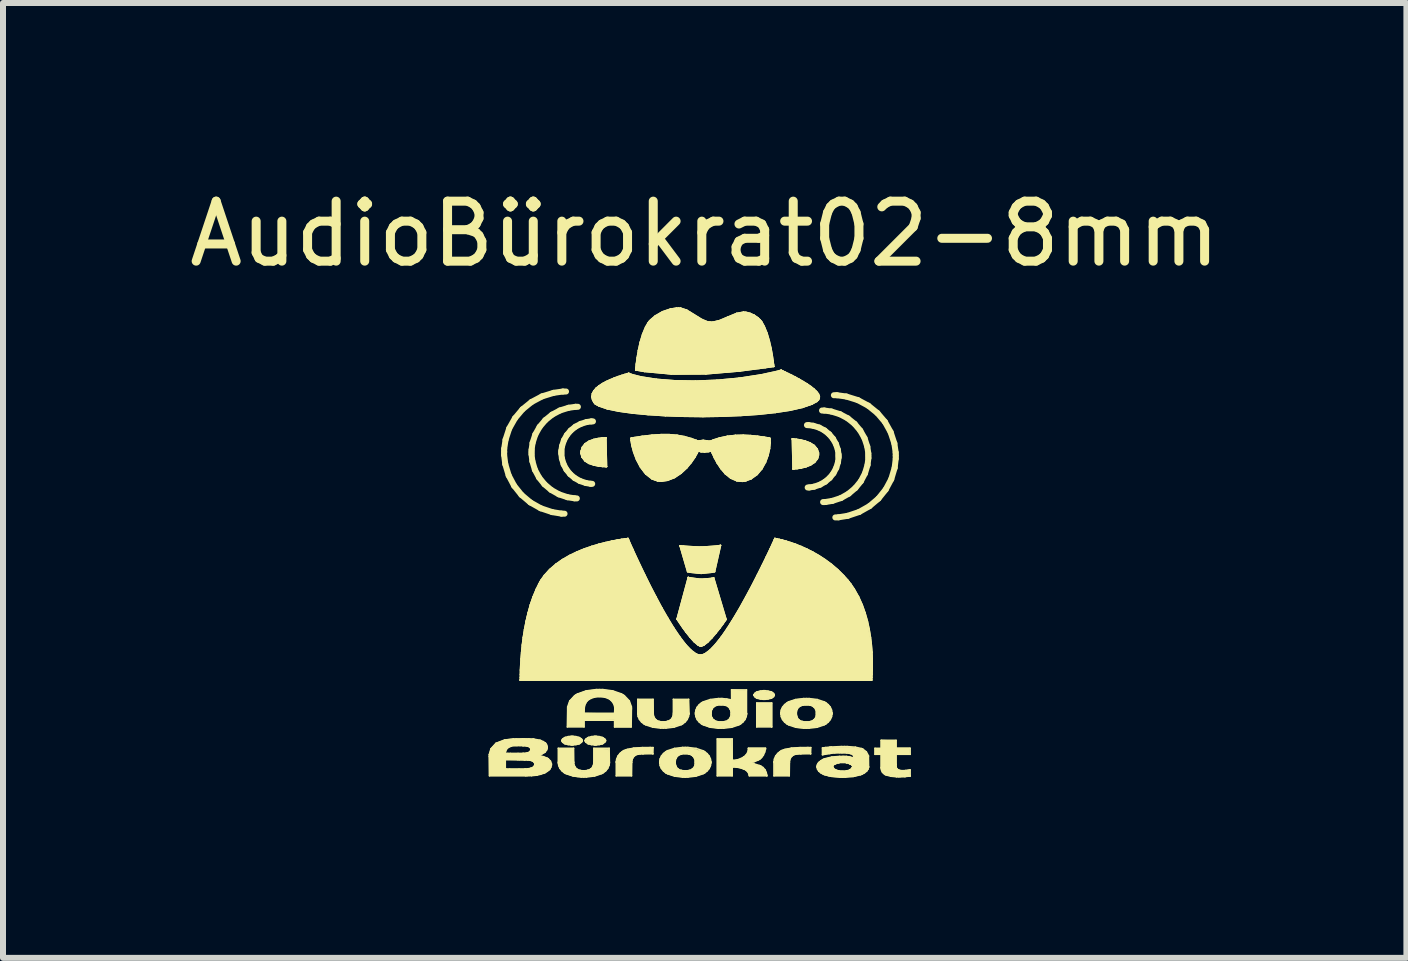
<source format=kicad_pcb>
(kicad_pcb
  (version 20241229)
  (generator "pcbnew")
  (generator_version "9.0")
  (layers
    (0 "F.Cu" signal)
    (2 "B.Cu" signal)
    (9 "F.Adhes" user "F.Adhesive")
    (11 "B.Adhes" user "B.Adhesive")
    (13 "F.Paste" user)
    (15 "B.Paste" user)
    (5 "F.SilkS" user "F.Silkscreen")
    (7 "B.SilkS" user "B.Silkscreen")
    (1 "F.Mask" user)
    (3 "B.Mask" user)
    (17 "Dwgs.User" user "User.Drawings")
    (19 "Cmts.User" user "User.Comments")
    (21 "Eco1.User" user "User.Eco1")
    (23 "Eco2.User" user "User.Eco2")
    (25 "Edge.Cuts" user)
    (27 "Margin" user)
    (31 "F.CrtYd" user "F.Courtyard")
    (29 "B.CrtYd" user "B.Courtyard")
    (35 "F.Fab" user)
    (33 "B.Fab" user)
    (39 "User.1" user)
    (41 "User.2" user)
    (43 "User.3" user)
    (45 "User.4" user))
  (footprint "AudioBürokrat02-8mm"
    (layer "F.Cu")
    (at 8.616 6.358)
    (property "Reference" "AudioBürokrat02-8mm" (at 0.08 -5.51 0) (layer "F.SilkS") (effects (font (size 1 1) (thickness 0.15))))
    (attr through_hole)
    (fp_line (start -3.511 3.203) (end -3.511 3.17) (stroke (width 0.025) (type solid)) (layer "F.SilkS"))
    (fp_line (start -3.511 3.17) (end -3.482 3.073) (stroke (width 0.025) (type solid)) (layer "F.SilkS"))
    (fp_line (start -3.507 3.524) (end -3.511 3.203) (stroke (width 0.025) (type solid)) (layer "F.SilkS"))
    (fp_line (start -3.482 3.073) (end -3.397 2.981) (stroke (width 0.025) (type solid)) (layer "F.SilkS"))
    (fp_line (start -3.397 2.981) (end -3.257 2.927) (stroke (width 0.025) (type solid)) (layer "F.SilkS"))
    (fp_line (start -3.263 -1.825) (end -3.262 -1.875) (stroke (width 0.1) (type solid)) (layer "F.SilkS"))
    (fp_line (start -3.262 -1.875) (end -3.262 -1.926) (stroke (width 0.1) (type solid)) (layer "F.SilkS"))
    (fp_line (start -3.262 -1.926) (end -3.239 -2.078) (stroke (width 0.1) (type solid)) (layer "F.SilkS"))
    (fp_line (start -3.257 2.927) (end -3.111 2.909) (stroke (width 0.025) (type solid)) (layer "F.SilkS"))
    (fp_line (start -3.244 -1.673) (end -3.263 -1.825) (stroke (width 0.1) (type solid)) (layer "F.SilkS"))
    (fp_line (start -3.243 3.136) (end -3.243 3.15) (stroke (width 0.025) (type solid)) (layer "F.SilkS"))
    (fp_line (start -3.243 3.15) (end -3.201 3.15) (stroke (width 0.025) (type solid)) (layer "F.SilkS"))
    (fp_line (start -3.243 3.257) (end -3.243 3.412) (stroke (width 0.025) (type solid)) (layer "F.SilkS"))
    (fp_line (start -3.243 3.412) (end -3.223 3.412) (stroke (width 0.025) (type solid)) (layer "F.SilkS"))
    (fp_line (start -3.239 -2.078) (end -3.178 -2.266) (stroke (width 0.1) (type solid)) (layer "F.SilkS"))
    (fp_line (start -3.232 3.094) (end -3.243 3.136) (stroke (width 0.025) (type solid)) (layer "F.SilkS"))
    (fp_line (start -3.223 3.412) (end -3.171 3.412) (stroke (width 0.025) (type solid)) (layer "F.SilkS"))
    (fp_line (start -3.201 3.15) (end -3.159 3.15) (stroke (width 0.025) (type solid)) (layer "F.SilkS"))
    (fp_line (start -3.198 3.053) (end -3.232 3.094) (stroke (width 0.025) (type solid)) (layer "F.SilkS"))
    (fp_line (start -3.187 -1.483) (end -3.244 -1.673) (stroke (width 0.1) (type solid)) (layer "F.SilkS"))
    (fp_line (start -3.178 -2.266) (end -3.082 -2.436) (stroke (width 0.1) (type solid)) (layer "F.SilkS"))
    (fp_line (start -3.171 3.412) (end -3.015 3.412) (stroke (width 0.025) (type solid)) (layer "F.SilkS"))
    (fp_line (start -3.159 3.15) (end -3.031 3.15) (stroke (width 0.025) (type solid)) (layer "F.SilkS"))
    (fp_line (start -3.141 3.028) (end -3.198 3.053) (stroke (width 0.025) (type solid)) (layer "F.SilkS"))
    (fp_line (start -3.111 2.909) (end -3.063 2.909) (stroke (width 0.025) (type solid)) (layer "F.SilkS"))
    (fp_line (start -3.096 -1.311) (end -3.187 -1.483) (stroke (width 0.1) (type solid)) (layer "F.SilkS"))
    (fp_line (start -3.082 -2.436) (end -2.957 -2.585) (stroke (width 0.1) (type solid)) (layer "F.SilkS"))
    (fp_line (start -3.082 3.02) (end -3.141 3.028) (stroke (width 0.025) (type solid)) (layer "F.SilkS"))
    (fp_line (start -3.063 2.909) (end -2.957 2.907) (stroke (width 0.025) (type solid)) (layer "F.SilkS"))
    (fp_line (start -3.063 3.02) (end -3.082 3.02) (stroke (width 0.025) (type solid)) (layer "F.SilkS"))
    (fp_line (start -3.046 3.02) (end -3.063 3.02) (stroke (width 0.025) (type solid)) (layer "F.SilkS"))
    (fp_line (start -3.035 3.257) (end -3.243 3.257) (stroke (width 0.025) (type solid)) (layer "F.SilkS"))
    (fp_line (start -3.031 3.15) (end -2.952 3.15) (stroke (width 0.025) (type solid)) (layer "F.SilkS"))
    (fp_line (start -3.015 3.412) (end -2.921 3.412) (stroke (width 0.025) (type solid)) (layer "F.SilkS"))
    (fp_line (start -3.009 3.257) (end -3.035 3.257) (stroke (width 0.025) (type solid)) (layer "F.SilkS"))
    (fp_line (start -2.998 3.02) (end -3.046 3.02) (stroke (width 0.025) (type solid)) (layer "F.SilkS"))
    (fp_line (start -2.992 1.885) (end -2.992 1.918) (stroke (width 0.025) (type solid)) (layer "F.SilkS"))
    (fp_line (start -2.992 1.885) (end -2.992 1.918) (stroke (width 0.025) (type solid)) (layer "F.SilkS"))
    (fp_line (start -2.992 1.918) (end -2.992 1.93) (stroke (width 0.025) (type solid)) (layer "F.SilkS"))
    (fp_line (start -2.992 1.918) (end -2.992 1.93) (stroke (width 0.025) (type solid)) (layer "F.SilkS"))
    (fp_line (start -2.992 1.93) (end -2.992 1.93) (stroke (width 0.025) (type solid)) (layer "F.SilkS"))
    (fp_line (start -2.992 1.93) (end -2.992 1.93) (stroke (width 0.025) (type solid)) (layer "F.SilkS"))
    (fp_line (start -2.992 1.93) (end -2.992 1.93) (stroke (width 0.025) (type solid)) (layer "F.SilkS"))
    (fp_line (start -2.992 1.93) (end -2.992 1.93) (stroke (width 0.025) (type solid)) (layer "F.SilkS"))
    (fp_line (start -2.992 1.93) (end 2.862 1.93) (stroke (width 0.025) (type solid)) (layer "F.SilkS"))
    (fp_line (start -2.992 1.93) (end 2.862 1.93) (stroke (width 0.025) (type solid)) (layer "F.SilkS"))
    (fp_line (start -2.991 1.832) (end -2.992 1.885) (stroke (width 0.025) (type solid)) (layer "F.SilkS"))
    (fp_line (start -2.991 1.832) (end -2.992 1.885) (stroke (width 0.025) (type solid)) (layer "F.SilkS"))
    (fp_line (start -2.99 1.761) (end -2.991 1.832) (stroke (width 0.025) (type solid)) (layer "F.SilkS"))
    (fp_line (start -2.99 1.761) (end -2.991 1.832) (stroke (width 0.025) (type solid)) (layer "F.SilkS"))
    (fp_line (start -2.986 1.675) (end -2.99 1.761) (stroke (width 0.025) (type solid)) (layer "F.SilkS"))
    (fp_line (start -2.986 1.675) (end -2.99 1.761) (stroke (width 0.025) (type solid)) (layer "F.SilkS"))
    (fp_line (start -2.98 1.576) (end -2.986 1.675) (stroke (width 0.025) (type solid)) (layer "F.SilkS"))
    (fp_line (start -2.98 1.576) (end -2.986 1.675) (stroke (width 0.025) (type solid)) (layer "F.SilkS"))
    (fp_line (start -2.974 -1.159) (end -3.096 -1.311) (stroke (width 0.1) (type solid)) (layer "F.SilkS"))
    (fp_line (start -2.971 1.465) (end -2.98 1.576) (stroke (width 0.025) (type solid)) (layer "F.SilkS"))
    (fp_line (start -2.971 1.465) (end -2.98 1.576) (stroke (width 0.025) (type solid)) (layer "F.SilkS"))
    (fp_line (start -2.959 1.344) (end -2.971 1.465) (stroke (width 0.025) (type solid)) (layer "F.SilkS"))
    (fp_line (start -2.959 1.344) (end -2.971 1.465) (stroke (width 0.025) (type solid)) (layer "F.SilkS"))
    (fp_line (start -2.957 2.907) (end -2.93 2.907) (stroke (width 0.025) (type solid)) (layer "F.SilkS"))
    (fp_line (start -2.957 -2.585) (end -2.805 -2.708) (stroke (width 0.1) (type solid)) (layer "F.SilkS"))
    (fp_line (start -2.954 3.021) (end -2.998 3.02) (stroke (width 0.025) (type solid)) (layer "F.SilkS"))
    (fp_line (start -2.952 3.15) (end -2.945 3.15) (stroke (width 0.025) (type solid)) (layer "F.SilkS"))
    (fp_line (start -2.947 3.021) (end -2.954 3.021) (stroke (width 0.025) (type solid)) (layer "F.SilkS"))
    (fp_line (start -2.945 3.15) (end -2.938 3.15) (stroke (width 0.025) (type solid)) (layer "F.SilkS"))
    (fp_line (start -2.943 1.217) (end -2.959 1.344) (stroke (width 0.025) (type solid)) (layer "F.SilkS"))
    (fp_line (start -2.943 1.217) (end -2.959 1.344) (stroke (width 0.025) (type solid)) (layer "F.SilkS"))
    (fp_line (start -2.94 3.021) (end -2.947 3.021) (stroke (width 0.025) (type solid)) (layer "F.SilkS"))
    (fp_line (start -2.938 3.15) (end -2.879 3.142) (stroke (width 0.025) (type solid)) (layer "F.SilkS"))
    (fp_line (start -2.93 2.907) (end -2.85 2.908) (stroke (width 0.025) (type solid)) (layer "F.SilkS"))
    (fp_line (start -2.93 3.258) (end -3.009 3.257) (stroke (width 0.025) (type solid)) (layer "F.SilkS"))
    (fp_line (start -2.922 1.084) (end -2.943 1.217) (stroke (width 0.025) (type solid)) (layer "F.SilkS"))
    (fp_line (start -2.922 1.084) (end -2.943 1.217) (stroke (width 0.025) (type solid)) (layer "F.SilkS"))
    (fp_line (start -2.921 3.412) (end -2.913 3.412) (stroke (width 0.025) (type solid)) (layer "F.SilkS"))
    (fp_line (start -2.921 3.258) (end -2.93 3.258) (stroke (width 0.025) (type solid)) (layer "F.SilkS"))
    (fp_line (start -2.913 3.412) (end -2.905 3.411) (stroke (width 0.025) (type solid)) (layer "F.SilkS"))
    (fp_line (start -2.912 3.258) (end -2.921 3.258) (stroke (width 0.025) (type solid)) (layer "F.SilkS"))
    (fp_line (start -2.907 3.524) (end -3.507 3.524) (stroke (width 0.025) (type solid)) (layer "F.SilkS"))
    (fp_line (start -2.905 3.411) (end -2.831 3.402) (stroke (width 0.025) (type solid)) (layer "F.SilkS"))
    (fp_line (start -2.895 0.948) (end -2.922 1.084) (stroke (width 0.025) (type solid)) (layer "F.SilkS"))
    (fp_line (start -2.895 0.948) (end -2.922 1.084) (stroke (width 0.025) (type solid)) (layer "F.SilkS"))
    (fp_line (start -2.882 3.524) (end -2.907 3.524) (stroke (width 0.025) (type solid)) (layer "F.SilkS"))
    (fp_line (start -2.879 3.027) (end -2.94 3.021) (stroke (width 0.025) (type solid)) (layer "F.SilkS"))
    (fp_line (start -2.879 3.142) (end -2.874 3.141) (stroke (width 0.025) (type solid)) (layer "F.SilkS"))
    (fp_line (start -2.874 3.029) (end -2.879 3.027) (stroke (width 0.025) (type solid)) (layer "F.SilkS"))
    (fp_line (start -2.874 3.141) (end -2.868 3.139) (stroke (width 0.025) (type solid)) (layer "F.SilkS"))
    (fp_line (start -2.872 3.26) (end -2.912 3.258) (stroke (width 0.025) (type solid)) (layer "F.SilkS"))
    (fp_line (start -2.869 3.03) (end -2.874 3.029) (stroke (width 0.025) (type solid)) (layer "F.SilkS"))
    (fp_line (start -2.868 3.139) (end -2.845 3.131) (stroke (width 0.025) (type solid)) (layer "F.SilkS"))
    (fp_line (start -2.863 0.811) (end -2.895 0.948) (stroke (width 0.025) (type solid)) (layer "F.SilkS"))
    (fp_line (start -2.863 0.811) (end -2.895 0.948) (stroke (width 0.025) (type solid)) (layer "F.SilkS"))
    (fp_line (start -2.85 2.908) (end -2.785 2.911) (stroke (width 0.025) (type solid)) (layer "F.SilkS"))
    (fp_line (start -2.845 3.131) (end -2.829 3.119) (stroke (width 0.025) (type solid)) (layer "F.SilkS"))
    (fp_line (start -2.841 3.263) (end -2.872 3.26) (stroke (width 0.025) (type solid)) (layer "F.SilkS"))
    (fp_line (start -2.835 3.264) (end -2.841 3.263) (stroke (width 0.025) (type solid)) (layer "F.SilkS"))
    (fp_line (start -2.832 3.048) (end -2.869 3.03) (stroke (width 0.025) (type solid)) (layer "F.SilkS"))
    (fp_line (start -2.831 3.402) (end -2.824 3.4) (stroke (width 0.025) (type solid)) (layer "F.SilkS"))
    (fp_line (start -2.829 3.051) (end -2.832 3.048) (stroke (width 0.025) (type solid)) (layer "F.SilkS"))
    (fp_line (start -2.829 3.119) (end -2.827 3.117) (stroke (width 0.025) (type solid)) (layer "F.SilkS"))
    (fp_line (start -2.828 3.265) (end -2.835 3.264) (stroke (width 0.025) (type solid)) (layer "F.SilkS"))
    (fp_line (start -2.827 3.053) (end -2.829 3.051) (stroke (width 0.025) (type solid)) (layer "F.SilkS"))
    (fp_line (start -2.827 3.117) (end -2.825 3.114) (stroke (width 0.025) (type solid)) (layer "F.SilkS"))
    (fp_line (start -2.825 3.114) (end -2.816 3.089) (stroke (width 0.025) (type solid)) (layer "F.SilkS"))
    (fp_line (start -2.825 0.675) (end -2.863 0.811) (stroke (width 0.025) (type solid)) (layer "F.SilkS"))
    (fp_line (start -2.825 0.675) (end -2.863 0.811) (stroke (width 0.025) (type solid)) (layer "F.SilkS"))
    (fp_line (start -2.825 -1.033) (end -2.974 -1.159) (stroke (width 0.1) (type solid)) (layer "F.SilkS"))
    (fp_line (start -2.824 3.4) (end -2.817 3.398) (stroke (width 0.025) (type solid)) (layer "F.SilkS"))
    (fp_line (start -2.817 3.398) (end -2.789 3.388) (stroke (width 0.025) (type solid)) (layer "F.SilkS"))
    (fp_line (start -2.816 3.073) (end -2.827 3.053) (stroke (width 0.025) (type solid)) (layer "F.SilkS"))
    (fp_line (start -2.816 3.081) (end -2.816 3.073) (stroke (width 0.025) (type solid)) (layer "F.SilkS"))
    (fp_line (start -2.816 3.081) (end -2.816 3.081) (stroke (width 0.025) (type solid)) (layer "F.SilkS"))
    (fp_line (start -2.816 3.089) (end -2.816 3.081) (stroke (width 0.025) (type solid)) (layer "F.SilkS"))
    (fp_line (start -2.806 -1.835) (end -2.806 -1.873) (stroke (width 0.1) (type solid)) (layer "F.SilkS"))
    (fp_line (start -2.806 -1.873) (end -2.805 -1.911) (stroke (width 0.1) (type solid)) (layer "F.SilkS"))
    (fp_line (start -2.805 -1.911) (end -2.789 -2.024) (stroke (width 0.1) (type solid)) (layer "F.SilkS"))
    (fp_line (start -2.805 3.522) (end -2.882 3.524) (stroke (width 0.025) (type solid)) (layer "F.SilkS"))
    (fp_line (start -2.805 -2.708) (end -2.63 -2.801) (stroke (width 0.1) (type solid)) (layer "F.SilkS"))
    (fp_line (start -2.796 3.273) (end -2.828 3.265) (stroke (width 0.025) (type solid)) (layer "F.SilkS"))
    (fp_line (start -2.792 -1.721) (end -2.806 -1.835) (stroke (width 0.1) (type solid)) (layer "F.SilkS"))
    (fp_line (start -2.789 3.388) (end -2.77 3.376) (stroke (width 0.025) (type solid)) (layer "F.SilkS"))
    (fp_line (start -2.789 -2.024) (end -2.743 -2.165) (stroke (width 0.1) (type solid)) (layer "F.SilkS"))
    (fp_line (start -2.785 2.911) (end -2.775 2.912) (stroke (width 0.025) (type solid)) (layer "F.SilkS"))
    (fp_line (start -2.78 0.543) (end -2.825 0.675) (stroke (width 0.025) (type solid)) (layer "F.SilkS"))
    (fp_line (start -2.78 0.543) (end -2.825 0.675) (stroke (width 0.025) (type solid)) (layer "F.SilkS"))
    (fp_line (start -2.775 2.912) (end -2.766 2.912) (stroke (width 0.025) (type solid)) (layer "F.SilkS"))
    (fp_line (start -2.774 3.285) (end -2.796 3.273) (stroke (width 0.025) (type solid)) (layer "F.SilkS"))
    (fp_line (start -2.771 3.288) (end -2.774 3.285) (stroke (width 0.025) (type solid)) (layer "F.SilkS"))
    (fp_line (start -2.77 3.376) (end -2.767 3.373) (stroke (width 0.025) (type solid)) (layer "F.SilkS"))
    (fp_line (start -2.767 3.29) (end -2.771 3.288) (stroke (width 0.025) (type solid)) (layer "F.SilkS"))
    (fp_line (start -2.767 3.373) (end -2.764 3.37) (stroke (width 0.025) (type solid)) (layer "F.SilkS"))
    (fp_line (start -2.766 2.912) (end -2.67 2.93) (stroke (width 0.025) (type solid)) (layer "F.SilkS"))
    (fp_line (start -2.764 3.37) (end -2.751 3.342) (stroke (width 0.025) (type solid)) (layer "F.SilkS"))
    (fp_line (start -2.756 3.307) (end -2.767 3.29) (stroke (width 0.025) (type solid)) (layer "F.SilkS"))
    (fp_line (start -2.751 3.327) (end -2.756 3.307) (stroke (width 0.025) (type solid)) (layer "F.SilkS"))
    (fp_line (start -2.751 3.333) (end -2.751 3.327) (stroke (width 0.025) (type solid)) (layer "F.SilkS"))
    (fp_line (start -2.751 3.333) (end -2.751 3.333) (stroke (width 0.025) (type solid)) (layer "F.SilkS"))
    (fp_line (start -2.751 3.342) (end -2.751 3.333) (stroke (width 0.025) (type solid)) (layer "F.SilkS"))
    (fp_line (start -2.75 -1.578) (end -2.792 -1.721) (stroke (width 0.1) (type solid)) (layer "F.SilkS"))
    (fp_line (start -2.743 -2.165) (end -2.671 -2.293) (stroke (width 0.1) (type solid)) (layer "F.SilkS"))
    (fp_line (start -2.735 3.515) (end -2.805 3.522) (stroke (width 0.025) (type solid)) (layer "F.SilkS"))
    (fp_line (start -2.727 0.415) (end -2.78 0.543) (stroke (width 0.025) (type solid)) (layer "F.SilkS"))
    (fp_line (start -2.727 0.415) (end -2.78 0.543) (stroke (width 0.025) (type solid)) (layer "F.SilkS"))
    (fp_line (start -2.723 3.513) (end -2.735 3.515) (stroke (width 0.025) (type solid)) (layer "F.SilkS"))
    (fp_line (start -2.71 3.511) (end -2.723 3.513) (stroke (width 0.025) (type solid)) (layer "F.SilkS"))
    (fp_line (start -2.696 3.182) (end -2.696 3.186) (stroke (width 0.025) (type solid)) (layer "F.SilkS"))
    (fp_line (start -2.696 3.186) (end -2.679 3.189) (stroke (width 0.025) (type solid)) (layer "F.SilkS"))
    (fp_line (start -2.684 3.179) (end -2.696 3.182) (stroke (width 0.025) (type solid)) (layer "F.SilkS"))
    (fp_line (start -2.682 0.324) (end -2.727 0.415) (stroke (width 0.025) (type solid)) (layer "F.SilkS"))
    (fp_line (start -2.682 0.324) (end -2.727 0.415) (stroke (width 0.025) (type solid)) (layer "F.SilkS"))
    (fp_line (start -2.681 -1.449) (end -2.75 -1.578) (stroke (width 0.1) (type solid)) (layer "F.SilkS"))
    (fp_line (start -2.679 3.189) (end -2.605 3.205) (stroke (width 0.025) (type solid)) (layer "F.SilkS"))
    (fp_line (start -2.671 -2.293) (end -2.577 -2.404) (stroke (width 0.1) (type solid)) (layer "F.SilkS"))
    (fp_line (start -2.67 2.93) (end -2.661 2.933) (stroke (width 0.025) (type solid)) (layer "F.SilkS"))
    (fp_line (start -2.666 0.295) (end -2.682 0.324) (stroke (width 0.025) (type solid)) (layer "F.SilkS"))
    (fp_line (start -2.666 0.295) (end -2.682 0.324) (stroke (width 0.025) (type solid)) (layer "F.SilkS"))
    (fp_line (start -2.661 2.933) (end -2.651 2.936) (stroke (width 0.025) (type solid)) (layer "F.SilkS"))
    (fp_line (start -2.653 3.498) (end -2.71 3.511) (stroke (width 0.025) (type solid)) (layer "F.SilkS"))
    (fp_line (start -2.653 -0.936) (end -2.825 -1.033) (stroke (width 0.1) (type solid)) (layer "F.SilkS"))
    (fp_line (start -2.651 2.936) (end -2.609 2.954) (stroke (width 0.025) (type solid)) (layer "F.SilkS"))
    (fp_line (start -2.65 0.266) (end -2.666 0.295) (stroke (width 0.025) (type solid)) (layer "F.SilkS"))
    (fp_line (start -2.65 0.266) (end -2.666 0.295) (stroke (width 0.025) (type solid)) (layer "F.SilkS"))
    (fp_line (start -2.632 3.159) (end -2.684 3.179) (stroke (width 0.025) (type solid)) (layer "F.SilkS"))
    (fp_line (start -2.63 -2.801) (end -2.438 -2.86) (stroke (width 0.1) (type solid)) (layer "F.SilkS"))
    (fp_line (start -2.609 2.954) (end -2.578 2.976) (stroke (width 0.025) (type solid)) (layer "F.SilkS"))
    (fp_line (start -2.605 3.205) (end -2.545 3.23) (stroke (width 0.025) (type solid)) (layer "F.SilkS"))
    (fp_line (start -2.599 3.479) (end -2.653 3.498) (stroke (width 0.025) (type solid)) (layer "F.SilkS"))
    (fp_line (start -2.592 0.184) (end -2.65 0.266) (stroke (width 0.025) (type solid)) (layer "F.SilkS"))
    (fp_line (start -2.592 0.184) (end -2.65 0.266) (stroke (width 0.025) (type solid)) (layer "F.SilkS"))
    (fp_line (start -2.591 3.135) (end -2.632 3.159) (stroke (width 0.025) (type solid)) (layer "F.SilkS"))
    (fp_line (start -2.59 -1.336) (end -2.681 -1.449) (stroke (width 0.1) (type solid)) (layer "F.SilkS"))
    (fp_line (start -2.589 3.474) (end -2.599 3.479) (stroke (width 0.025) (type solid)) (layer "F.SilkS"))
    (fp_line (start -2.584 3.129) (end -2.591 3.135) (stroke (width 0.025) (type solid)) (layer "F.SilkS"))
    (fp_line (start -2.58 3.471) (end -2.589 3.474) (stroke (width 0.025) (type solid)) (layer "F.SilkS"))
    (fp_line (start -2.578 2.976) (end -2.573 2.981) (stroke (width 0.025) (type solid)) (layer "F.SilkS"))
    (fp_line (start -2.578 3.123) (end -2.584 3.129) (stroke (width 0.025) (type solid)) (layer "F.SilkS"))
    (fp_line (start -2.577 -2.404) (end -2.463 -2.496) (stroke (width 0.1) (type solid)) (layer "F.SilkS"))
    (fp_line (start -2.573 2.981) (end -2.568 2.986) (stroke (width 0.025) (type solid)) (layer "F.SilkS"))
    (fp_line (start -2.568 2.986) (end -2.552 3.014) (stroke (width 0.025) (type solid)) (layer "F.SilkS"))
    (fp_line (start -2.555 3.092) (end -2.578 3.123) (stroke (width 0.025) (type solid)) (layer "F.SilkS"))
    (fp_line (start -2.552 3.014) (end -2.545 3.041) (stroke (width 0.025) (type solid)) (layer "F.SilkS"))
    (fp_line (start -2.545 3.23) (end -2.535 3.236) (stroke (width 0.025) (type solid)) (layer "F.SilkS"))
    (fp_line (start -2.545 3.041) (end -2.545 3.051) (stroke (width 0.025) (type solid)) (layer "F.SilkS"))
    (fp_line (start -2.545 3.051) (end -2.545 3.061) (stroke (width 0.025) (type solid)) (layer "F.SilkS"))
    (fp_line (start -2.545 3.061) (end -2.555 3.092) (stroke (width 0.025) (type solid)) (layer "F.SilkS"))
    (fp_line (start -2.542 3.448) (end -2.58 3.471) (stroke (width 0.025) (type solid)) (layer "F.SilkS"))
    (fp_line (start -2.535 3.236) (end -2.525 3.243) (stroke (width 0.025) (type solid)) (layer "F.SilkS"))
    (fp_line (start -2.525 3.243) (end -2.49 3.28) (stroke (width 0.025) (type solid)) (layer "F.SilkS"))
    (fp_line (start -2.511 3.422) (end -2.542 3.448) (stroke (width 0.025) (type solid)) (layer "F.SilkS"))
    (fp_line (start -2.506 3.416) (end -2.511 3.422) (stroke (width 0.025) (type solid)) (layer "F.SilkS"))
    (fp_line (start -2.503 0.086) (end -2.592 0.184) (stroke (width 0.025) (type solid)) (layer "F.SilkS"))
    (fp_line (start -2.503 0.086) (end -2.592 0.184) (stroke (width 0.025) (type solid)) (layer "F.SilkS"))
    (fp_line (start -2.501 3.41) (end -2.506 3.416) (stroke (width 0.025) (type solid)) (layer "F.SilkS"))
    (fp_line (start -2.49 3.28) (end -2.475 3.322) (stroke (width 0.025) (type solid)) (layer "F.SilkS"))
    (fp_line (start -2.483 3.378) (end -2.501 3.41) (stroke (width 0.025) (type solid)) (layer "F.SilkS"))
    (fp_line (start -2.478 -1.241) (end -2.59 -1.336) (stroke (width 0.1) (type solid)) (layer "F.SilkS"))
    (fp_line (start -2.475 3.322) (end -2.475 3.336) (stroke (width 0.025) (type solid)) (layer "F.SilkS"))
    (fp_line (start -2.475 3.336) (end -2.475 3.336) (stroke (width 0.025) (type solid)) (layer "F.SilkS"))
    (fp_line (start -2.475 3.336) (end -2.475 3.346) (stroke (width 0.025) (type solid)) (layer "F.SilkS"))
    (fp_line (start -2.475 3.346) (end -2.483 3.378) (stroke (width 0.025) (type solid)) (layer "F.SilkS"))
    (fp_line (start -2.463 -2.496) (end -2.332 -2.566) (stroke (width 0.1) (type solid)) (layer "F.SilkS"))
    (fp_line (start -2.462 -0.872) (end -2.653 -0.936) (stroke (width 0.1) (type solid)) (layer "F.SilkS"))
    (fp_line (start -2.438 -2.86) (end -2.283 -2.882) (stroke (width 0.1) (type solid)) (layer "F.SilkS"))
    (fp_line (start -2.401 -0.002) (end -2.503 0.086) (stroke (width 0.025) (type solid)) (layer "F.SilkS"))
    (fp_line (start -2.401 -0.002) (end -2.503 0.086) (stroke (width 0.025) (type solid)) (layer "F.SilkS"))
    (fp_line (start -2.36 3.065) (end -2.105 3.065) (stroke (width 0.025) (type solid)) (layer "F.SilkS"))
    (fp_line (start -2.36 3.296) (end -2.36 3.065) (stroke (width 0.025) (type solid)) (layer "F.SilkS"))
    (fp_line (start -2.36 3.31) (end -2.36 3.296) (stroke (width 0.025) (type solid)) (layer "F.SilkS"))
    (fp_line (start -2.353 3.351) (end -2.36 3.31) (stroke (width 0.025) (type solid)) (layer "F.SilkS"))
    (fp_line (start -2.349 -1.168) (end -2.478 -1.241) (stroke (width 0.1) (type solid)) (layer "F.SilkS"))
    (fp_line (start -2.332 -2.566) (end -2.188 -2.611) (stroke (width 0.1) (type solid)) (layer "F.SilkS"))
    (fp_line (start -2.332 3.4) (end -2.353 3.351) (stroke (width 0.025) (type solid)) (layer "F.SilkS"))
    (fp_line (start -2.309 -1.844) (end -2.309 -1.87) (stroke (width 0.1) (type solid)) (layer "F.SilkS"))
    (fp_line (start -2.309 -1.87) (end -2.309 -1.896) (stroke (width 0.1) (type solid)) (layer "F.SilkS"))
    (fp_line (start -2.309 -1.896) (end -2.297 -1.973) (stroke (width 0.1) (type solid)) (layer "F.SilkS"))
    (fp_line (start -2.308 -0.847) (end -2.462 -0.872) (stroke (width 0.1) (type solid)) (layer "F.SilkS"))
    (fp_line (start -2.3 -1.766) (end -2.309 -1.844) (stroke (width 0.1) (type solid)) (layer "F.SilkS"))
    (fp_line (start -2.299 2.93) (end -2.287 2.91) (stroke (width 0.025) (type solid)) (layer "F.SilkS"))
    (fp_line (start -2.299 2.937) (end -2.299 2.93) (stroke (width 0.025) (type solid)) (layer "F.SilkS"))
    (fp_line (start -2.299 2.937) (end -2.299 2.937) (stroke (width 0.025) (type solid)) (layer "F.SilkS"))
    (fp_line (start -2.299 2.944) (end -2.299 2.937) (stroke (width 0.025) (type solid)) (layer "F.SilkS"))
    (fp_line (start -2.297 -1.973) (end -2.266 -2.069) (stroke (width 0.1) (type solid)) (layer "F.SilkS"))
    (fp_line (start -2.297 3.442) (end -2.332 3.4) (stroke (width 0.025) (type solid)) (layer "F.SilkS"))
    (fp_line (start -2.29 -0.08) (end -2.401 -0.002) (stroke (width 0.025) (type solid)) (layer "F.SilkS"))
    (fp_line (start -2.29 -0.08) (end -2.401 -0.002) (stroke (width 0.025) (type solid)) (layer "F.SilkS"))
    (fp_line (start -2.287 2.91) (end -2.258 2.89) (stroke (width 0.025) (type solid)) (layer "F.SilkS"))
    (fp_line (start -2.287 2.965) (end -2.299 2.944) (stroke (width 0.025) (type solid)) (layer "F.SilkS"))
    (fp_line (start -2.283 -2.882) (end -2.231 -2.882) (stroke (width 0.1) (type solid)) (layer "F.SilkS"))
    (fp_line (start -2.271 -1.669) (end -2.3 -1.766) (stroke (width 0.1) (type solid)) (layer "F.SilkS"))
    (fp_line (start -2.266 -2.069) (end -2.217 -2.156) (stroke (width 0.1) (type solid)) (layer "F.SilkS"))
    (fp_line (start -2.261 3.47) (end -2.297 3.442) (stroke (width 0.025) (type solid)) (layer "F.SilkS"))
    (fp_line (start -2.258 2.89) (end -2.25 2.887) (stroke (width 0.025) (type solid)) (layer "F.SilkS"))
    (fp_line (start -2.258 2.985) (end -2.287 2.965) (stroke (width 0.025) (type solid)) (layer "F.SilkS"))
    (fp_line (start -2.256 -0.845) (end -2.308 -0.847) (stroke (width 0.1) (type solid)) (layer "F.SilkS"))
    (fp_line (start -2.25 2.887) (end -2.242 2.883) (stroke (width 0.025) (type solid)) (layer "F.SilkS"))
    (fp_line (start -2.25 2.988) (end -2.258 2.985) (stroke (width 0.025) (type solid)) (layer "F.SilkS"))
    (fp_line (start -2.248 3.478) (end -2.261 3.47) (stroke (width 0.025) (type solid)) (layer "F.SilkS"))
    (fp_line (start -2.242 2.883) (end -2.195 2.87) (stroke (width 0.025) (type solid)) (layer "F.SilkS"))
    (fp_line (start -2.242 2.992) (end -2.25 2.988) (stroke (width 0.025) (type solid)) (layer "F.SilkS"))
    (fp_line (start -2.229 3.489) (end -2.248 3.478) (stroke (width 0.025) (type solid)) (layer "F.SilkS"))
    (fp_line (start -2.224 -1.581) (end -2.271 -1.669) (stroke (width 0.1) (type solid)) (layer "F.SilkS"))
    (fp_line (start -2.217 -2.156) (end -2.153 -2.232) (stroke (width 0.1) (type solid)) (layer "F.SilkS"))
    (fp_line (start -2.209 2.709) (end -2.204 2.409) (stroke (width 0.025) (type solid)) (layer "F.SilkS"))
    (fp_line (start -2.206 -1.12) (end -2.349 -1.168) (stroke (width 0.1) (type solid)) (layer "F.SilkS"))
    (fp_line (start -2.204 2.376) (end -2.169 2.276) (stroke (width 0.025) (type solid)) (layer "F.SilkS"))
    (fp_line (start -2.204 2.409) (end -2.204 2.376) (stroke (width 0.025) (type solid)) (layer "F.SilkS"))
    (fp_line (start -2.195 2.87) (end -2.146 2.865) (stroke (width 0.025) (type solid)) (layer "F.SilkS"))
    (fp_line (start -2.195 3.004) (end -2.242 2.992) (stroke (width 0.025) (type solid)) (layer "F.SilkS"))
    (fp_line (start -2.188 -2.611) (end -2.072 -2.627) (stroke (width 0.1) (type solid)) (layer "F.SilkS"))
    (fp_line (start -2.172 -0.148) (end -2.29 -0.08) (stroke (width 0.025) (type solid)) (layer "F.SilkS"))
    (fp_line (start -2.172 -0.148) (end -2.29 -0.08) (stroke (width 0.025) (type solid)) (layer "F.SilkS"))
    (fp_line (start -2.169 2.276) (end -2.087 2.188) (stroke (width 0.025) (type solid)) (layer "F.SilkS"))
    (fp_line (start -2.162 -1.504) (end -2.224 -1.581) (stroke (width 0.1) (type solid)) (layer "F.SilkS"))
    (fp_line (start -2.153 -2.232) (end -2.075 -2.295) (stroke (width 0.1) (type solid)) (layer "F.SilkS"))
    (fp_line (start -2.146 2.865) (end -2.13 2.865) (stroke (width 0.025) (type solid)) (layer "F.SilkS"))
    (fp_line (start -2.146 3.009) (end -2.195 3.004) (stroke (width 0.025) (type solid)) (layer "F.SilkS"))
    (fp_line (start -2.13 2.865) (end -2.114 2.865) (stroke (width 0.025) (type solid)) (layer "F.SilkS"))
    (fp_line (start -2.13 3.009) (end -2.146 3.009) (stroke (width 0.025) (type solid)) (layer "F.SilkS"))
    (fp_line (start -2.114 2.865) (end -2.066 2.87) (stroke (width 0.025) (type solid)) (layer "F.SilkS"))
    (fp_line (start -2.114 3.009) (end -2.13 3.009) (stroke (width 0.025) (type solid)) (layer "F.SilkS"))
    (fp_line (start -2.113 3.527) (end -2.229 3.489) (stroke (width 0.025) (type solid)) (layer "F.SilkS"))
    (fp_line (start -2.105 3.065) (end -2.102 3.294) (stroke (width 0.025) (type solid)) (layer "F.SilkS"))
    (fp_line (start -2.102 3.294) (end -2.102 3.304) (stroke (width 0.025) (type solid)) (layer "F.SilkS"))
    (fp_line (start -2.102 3.304) (end -2.099 3.334) (stroke (width 0.025) (type solid)) (layer "F.SilkS"))
    (fp_line (start -2.099 3.334) (end -2.091 3.361) (stroke (width 0.025) (type solid)) (layer "F.SilkS"))
    (fp_line (start -2.091 3.361) (end -2.088 3.366) (stroke (width 0.025) (type solid)) (layer "F.SilkS"))
    (fp_line (start -2.09 -1.102) (end -2.206 -1.12) (stroke (width 0.1) (type solid)) (layer "F.SilkS"))
    (fp_line (start -2.088 3.366) (end -2.086 3.37) (stroke (width 0.025) (type solid)) (layer "F.SilkS"))
    (fp_line (start -2.087 2.188) (end -2.063 2.173) (stroke (width 0.025) (type solid)) (layer "F.SilkS"))
    (fp_line (start -2.086 3.37) (end -2.056 3.408) (stroke (width 0.025) (type solid)) (layer "F.SilkS"))
    (fp_line (start -2.085 -1.439) (end -2.162 -1.504) (stroke (width 0.1) (type solid)) (layer "F.SilkS"))
    (fp_line (start -2.075 -2.295) (end -1.986 -2.342) (stroke (width 0.1) (type solid)) (layer "F.SilkS"))
    (fp_line (start -2.072 -2.627) (end -2.033 -2.627) (stroke (width 0.1) (type solid)) (layer "F.SilkS"))
    (fp_line (start -2.066 2.87) (end -2.019 2.883) (stroke (width 0.025) (type solid)) (layer "F.SilkS"))
    (fp_line (start -2.066 3.004) (end -2.114 3.009) (stroke (width 0.025) (type solid)) (layer "F.SilkS"))
    (fp_line (start -2.063 2.173) (end -2.04 2.159) (stroke (width 0.025) (type solid)) (layer "F.SilkS"))
    (fp_line (start -2.056 3.408) (end -2.052 3.411) (stroke (width 0.025) (type solid)) (layer "F.SilkS"))
    (fp_line (start -2.052 3.411) (end -2.048 3.414) (stroke (width 0.025) (type solid)) (layer "F.SilkS"))
    (fp_line (start -2.051 -1.1) (end -2.09 -1.102) (stroke (width 0.1) (type solid)) (layer "F.SilkS"))
    (fp_line (start -2.049 -0.207) (end -2.172 -0.148) (stroke (width 0.025) (type solid)) (layer "F.SilkS"))
    (fp_line (start -2.049 -0.207) (end -2.172 -0.148) (stroke (width 0.025) (type solid)) (layer "F.SilkS"))
    (fp_line (start -2.048 3.414) (end -2.003 3.433) (stroke (width 0.025) (type solid)) (layer "F.SilkS"))
    (fp_line (start -2.04 2.159) (end -1.895 2.108) (stroke (width 0.025) (type solid)) (layer "F.SilkS"))
    (fp_line (start -2.019 2.883) (end -2.011 2.887) (stroke (width 0.025) (type solid)) (layer "F.SilkS"))
    (fp_line (start -2.019 2.992) (end -2.066 3.004) (stroke (width 0.025) (type solid)) (layer "F.SilkS"))
    (fp_line (start -2.011 2.887) (end -2.003 2.89) (stroke (width 0.025) (type solid)) (layer "F.SilkS"))
    (fp_line (start -2.011 2.988) (end -2.019 2.992) (stroke (width 0.025) (type solid)) (layer "F.SilkS"))
    (fp_line (start -2.003 3.433) (end -1.998 3.434) (stroke (width 0.025) (type solid)) (layer "F.SilkS"))
    (fp_line (start -2.003 2.89) (end -1.974 2.91) (stroke (width 0.025) (type solid)) (layer "F.SilkS"))
    (fp_line (start -2.003 2.985) (end -2.011 2.988) (stroke (width 0.025) (type solid)) (layer "F.SilkS"))
    (fp_line (start -1.998 3.434) (end -1.994 3.435) (stroke (width 0.025) (type solid)) (layer "F.SilkS"))
    (fp_line (start -1.998 -1.39) (end -2.085 -1.439) (stroke (width 0.1) (type solid)) (layer "F.SilkS"))
    (fp_line (start -1.994 3.435) (end -1.949 3.44) (stroke (width 0.025) (type solid)) (layer "F.SilkS"))
    (fp_line (start -1.986 -2.342) (end -1.888 -2.373) (stroke (width 0.1) (type solid)) (layer "F.SilkS"))
    (fp_line (start -1.98 -1.849) (end -1.979 -1.869) (stroke (width 0.025) (type solid)) (layer "F.SilkS"))
    (fp_line (start -1.98 -1.849) (end -1.979 -1.869) (stroke (width 0.025) (type solid)) (layer "F.SilkS"))
    (fp_line (start -1.979 3.544) (end -2.113 3.527) (stroke (width 0.025) (type solid)) (layer "F.SilkS"))
    (fp_line (start -1.979 -1.869) (end -1.978 -1.89) (stroke (width 0.025) (type solid)) (layer "F.SilkS"))
    (fp_line (start -1.979 -1.869) (end -1.978 -1.89) (stroke (width 0.025) (type solid)) (layer "F.SilkS"))
    (fp_line (start -1.978 -1.89) (end -1.959 -1.951) (stroke (width 0.025) (type solid)) (layer "F.SilkS"))
    (fp_line (start -1.978 -1.89) (end -1.959 -1.951) (stroke (width 0.025) (type solid)) (layer "F.SilkS"))
    (fp_line (start -1.974 2.91) (end -1.961 2.93) (stroke (width 0.025) (type solid)) (layer "F.SilkS"))
    (fp_line (start -1.974 2.965) (end -2.003 2.985) (stroke (width 0.025) (type solid)) (layer "F.SilkS"))
    (fp_line (start -1.963 -1.788) (end -1.98 -1.849) (stroke (width 0.025) (type solid)) (layer "F.SilkS"))
    (fp_line (start -1.963 -1.788) (end -1.98 -1.849) (stroke (width 0.025) (type solid)) (layer "F.SilkS"))
    (fp_line (start -1.961 2.93) (end -1.961 2.937) (stroke (width 0.025) (type solid)) (layer "F.SilkS"))
    (fp_line (start -1.961 2.937) (end -1.961 2.944) (stroke (width 0.025) (type solid)) (layer "F.SilkS"))
    (fp_line (start -1.961 2.944) (end -1.974 2.965) (stroke (width 0.025) (type solid)) (layer "F.SilkS"))
    (fp_line (start -1.959 -1.951) (end -1.912 -2.012) (stroke (width 0.025) (type solid)) (layer "F.SilkS"))
    (fp_line (start -1.959 -1.951) (end -1.912 -2.012) (stroke (width 0.025) (type solid)) (layer "F.SilkS"))
    (fp_line (start -1.949 3.44) (end -1.935 3.44) (stroke (width 0.025) (type solid)) (layer "F.SilkS"))
    (fp_line (start -1.935 3.44) (end -1.918 3.44) (stroke (width 0.025) (type solid)) (layer "F.SilkS"))
    (fp_line (start -1.935 3.544) (end -1.979 3.544) (stroke (width 0.025) (type solid)) (layer "F.SilkS"))
    (fp_line (start -1.931 2.482) (end -1.422 2.482) (stroke (width 0.025) (type solid)) (layer "F.SilkS"))
    (fp_line (start -1.931 2.598) (end -1.931 2.709) (stroke (width 0.025) (type solid)) (layer "F.SilkS"))
    (fp_line (start -1.931 2.709) (end -2.209 2.709) (stroke (width 0.025) (type solid)) (layer "F.SilkS"))
    (fp_line (start -1.927 2.396) (end -1.927 2.409) (stroke (width 0.025) (type solid)) (layer "F.SilkS"))
    (fp_line (start -1.927 2.409) (end -1.931 2.482) (stroke (width 0.025) (type solid)) (layer "F.SilkS"))
    (fp_line (start -1.925 -0.258) (end -2.049 -0.207) (stroke (width 0.025) (type solid)) (layer "F.SilkS"))
    (fp_line (start -1.925 -0.258) (end -2.049 -0.207) (stroke (width 0.025) (type solid)) (layer "F.SilkS"))
    (fp_line (start -1.922 2.358) (end -1.927 2.396) (stroke (width 0.025) (type solid)) (layer "F.SilkS"))
    (fp_line (start -1.918 3.44) (end -1.873 3.434) (stroke (width 0.025) (type solid)) (layer "F.SilkS"))
    (fp_line (start -1.916 -1.727) (end -1.963 -1.788) (stroke (width 0.025) (type solid)) (layer "F.SilkS"))
    (fp_line (start -1.916 -1.727) (end -1.963 -1.788) (stroke (width 0.025) (type solid)) (layer "F.SilkS"))
    (fp_line (start -1.912 -2.012) (end -1.845 -2.054) (stroke (width 0.025) (type solid)) (layer "F.SilkS"))
    (fp_line (start -1.912 -2.012) (end -1.845 -2.054) (stroke (width 0.025) (type solid)) (layer "F.SilkS"))
    (fp_line (start -1.911 2.93) (end -1.899 2.91) (stroke (width 0.025) (type solid)) (layer "F.SilkS"))
    (fp_line (start -1.911 2.937) (end -1.911 2.93) (stroke (width 0.025) (type solid)) (layer "F.SilkS"))
    (fp_line (start -1.911 2.937) (end -1.911 2.937) (stroke (width 0.025) (type solid)) (layer "F.SilkS"))
    (fp_line (start -1.911 2.944) (end -1.911 2.937) (stroke (width 0.025) (type solid)) (layer "F.SilkS"))
    (fp_line (start -1.909 2.321) (end -1.922 2.358) (stroke (width 0.025) (type solid)) (layer "F.SilkS"))
    (fp_line (start -1.906 2.314) (end -1.909 2.321) (stroke (width 0.025) (type solid)) (layer "F.SilkS"))
    (fp_line (start -1.902 2.307) (end -1.906 2.314) (stroke (width 0.025) (type solid)) (layer "F.SilkS"))
    (fp_line (start -1.9 -1.357) (end -1.998 -1.39) (stroke (width 0.1) (type solid)) (layer "F.SilkS"))
    (fp_line (start -1.899 2.91) (end -1.87 2.89) (stroke (width 0.025) (type solid)) (layer "F.SilkS"))
    (fp_line (start -1.899 2.965) (end -1.911 2.944) (stroke (width 0.025) (type solid)) (layer "F.SilkS"))
    (fp_line (start -1.895 2.108) (end -1.728 2.086) (stroke (width 0.025) (type solid)) (layer "F.SilkS"))
    (fp_line (start -1.889 3.544) (end -1.935 3.544) (stroke (width 0.025) (type solid)) (layer "F.SilkS"))
    (fp_line (start -1.888 -2.373) (end -1.809 -2.384) (stroke (width 0.1) (type solid)) (layer "F.SilkS"))
    (fp_line (start -1.881 2.278) (end -1.902 2.307) (stroke (width 0.025) (type solid)) (layer "F.SilkS"))
    (fp_line (start -1.873 3.434) (end -1.867 3.432) (stroke (width 0.025) (type solid)) (layer "F.SilkS"))
    (fp_line (start -1.87 2.89) (end -1.862 2.887) (stroke (width 0.025) (type solid)) (layer "F.SilkS"))
    (fp_line (start -1.87 2.985) (end -1.899 2.965) (stroke (width 0.025) (type solid)) (layer "F.SilkS"))
    (fp_line (start -1.867 3.432) (end -1.862 3.431) (stroke (width 0.025) (type solid)) (layer "F.SilkS"))
    (fp_line (start -1.862 3.431) (end -1.818 3.411) (stroke (width 0.025) (type solid)) (layer "F.SilkS"))
    (fp_line (start -1.862 2.887) (end -1.854 2.883) (stroke (width 0.025) (type solid)) (layer "F.SilkS"))
    (fp_line (start -1.862 2.988) (end -1.87 2.985) (stroke (width 0.025) (type solid)) (layer "F.SilkS"))
    (fp_line (start -1.856 2.254) (end -1.881 2.278) (stroke (width 0.025) (type solid)) (layer "F.SilkS"))
    (fp_line (start -1.854 2.883) (end -1.807 2.87) (stroke (width 0.025) (type solid)) (layer "F.SilkS"))
    (fp_line (start -1.854 2.992) (end -1.862 2.988) (stroke (width 0.025) (type solid)) (layer "F.SilkS"))
    (fp_line (start -1.85 2.251) (end -1.856 2.254) (stroke (width 0.025) (type solid)) (layer "F.SilkS"))
    (fp_line (start -1.849 -1.684) (end -1.916 -1.727) (stroke (width 0.025) (type solid)) (layer "F.SilkS"))
    (fp_line (start -1.849 -1.684) (end -1.916 -1.727) (stroke (width 0.025) (type solid)) (layer "F.SilkS"))
    (fp_line (start -1.845 -2.054) (end -1.77 -2.082) (stroke (width 0.025) (type solid)) (layer "F.SilkS"))
    (fp_line (start -1.845 -2.054) (end -1.77 -2.082) (stroke (width 0.025) (type solid)) (layer "F.SilkS"))
    (fp_line (start -1.844 2.247) (end -1.85 2.251) (stroke (width 0.025) (type solid)) (layer "F.SilkS"))
    (fp_line (start -1.821 -1.344) (end -1.9 -1.357) (stroke (width 0.1) (type solid)) (layer "F.SilkS"))
    (fp_line (start -1.818 3.411) (end -1.814 3.408) (stroke (width 0.025) (type solid)) (layer "F.SilkS"))
    (fp_line (start -1.814 3.408) (end -1.81 3.405) (stroke (width 0.025) (type solid)) (layer "F.SilkS"))
    (fp_line (start -1.81 3.405) (end -1.782 3.368) (stroke (width 0.025) (type solid)) (layer "F.SilkS"))
    (fp_line (start -1.809 -2.384) (end -1.782 -2.384) (stroke (width 0.1) (type solid)) (layer "F.SilkS"))
    (fp_line (start -1.807 2.87) (end -1.758 2.865) (stroke (width 0.025) (type solid)) (layer "F.SilkS"))
    (fp_line (start -1.807 3.004) (end -1.854 2.992) (stroke (width 0.025) (type solid)) (layer "F.SilkS"))
    (fp_line (start -1.802 -0.3) (end -1.925 -0.258) (stroke (width 0.025) (type solid)) (layer "F.SilkS"))
    (fp_line (start -1.802 -0.3) (end -1.925 -0.258) (stroke (width 0.025) (type solid)) (layer "F.SilkS"))
    (fp_line (start -1.799 -2.797) (end -1.788 -2.745) (stroke (width 0.025) (type solid)) (layer "F.SilkS"))
    (fp_line (start -1.799 -2.797) (end -1.788 -2.745) (stroke (width 0.025) (type solid)) (layer "F.SilkS"))
    (fp_line (start -1.795 -1.343) (end -1.821 -1.344) (stroke (width 0.1) (type solid)) (layer "F.SilkS"))
    (fp_line (start -1.791 -2.846) (end -1.799 -2.797) (stroke (width 0.025) (type solid)) (layer "F.SilkS"))
    (fp_line (start -1.791 -2.846) (end -1.799 -2.797) (stroke (width 0.025) (type solid)) (layer "F.SilkS"))
    (fp_line (start -1.788 -2.745) (end -1.765 -2.704) (stroke (width 0.025) (type solid)) (layer "F.SilkS"))
    (fp_line (start -1.788 -2.745) (end -1.765 -2.704) (stroke (width 0.025) (type solid)) (layer "F.SilkS"))
    (fp_line (start -1.782 3.368) (end -1.78 3.364) (stroke (width 0.025) (type solid)) (layer "F.SilkS"))
    (fp_line (start -1.78 3.364) (end -1.778 3.359) (stroke (width 0.025) (type solid)) (layer "F.SilkS"))
    (fp_line (start -1.778 3.359) (end -1.767 3.311) (stroke (width 0.025) (type solid)) (layer "F.SilkS"))
    (fp_line (start -1.775 2.217) (end -1.844 2.247) (stroke (width 0.025) (type solid)) (layer "F.SilkS"))
    (fp_line (start -1.77 -1.657) (end -1.849 -1.684) (stroke (width 0.025) (type solid)) (layer "F.SilkS"))
    (fp_line (start -1.77 -1.657) (end -1.849 -1.684) (stroke (width 0.025) (type solid)) (layer "F.SilkS"))
    (fp_line (start -1.77 -2.082) (end -1.696 -2.098) (stroke (width 0.025) (type solid)) (layer "F.SilkS"))
    (fp_line (start -1.77 -2.082) (end -1.696 -2.098) (stroke (width 0.025) (type solid)) (layer "F.SilkS"))
    (fp_line (start -1.768 2.215) (end -1.775 2.217) (stroke (width 0.025) (type solid)) (layer "F.SilkS"))
    (fp_line (start -1.767 -2.892) (end -1.791 -2.846) (stroke (width 0.025) (type solid)) (layer "F.SilkS"))
    (fp_line (start -1.767 -2.892) (end -1.791 -2.846) (stroke (width 0.025) (type solid)) (layer "F.SilkS"))
    (fp_line (start -1.767 3.065) (end -1.512 3.065) (stroke (width 0.025) (type solid)) (layer "F.SilkS"))
    (fp_line (start -1.767 3.294) (end -1.767 3.065) (stroke (width 0.025) (type solid)) (layer "F.SilkS"))
    (fp_line (start -1.767 3.311) (end -1.767 3.294) (stroke (width 0.025) (type solid)) (layer "F.SilkS"))
    (fp_line (start -1.765 -2.704) (end -1.755 -2.691) (stroke (width 0.025) (type solid)) (layer "F.SilkS"))
    (fp_line (start -1.765 -2.704) (end -1.755 -2.691) (stroke (width 0.025) (type solid)) (layer "F.SilkS"))
    (fp_line (start -1.76 2.213) (end -1.768 2.215) (stroke (width 0.025) (type solid)) (layer "F.SilkS"))
    (fp_line (start -1.758 2.865) (end -1.742 2.865) (stroke (width 0.025) (type solid)) (layer "F.SilkS"))
    (fp_line (start -1.758 3.009) (end -1.807 3.004) (stroke (width 0.025) (type solid)) (layer "F.SilkS"))
    (fp_line (start -1.755 -2.691) (end -1.755 -2.691) (stroke (width 0.025) (type solid)) (layer "F.SilkS"))
    (fp_line (start -1.755 -2.691) (end -1.755 -2.691) (stroke (width 0.025) (type solid)) (layer "F.SilkS"))
    (fp_line (start -1.755 -2.691) (end -1.741 -2.674) (stroke (width 0.025) (type solid)) (layer "F.SilkS"))
    (fp_line (start -1.755 -2.691) (end -1.741 -2.674) (stroke (width 0.025) (type solid)) (layer "F.SilkS"))
    (fp_line (start -1.754 3.527) (end -1.889 3.544) (stroke (width 0.025) (type solid)) (layer "F.SilkS"))
    (fp_line (start -1.742 2.865) (end -1.726 2.865) (stroke (width 0.025) (type solid)) (layer "F.SilkS"))
    (fp_line (start -1.742 3.009) (end -1.758 3.009) (stroke (width 0.025) (type solid)) (layer "F.SilkS"))
    (fp_line (start -1.741 -2.674) (end -1.678 -2.64) (stroke (width 0.025) (type solid)) (layer "F.SilkS"))
    (fp_line (start -1.741 -2.674) (end -1.678 -2.64) (stroke (width 0.025) (type solid)) (layer "F.SilkS"))
    (fp_line (start -1.729 -2.936) (end -1.767 -2.892) (stroke (width 0.025) (type solid)) (layer "F.SilkS"))
    (fp_line (start -1.729 -2.936) (end -1.767 -2.892) (stroke (width 0.025) (type solid)) (layer "F.SilkS"))
    (fp_line (start -1.728 2.086) (end -1.673 2.086) (stroke (width 0.025) (type solid)) (layer "F.SilkS"))
    (fp_line (start -1.726 2.865) (end -1.678 2.87) (stroke (width 0.025) (type solid)) (layer "F.SilkS"))
    (fp_line (start -1.726 3.009) (end -1.742 3.009) (stroke (width 0.025) (type solid)) (layer "F.SilkS"))
    (fp_line (start -1.696 2.204) (end -1.76 2.213) (stroke (width 0.025) (type solid)) (layer "F.SilkS"))
    (fp_line (start -1.696 -2.098) (end -1.63 -2.106) (stroke (width 0.025) (type solid)) (layer "F.SilkS"))
    (fp_line (start -1.696 -2.098) (end -1.63 -2.106) (stroke (width 0.025) (type solid)) (layer "F.SilkS"))
    (fp_line (start -1.692 -1.641) (end -1.77 -1.657) (stroke (width 0.025) (type solid)) (layer "F.SilkS"))
    (fp_line (start -1.692 -1.641) (end -1.77 -1.657) (stroke (width 0.025) (type solid)) (layer "F.SilkS"))
    (fp_line (start -1.683 -0.336) (end -1.802 -0.3) (stroke (width 0.025) (type solid)) (layer "F.SilkS"))
    (fp_line (start -1.683 -0.336) (end -1.802 -0.3) (stroke (width 0.025) (type solid)) (layer "F.SilkS"))
    (fp_line (start -1.68 -2.976) (end -1.729 -2.936) (stroke (width 0.025) (type solid)) (layer "F.SilkS"))
    (fp_line (start -1.68 -2.976) (end -1.729 -2.936) (stroke (width 0.025) (type solid)) (layer "F.SilkS"))
    (fp_line (start -1.678 -2.64) (end -1.543 -2.594) (stroke (width 0.025) (type solid)) (layer "F.SilkS"))
    (fp_line (start -1.678 -2.64) (end -1.543 -2.594) (stroke (width 0.025) (type solid)) (layer "F.SilkS"))
    (fp_line (start -1.678 2.87) (end -1.631 2.883) (stroke (width 0.025) (type solid)) (layer "F.SilkS"))
    (fp_line (start -1.678 3.004) (end -1.726 3.009) (stroke (width 0.025) (type solid)) (layer "F.SilkS"))
    (fp_line (start -1.673 2.086) (end -1.617 2.086) (stroke (width 0.025) (type solid)) (layer "F.SilkS"))
    (fp_line (start -1.673 2.204) (end -1.696 2.204) (stroke (width 0.025) (type solid)) (layer "F.SilkS"))
    (fp_line (start -1.65 2.204) (end -1.673 2.204) (stroke (width 0.025) (type solid)) (layer "F.SilkS"))
    (fp_line (start -1.638 3.488) (end -1.754 3.527) (stroke (width 0.025) (type solid)) (layer "F.SilkS"))
    (fp_line (start -1.631 2.883) (end -1.623 2.887) (stroke (width 0.025) (type solid)) (layer "F.SilkS"))
    (fp_line (start -1.631 2.992) (end -1.678 3.004) (stroke (width 0.025) (type solid)) (layer "F.SilkS"))
    (fp_line (start -1.63 -2.106) (end -1.584 -2.108) (stroke (width 0.025) (type solid)) (layer "F.SilkS"))
    (fp_line (start -1.63 -2.106) (end -1.584 -2.108) (stroke (width 0.025) (type solid)) (layer "F.SilkS"))
    (fp_line (start -1.623 -1.633) (end -1.692 -1.641) (stroke (width 0.025) (type solid)) (layer "F.SilkS"))
    (fp_line (start -1.623 -1.633) (end -1.692 -1.641) (stroke (width 0.025) (type solid)) (layer "F.SilkS"))
    (fp_line (start -1.623 2.887) (end -1.615 2.89) (stroke (width 0.025) (type solid)) (layer "F.SilkS"))
    (fp_line (start -1.623 2.988) (end -1.631 2.992) (stroke (width 0.025) (type solid)) (layer "F.SilkS"))
    (fp_line (start -1.623 -3.014) (end -1.68 -2.976) (stroke (width 0.025) (type solid)) (layer "F.SilkS"))
    (fp_line (start -1.623 -3.014) (end -1.68 -2.976) (stroke (width 0.025) (type solid)) (layer "F.SilkS"))
    (fp_line (start -1.62 3.477) (end -1.638 3.488) (stroke (width 0.025) (type solid)) (layer "F.SilkS"))
    (fp_line (start -1.617 2.086) (end -1.451 2.108) (stroke (width 0.025) (type solid)) (layer "F.SilkS"))
    (fp_line (start -1.615 2.89) (end -1.586 2.91) (stroke (width 0.025) (type solid)) (layer "F.SilkS"))
    (fp_line (start -1.615 2.985) (end -1.623 2.988) (stroke (width 0.025) (type solid)) (layer "F.SilkS"))
    (fp_line (start -1.607 3.47) (end -1.62 3.477) (stroke (width 0.025) (type solid)) (layer "F.SilkS"))
    (fp_line (start -1.586 2.91) (end -1.573 2.93) (stroke (width 0.025) (type solid)) (layer "F.SilkS"))
    (fp_line (start -1.586 2.965) (end -1.615 2.985) (stroke (width 0.025) (type solid)) (layer "F.SilkS"))
    (fp_line (start -1.584 -2.108) (end -1.567 -2.108) (stroke (width 0.025) (type solid)) (layer "F.SilkS"))
    (fp_line (start -1.584 -2.108) (end -1.567 -2.108) (stroke (width 0.025) (type solid)) (layer "F.SilkS"))
    (fp_line (start -1.584 2.213) (end -1.65 2.204) (stroke (width 0.025) (type solid)) (layer "F.SilkS"))
    (fp_line (start -1.576 2.215) (end -1.584 2.213) (stroke (width 0.025) (type solid)) (layer "F.SilkS"))
    (fp_line (start -1.575 -1.631) (end -1.623 -1.633) (stroke (width 0.025) (type solid)) (layer "F.SilkS"))
    (fp_line (start -1.575 -1.631) (end -1.623 -1.633) (stroke (width 0.025) (type solid)) (layer "F.SilkS"))
    (fp_line (start -1.573 2.93) (end -1.573 2.937) (stroke (width 0.025) (type solid)) (layer "F.SilkS"))
    (fp_line (start -1.573 2.937) (end -1.573 2.944) (stroke (width 0.025) (type solid)) (layer "F.SilkS"))
    (fp_line (start -1.573 2.944) (end -1.586 2.965) (stroke (width 0.025) (type solid)) (layer "F.SilkS"))
    (fp_line (start -1.571 -0.364) (end -1.683 -0.336) (stroke (width 0.025) (type solid)) (layer "F.SilkS"))
    (fp_line (start -1.571 -0.364) (end -1.683 -0.336) (stroke (width 0.025) (type solid)) (layer "F.SilkS"))
    (fp_line (start -1.571 3.441) (end -1.607 3.47) (stroke (width 0.025) (type solid)) (layer "F.SilkS"))
    (fp_line (start -1.569 2.217) (end -1.576 2.215) (stroke (width 0.025) (type solid)) (layer "F.SilkS"))
    (fp_line (start -1.567 -2.108) (end -1.567 -2.108) (stroke (width 0.025) (type solid)) (layer "F.SilkS"))
    (fp_line (start -1.567 -2.108) (end -1.567 -2.108) (stroke (width 0.025) (type solid)) (layer "F.SilkS"))
    (fp_line (start -1.567 -2.108) (end -1.567 -2.108) (stroke (width 0.025) (type solid)) (layer "F.SilkS"))
    (fp_line (start -1.567 -2.108) (end -1.567 -2.108) (stroke (width 0.025) (type solid)) (layer "F.SilkS"))
    (fp_line (start -1.567 -2.108) (end -1.556 -1.631) (stroke (width 0.025) (type solid)) (layer "F.SilkS"))
    (fp_line (start -1.567 -2.108) (end -1.556 -1.631) (stroke (width 0.025) (type solid)) (layer "F.SilkS"))
    (fp_line (start -1.56 -3.048) (end -1.623 -3.014) (stroke (width 0.025) (type solid)) (layer "F.SilkS"))
    (fp_line (start -1.56 -3.048) (end -1.623 -3.014) (stroke (width 0.025) (type solid)) (layer "F.SilkS"))
    (fp_line (start -1.556 -1.631) (end -1.575 -1.631) (stroke (width 0.025) (type solid)) (layer "F.SilkS"))
    (fp_line (start -1.556 -1.631) (end -1.575 -1.631) (stroke (width 0.025) (type solid)) (layer "F.SilkS"))
    (fp_line (start -1.556 -1.631) (end -1.556 -1.631) (stroke (width 0.025) (type solid)) (layer "F.SilkS"))
    (fp_line (start -1.556 -1.631) (end -1.556 -1.631) (stroke (width 0.025) (type solid)) (layer "F.SilkS"))
    (fp_line (start -1.543 -2.594) (end -1.356 -2.555) (stroke (width 0.025) (type solid)) (layer "F.SilkS"))
    (fp_line (start -1.543 -2.594) (end -1.356 -2.555) (stroke (width 0.025) (type solid)) (layer "F.SilkS"))
    (fp_line (start -1.536 3.399) (end -1.571 3.441) (stroke (width 0.025) (type solid)) (layer "F.SilkS"))
    (fp_line (start -1.515 3.35) (end -1.536 3.399) (stroke (width 0.025) (type solid)) (layer "F.SilkS"))
    (fp_line (start -1.512 3.065) (end -1.508 3.296) (stroke (width 0.025) (type solid)) (layer "F.SilkS"))
    (fp_line (start -1.508 3.296) (end -1.508 3.296) (stroke (width 0.025) (type solid)) (layer "F.SilkS"))
    (fp_line (start -1.508 3.296) (end -1.508 3.309) (stroke (width 0.025) (type solid)) (layer "F.SilkS"))
    (fp_line (start -1.508 3.309) (end -1.515 3.35) (stroke (width 0.025) (type solid)) (layer "F.SilkS"))
    (fp_line (start -1.501 2.247) (end -1.569 2.217) (stroke (width 0.025) (type solid)) (layer "F.SilkS"))
    (fp_line (start -1.495 2.251) (end -1.501 2.247) (stroke (width 0.025) (type solid)) (layer "F.SilkS"))
    (fp_line (start -1.494 -3.078) (end -1.56 -3.048) (stroke (width 0.025) (type solid)) (layer "F.SilkS"))
    (fp_line (start -1.494 -3.078) (end -1.56 -3.048) (stroke (width 0.025) (type solid)) (layer "F.SilkS"))
    (fp_line (start -1.49 2.255) (end -1.495 2.251) (stroke (width 0.025) (type solid)) (layer "F.SilkS"))
    (fp_line (start -1.469 -0.387) (end -1.571 -0.364) (stroke (width 0.025) (type solid)) (layer "F.SilkS"))
    (fp_line (start -1.469 -0.387) (end -1.571 -0.364) (stroke (width 0.025) (type solid)) (layer "F.SilkS"))
    (fp_line (start -1.451 2.108) (end -1.306 2.159) (stroke (width 0.025) (type solid)) (layer "F.SilkS"))
    (fp_line (start -1.443 2.308) (end -1.49 2.255) (stroke (width 0.025) (type solid)) (layer "F.SilkS"))
    (fp_line (start -1.439 2.315) (end -1.443 2.308) (stroke (width 0.025) (type solid)) (layer "F.SilkS"))
    (fp_line (start -1.436 2.321) (end -1.439 2.315) (stroke (width 0.025) (type solid)) (layer "F.SilkS"))
    (fp_line (start -1.429 -3.105) (end -1.494 -3.078) (stroke (width 0.025) (type solid)) (layer "F.SilkS"))
    (fp_line (start -1.429 -3.105) (end -1.494 -3.078) (stroke (width 0.025) (type solid)) (layer "F.SilkS"))
    (fp_line (start -1.423 2.358) (end -1.436 2.321) (stroke (width 0.025) (type solid)) (layer "F.SilkS"))
    (fp_line (start -1.422 2.482) (end -1.422 2.482) (stroke (width 0.025) (type solid)) (layer "F.SilkS"))
    (fp_line (start -1.422 2.482) (end -1.418 2.409) (stroke (width 0.025) (type solid)) (layer "F.SilkS"))
    (fp_line (start -1.422 2.598) (end -1.931 2.598) (stroke (width 0.025) (type solid)) (layer "F.SilkS"))
    (fp_line (start -1.422 2.709) (end -1.422 2.598) (stroke (width 0.025) (type solid)) (layer "F.SilkS"))
    (fp_line (start -1.418 2.396) (end -1.423 2.358) (stroke (width 0.025) (type solid)) (layer "F.SilkS"))
    (fp_line (start -1.418 2.409) (end -1.418 2.396) (stroke (width 0.025) (type solid)) (layer "F.SilkS"))
    (fp_line (start -1.394 3.287) (end -1.387 3.246) (stroke (width 0.025) (type solid)) (layer "F.SilkS"))
    (fp_line (start -1.394 3.301) (end -1.394 3.287) (stroke (width 0.025) (type solid)) (layer "F.SilkS"))
    (fp_line (start -1.394 3.524) (end -1.394 3.301) (stroke (width 0.025) (type solid)) (layer "F.SilkS"))
    (fp_line (start -1.387 3.246) (end -1.366 3.196) (stroke (width 0.025) (type solid)) (layer "F.SilkS"))
    (fp_line (start -1.379 -0.404) (end -1.469 -0.387) (stroke (width 0.025) (type solid)) (layer "F.SilkS"))
    (fp_line (start -1.379 -0.404) (end -1.469 -0.387) (stroke (width 0.025) (type solid)) (layer "F.SilkS"))
    (fp_line (start -1.366 3.196) (end -1.332 3.152) (stroke (width 0.025) (type solid)) (layer "F.SilkS"))
    (fp_line (start -1.366 -3.129) (end -1.429 -3.105) (stroke (width 0.025) (type solid)) (layer "F.SilkS"))
    (fp_line (start -1.366 -3.129) (end -1.429 -3.105) (stroke (width 0.025) (type solid)) (layer "F.SilkS"))
    (fp_line (start -1.356 -2.555) (end -1.127 -2.523) (stroke (width 0.025) (type solid)) (layer "F.SilkS"))
    (fp_line (start -1.356 -2.555) (end -1.127 -2.523) (stroke (width 0.025) (type solid)) (layer "F.SilkS"))
    (fp_line (start -1.332 3.152) (end -1.296 3.122) (stroke (width 0.025) (type solid)) (layer "F.SilkS"))
    (fp_line (start -1.308 -3.148) (end -1.366 -3.129) (stroke (width 0.025) (type solid)) (layer "F.SilkS"))
    (fp_line (start -1.308 -3.148) (end -1.366 -3.129) (stroke (width 0.025) (type solid)) (layer "F.SilkS"))
    (fp_line (start -1.306 2.159) (end -1.283 2.173) (stroke (width 0.025) (type solid)) (layer "F.SilkS"))
    (fp_line (start -1.304 -0.417) (end -1.379 -0.404) (stroke (width 0.025) (type solid)) (layer "F.SilkS"))
    (fp_line (start -1.304 -0.417) (end -1.379 -0.404) (stroke (width 0.025) (type solid)) (layer "F.SilkS"))
    (fp_line (start -1.296 3.122) (end -1.283 3.114) (stroke (width 0.025) (type solid)) (layer "F.SilkS"))
    (fp_line (start -1.283 3.114) (end -1.267 3.103) (stroke (width 0.025) (type solid)) (layer "F.SilkS"))
    (fp_line (start -1.283 2.173) (end -1.259 2.188) (stroke (width 0.025) (type solid)) (layer "F.SilkS"))
    (fp_line (start -1.267 3.103) (end -1.21 3.083) (stroke (width 0.025) (type solid)) (layer "F.SilkS"))
    (fp_line (start -1.259 2.188) (end -1.176 2.276) (stroke (width 0.025) (type solid)) (layer "F.SilkS"))
    (fp_line (start -1.258 -3.164) (end -1.308 -3.148) (stroke (width 0.025) (type solid)) (layer "F.SilkS"))
    (fp_line (start -1.258 -3.164) (end -1.308 -3.148) (stroke (width 0.025) (type solid)) (layer "F.SilkS"))
    (fp_line (start -1.248 -0.425) (end -1.304 -0.417) (stroke (width 0.025) (type solid)) (layer "F.SilkS"))
    (fp_line (start -1.248 -0.425) (end -1.304 -0.417) (stroke (width 0.025) (type solid)) (layer "F.SilkS"))
    (fp_line (start -1.22 -3.175) (end -1.258 -3.164) (stroke (width 0.025) (type solid)) (layer "F.SilkS"))
    (fp_line (start -1.22 -3.175) (end -1.258 -3.164) (stroke (width 0.025) (type solid)) (layer "F.SilkS"))
    (fp_line (start -1.211 -0.429) (end -1.248 -0.425) (stroke (width 0.025) (type solid)) (layer "F.SilkS"))
    (fp_line (start -1.211 -0.429) (end -1.248 -0.425) (stroke (width 0.025) (type solid)) (layer "F.SilkS"))
    (fp_line (start -1.21 3.083) (end -1.102 3.063) (stroke (width 0.025) (type solid)) (layer "F.SilkS"))
    (fp_line (start -1.199 -0.431) (end -1.211 -0.429) (stroke (width 0.025) (type solid)) (layer "F.SilkS"))
    (fp_line (start -1.199 -0.431) (end -1.211 -0.429) (stroke (width 0.025) (type solid)) (layer "F.SilkS"))
    (fp_line (start -1.199 -0.431) (end -1.199 -0.431) (stroke (width 0.025) (type solid)) (layer "F.SilkS"))
    (fp_line (start -1.199 -0.431) (end -1.199 -0.431) (stroke (width 0.025) (type solid)) (layer "F.SilkS"))
    (fp_line (start -1.199 -0.431) (end -1.199 -0.431) (stroke (width 0.025) (type solid)) (layer "F.SilkS"))
    (fp_line (start -1.199 -0.431) (end -1.199 -0.431) (stroke (width 0.025) (type solid)) (layer "F.SilkS"))
    (fp_line (start -1.194 -3.182) (end -1.22 -3.175) (stroke (width 0.025) (type solid)) (layer "F.SilkS"))
    (fp_line (start -1.194 -3.182) (end -1.22 -3.175) (stroke (width 0.025) (type solid)) (layer "F.SilkS"))
    (fp_line (start -1.189 -0.409) (end -1.199 -0.431) (stroke (width 0.025) (type solid)) (layer "F.SilkS"))
    (fp_line (start -1.189 -0.409) (end -1.199 -0.431) (stroke (width 0.025) (type solid)) (layer "F.SilkS"))
    (fp_line (start -1.185 -3.184) (end -1.194 -3.182) (stroke (width 0.025) (type solid)) (layer "F.SilkS"))
    (fp_line (start -1.185 -3.184) (end -1.194 -3.182) (stroke (width 0.025) (type solid)) (layer "F.SilkS"))
    (fp_line (start -1.185 -3.184) (end -1.185 -3.184) (stroke (width 0.025) (type solid)) (layer "F.SilkS"))
    (fp_line (start -1.185 -3.184) (end -1.185 -3.184) (stroke (width 0.025) (type solid)) (layer "F.SilkS"))
    (fp_line (start -1.176 2.276) (end -1.141 2.376) (stroke (width 0.025) (type solid)) (layer "F.SilkS"))
    (fp_line (start -1.162 -0.347) (end -1.189 -0.409) (stroke (width 0.025) (type solid)) (layer "F.SilkS"))
    (fp_line (start -1.162 -0.347) (end -1.189 -0.409) (stroke (width 0.025) (type solid)) (layer "F.SilkS"))
    (fp_line (start -1.147 -2.1) (end -1.142 -2.104) (stroke (width 0.025) (type solid)) (layer "F.SilkS"))
    (fp_line (start -1.147 -2.1) (end -1.142 -2.104) (stroke (width 0.025) (type solid)) (layer "F.SilkS"))
    (fp_line (start -1.146 -2.067) (end -1.147 -2.1) (stroke (width 0.025) (type solid)) (layer "F.SilkS"))
    (fp_line (start -1.146 -2.067) (end -1.147 -2.1) (stroke (width 0.025) (type solid)) (layer "F.SilkS"))
    (fp_line (start -1.145 2.709) (end -1.422 2.709) (stroke (width 0.025) (type solid)) (layer "F.SilkS"))
    (fp_line (start -1.142 -2.104) (end -1.142 -2.104) (stroke (width 0.025) (type solid)) (layer "F.SilkS"))
    (fp_line (start -1.142 -2.104) (end -1.142 -2.104) (stroke (width 0.025) (type solid)) (layer "F.SilkS"))
    (fp_line (start -1.142 -2.104) (end -1.097 -2.113) (stroke (width 0.025) (type solid)) (layer "F.SilkS"))
    (fp_line (start -1.142 -2.104) (end -1.097 -2.113) (stroke (width 0.025) (type solid)) (layer "F.SilkS"))
    (fp_line (start -1.141 2.376) (end -1.141 2.409) (stroke (width 0.025) (type solid)) (layer "F.SilkS"))
    (fp_line (start -1.141 2.409) (end -1.145 2.709) (stroke (width 0.025) (type solid)) (layer "F.SilkS"))
    (fp_line (start -1.141 2.409) (end -1.141 2.409) (stroke (width 0.025) (type solid)) (layer "F.SilkS"))
    (fp_line (start -1.139 3.524) (end -1.394 3.524) (stroke (width 0.025) (type solid)) (layer "F.SilkS"))
    (fp_line (start -1.137 -3.165) (end -1.185 -3.184) (stroke (width 0.025) (type solid)) (layer "F.SilkS"))
    (fp_line (start -1.137 -3.165) (end -1.185 -3.184) (stroke (width 0.025) (type solid)) (layer "F.SilkS"))
    (fp_line (start -1.136 3.293) (end -1.136 3.303) (stroke (width 0.025) (type solid)) (layer "F.SilkS"))
    (fp_line (start -1.136 3.303) (end -1.139 3.524) (stroke (width 0.025) (type solid)) (layer "F.SilkS"))
    (fp_line (start -1.133 -1.985) (end -1.146 -2.067) (stroke (width 0.025) (type solid)) (layer "F.SilkS"))
    (fp_line (start -1.133 -1.985) (end -1.146 -2.067) (stroke (width 0.025) (type solid)) (layer "F.SilkS"))
    (fp_line (start -1.133 3.263) (end -1.136 3.293) (stroke (width 0.025) (type solid)) (layer "F.SilkS"))
    (fp_line (start -1.127 -2.523) (end -0.864 -2.498) (stroke (width 0.025) (type solid)) (layer "F.SilkS"))
    (fp_line (start -1.127 -2.523) (end -0.864 -2.498) (stroke (width 0.025) (type solid)) (layer "F.SilkS"))
    (fp_line (start -1.125 3.236) (end -1.133 3.263) (stroke (width 0.025) (type solid)) (layer "F.SilkS"))
    (fp_line (start -1.122 3.231) (end -1.125 3.236) (stroke (width 0.025) (type solid)) (layer "F.SilkS"))
    (fp_line (start -1.12 3.227) (end -1.122 3.231) (stroke (width 0.025) (type solid)) (layer "F.SilkS"))
    (fp_line (start -1.119 -0.251) (end -1.162 -0.347) (stroke (width 0.025) (type solid)) (layer "F.SilkS"))
    (fp_line (start -1.119 -0.251) (end -1.162 -0.347) (stroke (width 0.025) (type solid)) (layer "F.SilkS"))
    (fp_line (start -1.103 -1.873) (end -1.133 -1.985) (stroke (width 0.025) (type solid)) (layer "F.SilkS"))
    (fp_line (start -1.103 -1.873) (end -1.133 -1.985) (stroke (width 0.025) (type solid)) (layer "F.SilkS"))
    (fp_line (start -1.102 3.063) (end -0.959 3.053) (stroke (width 0.025) (type solid)) (layer "F.SilkS"))
    (fp_line (start -1.097 -2.113) (end -0.962 -2.134) (stroke (width 0.025) (type solid)) (layer "F.SilkS"))
    (fp_line (start -1.097 -2.113) (end -0.962 -2.134) (stroke (width 0.025) (type solid)) (layer "F.SilkS"))
    (fp_line (start -1.09 3.189) (end -1.12 3.227) (stroke (width 0.025) (type solid)) (layer "F.SilkS"))
    (fp_line (start -1.086 3.186) (end -1.09 3.189) (stroke (width 0.025) (type solid)) (layer "F.SilkS"))
    (fp_line (start -1.082 3.184) (end -1.086 3.186) (stroke (width 0.025) (type solid)) (layer "F.SilkS"))
    (fp_line (start -1.069 -3.242) (end -1.069 -3.242) (stroke (width 0.025) (type solid)) (layer "F.SilkS"))
    (fp_line (start -1.069 -3.242) (end -1.069 -3.242) (stroke (width 0.025) (type solid)) (layer "F.SilkS"))
    (fp_line (start -1.069 -3.242) (end -1.069 -3.242) (stroke (width 0.025) (type solid)) (layer "F.SilkS"))
    (fp_line (start -1.069 -3.242) (end -1.069 -3.242) (stroke (width 0.025) (type solid)) (layer "F.SilkS"))
    (fp_line (start -1.069 -3.242) (end -0.923 -3.216) (stroke (width 0.025) (type solid)) (layer "F.SilkS"))
    (fp_line (start -1.069 -3.242) (end -0.923 -3.216) (stroke (width 0.025) (type solid)) (layer "F.SilkS"))
    (fp_line (start -1.066 -3.268) (end -1.069 -3.242) (stroke (width 0.025) (type solid)) (layer "F.SilkS"))
    (fp_line (start -1.066 -3.268) (end -1.069 -3.242) (stroke (width 0.025) (type solid)) (layer "F.SilkS"))
    (fp_line (start -1.062 -0.127) (end -1.119 -0.251) (stroke (width 0.025) (type solid)) (layer "F.SilkS"))
    (fp_line (start -1.062 -0.127) (end -1.119 -0.251) (stroke (width 0.025) (type solid)) (layer "F.SilkS"))
    (fp_line (start -1.059 -3.339) (end -1.066 -3.268) (stroke (width 0.025) (type solid)) (layer "F.SilkS"))
    (fp_line (start -1.059 -3.339) (end -1.066 -3.268) (stroke (width 0.025) (type solid)) (layer "F.SilkS"))
    (fp_line (start -1.055 -1.746) (end -1.103 -1.873) (stroke (width 0.025) (type solid)) (layer "F.SilkS"))
    (fp_line (start -1.055 -1.746) (end -1.103 -1.873) (stroke (width 0.025) (type solid)) (layer "F.SilkS"))
    (fp_line (start -1.045 -3.442) (end -1.059 -3.339) (stroke (width 0.025) (type solid)) (layer "F.SilkS"))
    (fp_line (start -1.045 -3.442) (end -1.059 -3.339) (stroke (width 0.025) (type solid)) (layer "F.SilkS"))
    (fp_line (start -1.037 3.165) (end -1.082 3.184) (stroke (width 0.025) (type solid)) (layer "F.SilkS"))
    (fp_line (start -1.035 2.249) (end -0.78 2.249) (stroke (width 0.025) (type solid)) (layer "F.SilkS"))
    (fp_line (start -1.035 2.481) (end -1.035 2.249) (stroke (width 0.025) (type solid)) (layer "F.SilkS"))
    (fp_line (start -1.035 2.495) (end -1.035 2.481) (stroke (width 0.025) (type solid)) (layer "F.SilkS"))
    (fp_line (start -1.032 3.164) (end -1.037 3.165) (stroke (width 0.025) (type solid)) (layer "F.SilkS"))
    (fp_line (start -1.028 2.536) (end -1.035 2.495) (stroke (width 0.025) (type solid)) (layer "F.SilkS"))
    (fp_line (start -1.028 3.163) (end -1.032 3.164) (stroke (width 0.025) (type solid)) (layer "F.SilkS"))
    (fp_line (start -1.024 -3.567) (end -1.045 -3.442) (stroke (width 0.025) (type solid)) (layer "F.SilkS"))
    (fp_line (start -1.024 -3.567) (end -1.045 -3.442) (stroke (width 0.025) (type solid)) (layer "F.SilkS"))
    (fp_line (start -1.007 2.584) (end -1.028 2.536) (stroke (width 0.025) (type solid)) (layer "F.SilkS"))
    (fp_line (start -0.996 3.159) (end -1.028 3.163) (stroke (width 0.025) (type solid)) (layer "F.SilkS"))
    (fp_line (start -0.994 -3.702) (end -1.024 -3.567) (stroke (width 0.025) (type solid)) (layer "F.SilkS"))
    (fp_line (start -0.994 -3.702) (end -1.024 -3.567) (stroke (width 0.025) (type solid)) (layer "F.SilkS"))
    (fp_line (start -0.993 0.02) (end -1.062 -0.127) (stroke (width 0.025) (type solid)) (layer "F.SilkS"))
    (fp_line (start -0.993 0.02) (end -1.062 -0.127) (stroke (width 0.025) (type solid)) (layer "F.SilkS"))
    (fp_line (start -0.988 -1.62) (end -1.055 -1.746) (stroke (width 0.025) (type solid)) (layer "F.SilkS"))
    (fp_line (start -0.988 -1.62) (end -1.055 -1.746) (stroke (width 0.025) (type solid)) (layer "F.SilkS"))
    (fp_line (start -0.984 -3.126) (end -1.137 -3.165) (stroke (width 0.025) (type solid)) (layer "F.SilkS"))
    (fp_line (start -0.984 -3.126) (end -1.137 -3.165) (stroke (width 0.025) (type solid)) (layer "F.SilkS"))
    (fp_line (start -0.972 2.627) (end -1.007 2.584) (stroke (width 0.025) (type solid)) (layer "F.SilkS"))
    (fp_line (start -0.962 -2.134) (end -0.798 -2.153) (stroke (width 0.025) (type solid)) (layer "F.SilkS"))
    (fp_line (start -0.962 -2.134) (end -0.798 -2.153) (stroke (width 0.025) (type solid)) (layer "F.SilkS"))
    (fp_line (start -0.959 3.053) (end -0.825 3.052) (stroke (width 0.025) (type solid)) (layer "F.SilkS"))
    (fp_line (start -0.955 3.157) (end -0.996 3.159) (stroke (width 0.025) (type solid)) (layer "F.SilkS"))
    (fp_line (start -0.954 -3.836) (end -0.994 -3.702) (stroke (width 0.025) (type solid)) (layer "F.SilkS"))
    (fp_line (start -0.954 -3.836) (end -0.994 -3.702) (stroke (width 0.025) (type solid)) (layer "F.SilkS"))
    (fp_line (start -0.941 3.157) (end -0.955 3.157) (stroke (width 0.025) (type solid)) (layer "F.SilkS"))
    (fp_line (start -0.936 2.655) (end -0.972 2.627) (stroke (width 0.025) (type solid)) (layer "F.SilkS"))
    (fp_line (start -0.923 2.663) (end -0.936 2.655) (stroke (width 0.025) (type solid)) (layer "F.SilkS"))
    (fp_line (start -0.923 -3.216) (end -0.477 -3.175) (stroke (width 0.025) (type solid)) (layer "F.SilkS"))
    (fp_line (start -0.923 -3.216) (end -0.477 -3.175) (stroke (width 0.025) (type solid)) (layer "F.SilkS"))
    (fp_line (start -0.914 0.184) (end -0.993 0.02) (stroke (width 0.025) (type solid)) (layer "F.SilkS"))
    (fp_line (start -0.914 0.184) (end -0.993 0.02) (stroke (width 0.025) (type solid)) (layer "F.SilkS"))
    (fp_line (start -0.904 -3.956) (end -0.954 -3.836) (stroke (width 0.025) (type solid)) (layer "F.SilkS"))
    (fp_line (start -0.904 -3.956) (end -0.954 -3.836) (stroke (width 0.025) (type solid)) (layer "F.SilkS"))
    (fp_line (start -0.904 2.674) (end -0.923 2.663) (stroke (width 0.025) (type solid)) (layer "F.SilkS"))
    (fp_line (start -0.902 -1.508) (end -0.988 -1.62) (stroke (width 0.025) (type solid)) (layer "F.SilkS"))
    (fp_line (start -0.902 -1.508) (end -0.988 -1.62) (stroke (width 0.025) (type solid)) (layer "F.SilkS"))
    (fp_line (start -0.864 -2.498) (end -0.574 -2.479) (stroke (width 0.025) (type solid)) (layer "F.SilkS"))
    (fp_line (start -0.864 -2.498) (end -0.574 -2.479) (stroke (width 0.025) (type solid)) (layer "F.SilkS"))
    (fp_line (start -0.86 -4.03) (end -0.904 -3.956) (stroke (width 0.025) (type solid)) (layer "F.SilkS"))
    (fp_line (start -0.86 -4.03) (end -0.904 -3.956) (stroke (width 0.025) (type solid)) (layer "F.SilkS"))
    (fp_line (start -0.842 -4.052) (end -0.86 -4.03) (stroke (width 0.025) (type solid)) (layer "F.SilkS"))
    (fp_line (start -0.842 -4.052) (end -0.86 -4.03) (stroke (width 0.025) (type solid)) (layer "F.SilkS"))
    (fp_line (start -0.827 0.36) (end -0.914 0.184) (stroke (width 0.025) (type solid)) (layer "F.SilkS"))
    (fp_line (start -0.827 0.36) (end -0.914 0.184) (stroke (width 0.025) (type solid)) (layer "F.SilkS"))
    (fp_line (start -0.825 3.052) (end -0.78 3.053) (stroke (width 0.025) (type solid)) (layer "F.SilkS"))
    (fp_line (start -0.82 -4.077) (end -0.842 -4.052) (stroke (width 0.025) (type solid)) (layer "F.SilkS"))
    (fp_line (start -0.82 -4.077) (end -0.842 -4.052) (stroke (width 0.025) (type solid)) (layer "F.SilkS"))
    (fp_line (start -0.798 -2.153) (end -0.648 -2.163) (stroke (width 0.025) (type solid)) (layer "F.SilkS"))
    (fp_line (start -0.798 -2.153) (end -0.648 -2.163) (stroke (width 0.025) (type solid)) (layer "F.SilkS"))
    (fp_line (start -0.797 -1.426) (end -0.902 -1.508) (stroke (width 0.025) (type solid)) (layer "F.SilkS"))
    (fp_line (start -0.797 -1.426) (end -0.902 -1.508) (stroke (width 0.025) (type solid)) (layer "F.SilkS"))
    (fp_line (start -0.788 2.712) (end -0.904 2.674) (stroke (width 0.025) (type solid)) (layer "F.SilkS"))
    (fp_line (start -0.783 3.157) (end -0.941 3.157) (stroke (width 0.025) (type solid)) (layer "F.SilkS"))
    (fp_line (start -0.783 3.157) (end -0.783 3.157) (stroke (width 0.025) (type solid)) (layer "F.SilkS"))
    (fp_line (start -0.78 3.053) (end -0.783 3.157) (stroke (width 0.025) (type solid)) (layer "F.SilkS"))
    (fp_line (start -0.78 2.249) (end -0.777 2.479) (stroke (width 0.025) (type solid)) (layer "F.SilkS"))
    (fp_line (start -0.777 2.479) (end -0.777 2.489) (stroke (width 0.025) (type solid)) (layer "F.SilkS"))
    (fp_line (start -0.777 2.489) (end -0.774 2.519) (stroke (width 0.025) (type solid)) (layer "F.SilkS"))
    (fp_line (start -0.774 2.519) (end -0.766 2.546) (stroke (width 0.025) (type solid)) (layer "F.SilkS"))
    (fp_line (start -0.766 2.546) (end -0.763 2.551) (stroke (width 0.025) (type solid)) (layer "F.SilkS"))
    (fp_line (start -0.763 2.551) (end -0.761 2.555) (stroke (width 0.025) (type solid)) (layer "F.SilkS"))
    (fp_line (start -0.761 2.555) (end -0.731 2.593) (stroke (width 0.025) (type solid)) (layer "F.SilkS"))
    (fp_line (start -0.742 -4.143) (end -0.82 -4.077) (stroke (width 0.025) (type solid)) (layer "F.SilkS"))
    (fp_line (start -0.742 -4.143) (end -0.82 -4.077) (stroke (width 0.025) (type solid)) (layer "F.SilkS"))
    (fp_line (start -0.733 0.541) (end -0.827 0.36) (stroke (width 0.025) (type solid)) (layer "F.SilkS"))
    (fp_line (start -0.733 0.541) (end -0.827 0.36) (stroke (width 0.025) (type solid)) (layer "F.SilkS"))
    (fp_line (start -0.731 2.593) (end -0.727 2.596) (stroke (width 0.025) (type solid)) (layer "F.SilkS"))
    (fp_line (start -0.727 2.596) (end -0.723 2.599) (stroke (width 0.025) (type solid)) (layer "F.SilkS"))
    (fp_line (start -0.724 -3.085) (end -0.984 -3.126) (stroke (width 0.025) (type solid)) (layer "F.SilkS"))
    (fp_line (start -0.724 -3.085) (end -0.984 -3.126) (stroke (width 0.025) (type solid)) (layer "F.SilkS"))
    (fp_line (start -0.723 2.599) (end -0.678 2.618) (stroke (width 0.025) (type solid)) (layer "F.SilkS"))
    (fp_line (start -0.703 -1.392) (end -0.797 -1.426) (stroke (width 0.025) (type solid)) (layer "F.SilkS"))
    (fp_line (start -0.703 -1.392) (end -0.797 -1.426) (stroke (width 0.025) (type solid)) (layer "F.SilkS"))
    (fp_line (start -0.678 2.618) (end -0.673 2.619) (stroke (width 0.025) (type solid)) (layer "F.SilkS"))
    (fp_line (start -0.673 2.619) (end -0.669 2.62) (stroke (width 0.025) (type solid)) (layer "F.SilkS"))
    (fp_line (start -0.671 -1.39) (end -0.703 -1.392) (stroke (width 0.025) (type solid)) (layer "F.SilkS"))
    (fp_line (start -0.671 -1.39) (end -0.703 -1.392) (stroke (width 0.025) (type solid)) (layer "F.SilkS"))
    (fp_line (start -0.669 3.285) (end -0.662 3.244) (stroke (width 0.025) (type solid)) (layer "F.SilkS"))
    (fp_line (start -0.669 3.299) (end -0.669 3.285) (stroke (width 0.025) (type solid)) (layer "F.SilkS"))
    (fp_line (start -0.669 3.312) (end -0.669 3.299) (stroke (width 0.025) (type solid)) (layer "F.SilkS"))
    (fp_line (start -0.669 2.62) (end -0.624 2.625) (stroke (width 0.025) (type solid)) (layer "F.SilkS"))
    (fp_line (start -0.662 3.353) (end -0.669 3.312) (stroke (width 0.025) (type solid)) (layer "F.SilkS"))
    (fp_line (start -0.662 3.244) (end -0.641 3.195) (stroke (width 0.025) (type solid)) (layer "F.SilkS"))
    (fp_line (start -0.654 2.729) (end -0.788 2.712) (stroke (width 0.025) (type solid)) (layer "F.SilkS"))
    (fp_line (start -0.648 -2.163) (end -0.509 -2.163) (stroke (width 0.025) (type solid)) (layer "F.SilkS"))
    (fp_line (start -0.648 -2.163) (end -0.509 -2.163) (stroke (width 0.025) (type solid)) (layer "F.SilkS"))
    (fp_line (start -0.641 3.401) (end -0.662 3.353) (stroke (width 0.025) (type solid)) (layer "F.SilkS"))
    (fp_line (start -0.641 3.195) (end -0.606 3.152) (stroke (width 0.025) (type solid)) (layer "F.SilkS"))
    (fp_line (start -0.639 -1.388) (end -0.671 -1.39) (stroke (width 0.025) (type solid)) (layer "F.SilkS"))
    (fp_line (start -0.639 -1.388) (end -0.671 -1.39) (stroke (width 0.025) (type solid)) (layer "F.SilkS"))
    (fp_line (start -0.636 0.723) (end -0.733 0.541) (stroke (width 0.025) (type solid)) (layer "F.SilkS"))
    (fp_line (start -0.636 0.723) (end -0.733 0.541) (stroke (width 0.025) (type solid)) (layer "F.SilkS"))
    (fp_line (start -0.624 2.625) (end -0.61 2.625) (stroke (width 0.025) (type solid)) (layer "F.SilkS"))
    (fp_line (start -0.622 -4.212) (end -0.742 -4.143) (stroke (width 0.025) (type solid)) (layer "F.SilkS"))
    (fp_line (start -0.622 -4.212) (end -0.742 -4.143) (stroke (width 0.025) (type solid)) (layer "F.SilkS"))
    (fp_line (start -0.61 2.625) (end -0.593 2.625) (stroke (width 0.025) (type solid)) (layer "F.SilkS"))
    (fp_line (start -0.61 2.729) (end -0.654 2.729) (stroke (width 0.025) (type solid)) (layer "F.SilkS"))
    (fp_line (start -0.606 3.443) (end -0.641 3.401) (stroke (width 0.025) (type solid)) (layer "F.SilkS"))
    (fp_line (start -0.606 3.152) (end -0.57 3.124) (stroke (width 0.025) (type solid)) (layer "F.SilkS"))
    (fp_line (start -0.593 2.625) (end -0.548 2.619) (stroke (width 0.025) (type solid)) (layer "F.SilkS"))
    (fp_line (start -0.574 -2.479) (end -0.267 -2.469) (stroke (width 0.025) (type solid)) (layer "F.SilkS"))
    (fp_line (start -0.574 -2.479) (end -0.267 -2.469) (stroke (width 0.025) (type solid)) (layer "F.SilkS"))
    (fp_line (start -0.571 3.472) (end -0.606 3.443) (stroke (width 0.025) (type solid)) (layer "F.SilkS"))
    (fp_line (start -0.57 3.124) (end -0.557 3.116) (stroke (width 0.025) (type solid)) (layer "F.SilkS"))
    (fp_line (start -0.565 2.729) (end -0.61 2.729) (stroke (width 0.025) (type solid)) (layer "F.SilkS"))
    (fp_line (start -0.558 3.479) (end -0.571 3.472) (stroke (width 0.025) (type solid)) (layer "F.SilkS"))
    (fp_line (start -0.557 3.116) (end -0.538 3.105) (stroke (width 0.025) (type solid)) (layer "F.SilkS"))
    (fp_line (start -0.548 2.619) (end -0.543 2.617) (stroke (width 0.025) (type solid)) (layer "F.SilkS"))
    (fp_line (start -0.543 2.617) (end -0.537 2.616) (stroke (width 0.025) (type solid)) (layer "F.SilkS"))
    (fp_line (start -0.54 -1.402) (end -0.639 -1.388) (stroke (width 0.025) (type solid)) (layer "F.SilkS"))
    (fp_line (start -0.54 -1.402) (end -0.639 -1.388) (stroke (width 0.025) (type solid)) (layer "F.SilkS"))
    (fp_line (start -0.539 3.49) (end -0.558 3.479) (stroke (width 0.025) (type solid)) (layer "F.SilkS"))
    (fp_line (start -0.538 3.105) (end -0.422 3.067) (stroke (width 0.025) (type solid)) (layer "F.SilkS"))
    (fp_line (start -0.537 2.616) (end -0.493 2.596) (stroke (width 0.025) (type solid)) (layer "F.SilkS"))
    (fp_line (start -0.535 0.898) (end -0.636 0.723) (stroke (width 0.025) (type solid)) (layer "F.SilkS"))
    (fp_line (start -0.535 0.898) (end -0.636 0.723) (stroke (width 0.025) (type solid)) (layer "F.SilkS"))
    (fp_line (start -0.509 -2.163) (end -0.381 -2.152) (stroke (width 0.025) (type solid)) (layer "F.SilkS"))
    (fp_line (start -0.509 -2.163) (end -0.381 -2.152) (stroke (width 0.025) (type solid)) (layer "F.SilkS"))
    (fp_line (start -0.493 2.596) (end -0.489 2.593) (stroke (width 0.025) (type solid)) (layer "F.SilkS"))
    (fp_line (start -0.491 -4.256) (end -0.622 -4.212) (stroke (width 0.025) (type solid)) (layer "F.SilkS"))
    (fp_line (start -0.491 -4.256) (end -0.622 -4.212) (stroke (width 0.025) (type solid)) (layer "F.SilkS"))
    (fp_line (start -0.489 2.593) (end -0.485 2.59) (stroke (width 0.025) (type solid)) (layer "F.SilkS"))
    (fp_line (start -0.485 2.59) (end -0.457 2.553) (stroke (width 0.025) (type solid)) (layer "F.SilkS"))
    (fp_line (start -0.477 -3.175) (end 0.1 -3.176) (stroke (width 0.025) (type solid)) (layer "F.SilkS"))
    (fp_line (start -0.477 -3.175) (end 0.1 -3.176) (stroke (width 0.025) (type solid)) (layer "F.SilkS"))
    (fp_line (start -0.457 2.553) (end -0.455 2.549) (stroke (width 0.025) (type solid)) (layer "F.SilkS"))
    (fp_line (start -0.455 2.549) (end -0.453 2.544) (stroke (width 0.025) (type solid)) (layer "F.SilkS"))
    (fp_line (start -0.453 2.544) (end -0.442 2.495) (stroke (width 0.025) (type solid)) (layer "F.SilkS"))
    (fp_line (start -0.442 2.249) (end -0.187 2.249) (stroke (width 0.025) (type solid)) (layer "F.SilkS"))
    (fp_line (start -0.442 2.479) (end -0.442 2.249) (stroke (width 0.025) (type solid)) (layer "F.SilkS"))
    (fp_line (start -0.442 2.495) (end -0.442 2.479) (stroke (width 0.025) (type solid)) (layer "F.SilkS"))
    (fp_line (start -0.435 1.063) (end -0.535 0.898) (stroke (width 0.025) (type solid)) (layer "F.SilkS"))
    (fp_line (start -0.435 1.063) (end -0.535 0.898) (stroke (width 0.025) (type solid)) (layer "F.SilkS"))
    (fp_line (start -0.429 2.712) (end -0.565 2.729) (stroke (width 0.025) (type solid)) (layer "F.SilkS"))
    (fp_line (start -0.423 3.529) (end -0.539 3.49) (stroke (width 0.025) (type solid)) (layer "F.SilkS"))
    (fp_line (start -0.422 3.067) (end -0.288 3.051) (stroke (width 0.025) (type solid)) (layer "F.SilkS"))
    (fp_line (start -0.421 -1.449) (end -0.54 -1.402) (stroke (width 0.025) (type solid)) (layer "F.SilkS"))
    (fp_line (start -0.421 -1.449) (end -0.54 -1.402) (stroke (width 0.025) (type solid)) (layer "F.SilkS"))
    (fp_line (start -0.417 -3.061) (end -0.724 -3.085) (stroke (width 0.025) (type solid)) (layer "F.SilkS"))
    (fp_line (start -0.417 -3.061) (end -0.724 -3.085) (stroke (width 0.025) (type solid)) (layer "F.SilkS"))
    (fp_line (start -0.411 3.29) (end -0.411 3.3) (stroke (width 0.025) (type solid)) (layer "F.SilkS"))
    (fp_line (start -0.411 3.3) (end -0.411 3.316) (stroke (width 0.025) (type solid)) (layer "F.SilkS"))
    (fp_line (start -0.411 3.316) (end -0.402 3.361) (stroke (width 0.025) (type solid)) (layer "F.SilkS"))
    (fp_line (start -0.408 3.261) (end -0.411 3.29) (stroke (width 0.025) (type solid)) (layer "F.SilkS"))
    (fp_line (start -0.402 3.361) (end -0.4 3.366) (stroke (width 0.025) (type solid)) (layer "F.SilkS"))
    (fp_line (start -0.4 3.233) (end -0.408 3.261) (stroke (width 0.025) (type solid)) (layer "F.SilkS"))
    (fp_line (start -0.4 3.366) (end -0.398 3.37) (stroke (width 0.025) (type solid)) (layer "F.SilkS"))
    (fp_line (start -0.398 3.229) (end -0.4 3.233) (stroke (width 0.025) (type solid)) (layer "F.SilkS"))
    (fp_line (start -0.398 3.37) (end -0.368 3.408) (stroke (width 0.025) (type solid)) (layer "F.SilkS"))
    (fp_line (start -0.395 3.224) (end -0.398 3.229) (stroke (width 0.025) (type solid)) (layer "F.SilkS"))
    (fp_line (start -0.39 -4.272) (end -0.491 -4.256) (stroke (width 0.025) (type solid)) (layer "F.SilkS"))
    (fp_line (start -0.39 -4.272) (end -0.491 -4.256) (stroke (width 0.025) (type solid)) (layer "F.SilkS"))
    (fp_line (start -0.381 -2.152) (end -0.259 -2.13) (stroke (width 0.025) (type solid)) (layer "F.SilkS"))
    (fp_line (start -0.381 -2.152) (end -0.259 -2.13) (stroke (width 0.025) (type solid)) (layer "F.SilkS"))
    (fp_line (start -0.38 0.912) (end -0.38 0.912) (stroke (width 0.025) (type solid)) (layer "F.SilkS"))
    (fp_line (start -0.38 0.912) (end -0.38 0.912) (stroke (width 0.025) (type solid)) (layer "F.SilkS"))
    (fp_line (start -0.38 0.912) (end -0.193 0.218) (stroke (width 0.025) (type solid)) (layer "F.SilkS"))
    (fp_line (start -0.38 0.912) (end -0.193 0.218) (stroke (width 0.025) (type solid)) (layer "F.SilkS"))
    (fp_line (start -0.368 3.408) (end -0.364 3.411) (stroke (width 0.025) (type solid)) (layer "F.SilkS"))
    (fp_line (start -0.368 0.93) (end -0.38 0.912) (stroke (width 0.025) (type solid)) (layer "F.SilkS"))
    (fp_line (start -0.368 0.93) (end -0.38 0.912) (stroke (width 0.025) (type solid)) (layer "F.SilkS"))
    (fp_line (start -0.365 3.186) (end -0.395 3.224) (stroke (width 0.025) (type solid)) (layer "F.SilkS"))
    (fp_line (start -0.364 3.411) (end -0.361 3.414) (stroke (width 0.025) (type solid)) (layer "F.SilkS"))
    (fp_line (start -0.361 3.184) (end -0.365 3.186) (stroke (width 0.025) (type solid)) (layer "F.SilkS"))
    (fp_line (start -0.361 3.414) (end -0.317 3.433) (stroke (width 0.025) (type solid)) (layer "F.SilkS"))
    (fp_line (start -0.357 3.181) (end -0.361 3.184) (stroke (width 0.025) (type solid)) (layer "F.SilkS"))
    (fp_line (start -0.356 -4.272) (end -0.39 -4.272) (stroke (width 0.025) (type solid)) (layer "F.SilkS"))
    (fp_line (start -0.356 -4.272) (end -0.39 -4.272) (stroke (width 0.025) (type solid)) (layer "F.SilkS"))
    (fp_line (start -0.335 1.21) (end -0.435 1.063) (stroke (width 0.025) (type solid)) (layer "F.SilkS"))
    (fp_line (start -0.335 1.21) (end -0.435 1.063) (stroke (width 0.025) (type solid)) (layer "F.SilkS"))
    (fp_line (start -0.335 0.98) (end -0.368 0.93) (stroke (width 0.025) (type solid)) (layer "F.SilkS"))
    (fp_line (start -0.335 0.98) (end -0.368 0.93) (stroke (width 0.025) (type solid)) (layer "F.SilkS"))
    (fp_line (start -0.33 -0.311) (end -0.33 -0.311) (stroke (width 0.025) (type solid)) (layer "F.SilkS"))
    (fp_line (start -0.33 -0.311) (end -0.33 -0.311) (stroke (width 0.025) (type solid)) (layer "F.SilkS"))
    (fp_line (start -0.33 -0.311) (end -0.27 -0.303) (stroke (width 0.025) (type solid)) (layer "F.SilkS"))
    (fp_line (start -0.33 -0.311) (end -0.27 -0.303) (stroke (width 0.025) (type solid)) (layer "F.SilkS"))
    (fp_line (start -0.322 -4.272) (end -0.356 -4.272) (stroke (width 0.025) (type solid)) (layer "F.SilkS"))
    (fp_line (start -0.322 -4.272) (end -0.356 -4.272) (stroke (width 0.025) (type solid)) (layer "F.SilkS"))
    (fp_line (start -0.317 3.433) (end -0.312 3.434) (stroke (width 0.025) (type solid)) (layer "F.SilkS"))
    (fp_line (start -0.314 -1.521) (end -0.421 -1.449) (stroke (width 0.025) (type solid)) (layer "F.SilkS"))
    (fp_line (start -0.314 -1.521) (end -0.421 -1.449) (stroke (width 0.025) (type solid)) (layer "F.SilkS"))
    (fp_line (start -0.313 2.673) (end -0.429 2.712) (stroke (width 0.025) (type solid)) (layer "F.SilkS"))
    (fp_line (start -0.312 3.162) (end -0.357 3.181) (stroke (width 0.025) (type solid)) (layer "F.SilkS"))
    (fp_line (start -0.312 3.434) (end -0.307 3.435) (stroke (width 0.025) (type solid)) (layer "F.SilkS"))
    (fp_line (start -0.308 3.161) (end -0.312 3.162) (stroke (width 0.025) (type solid)) (layer "F.SilkS"))
    (fp_line (start -0.307 3.435) (end -0.257 3.441) (stroke (width 0.025) (type solid)) (layer "F.SilkS"))
    (fp_line (start -0.303 3.16) (end -0.308 3.161) (stroke (width 0.025) (type solid)) (layer "F.SilkS"))
    (fp_line (start -0.295 2.662) (end -0.313 2.673) (stroke (width 0.025) (type solid)) (layer "F.SilkS"))
    (fp_line (start -0.289 3.545) (end -0.423 3.529) (stroke (width 0.025) (type solid)) (layer "F.SilkS"))
    (fp_line (start -0.288 3.051) (end -0.244 3.051) (stroke (width 0.025) (type solid)) (layer "F.SilkS"))
    (fp_line (start -0.286 1.051) (end -0.335 0.98) (stroke (width 0.025) (type solid)) (layer "F.SilkS"))
    (fp_line (start -0.286 1.051) (end -0.335 0.98) (stroke (width 0.025) (type solid)) (layer "F.SilkS"))
    (fp_line (start -0.282 2.654) (end -0.295 2.662) (stroke (width 0.025) (type solid)) (layer "F.SilkS"))
    (fp_line (start -0.27 -0.303) (end 0.018 -0.287) (stroke (width 0.025) (type solid)) (layer "F.SilkS"))
    (fp_line (start -0.27 -0.303) (end 0.018 -0.287) (stroke (width 0.025) (type solid)) (layer "F.SilkS"))
    (fp_line (start -0.267 -2.469) (end 0.051 -2.465) (stroke (width 0.025) (type solid)) (layer "F.SilkS"))
    (fp_line (start -0.267 -2.469) (end 0.051 -2.465) (stroke (width 0.025) (type solid)) (layer "F.SilkS"))
    (fp_line (start -0.26 3.155) (end -0.303 3.16) (stroke (width 0.025) (type solid)) (layer "F.SilkS"))
    (fp_line (start -0.259 -2.13) (end -0.143 -2.097) (stroke (width 0.025) (type solid)) (layer "F.SilkS"))
    (fp_line (start -0.259 -2.13) (end -0.143 -2.097) (stroke (width 0.025) (type solid)) (layer "F.SilkS"))
    (fp_line (start -0.257 3.441) (end -0.241 3.441) (stroke (width 0.025) (type solid)) (layer "F.SilkS"))
    (fp_line (start -0.246 2.626) (end -0.282 2.654) (stroke (width 0.025) (type solid)) (layer "F.SilkS"))
    (fp_line (start -0.244 3.051) (end -0.199 3.051) (stroke (width 0.025) (type solid)) (layer "F.SilkS"))
    (fp_line (start -0.244 3.155) (end -0.26 3.155) (stroke (width 0.025) (type solid)) (layer "F.SilkS"))
    (fp_line (start -0.244 3.545) (end -0.289 3.545) (stroke (width 0.025) (type solid)) (layer "F.SilkS"))
    (fp_line (start -0.241 3.441) (end -0.225 3.441) (stroke (width 0.025) (type solid)) (layer "F.SilkS"))
    (fp_line (start -0.24 1.334) (end -0.335 1.21) (stroke (width 0.025) (type solid)) (layer "F.SilkS"))
    (fp_line (start -0.24 1.334) (end -0.335 1.21) (stroke (width 0.025) (type solid)) (layer "F.SilkS"))
    (fp_line (start -0.228 3.155) (end -0.244 3.155) (stroke (width 0.025) (type solid)) (layer "F.SilkS"))
    (fp_line (start -0.227 1.132) (end -0.286 1.051) (stroke (width 0.025) (type solid)) (layer "F.SilkS"))
    (fp_line (start -0.227 1.132) (end -0.286 1.051) (stroke (width 0.025) (type solid)) (layer "F.SilkS"))
    (fp_line (start -0.225 3.441) (end -0.182 3.436) (stroke (width 0.025) (type solid)) (layer "F.SilkS"))
    (fp_line (start -0.221 -1.607) (end -0.314 -1.521) (stroke (width 0.025) (type solid)) (layer "F.SilkS"))
    (fp_line (start -0.221 -1.607) (end -0.314 -1.521) (stroke (width 0.025) (type solid)) (layer "F.SilkS"))
    (fp_line (start -0.22 -4.238) (end -0.322 -4.272) (stroke (width 0.025) (type solid)) (layer "F.SilkS"))
    (fp_line (start -0.22 -4.238) (end -0.322 -4.272) (stroke (width 0.025) (type solid)) (layer "F.SilkS"))
    (fp_line (start -0.211 2.584) (end -0.246 2.626) (stroke (width 0.025) (type solid)) (layer "F.SilkS"))
    (fp_line (start -0.204 0.121) (end -0.33 -0.311) (stroke (width 0.025) (type solid)) (layer "F.SilkS"))
    (fp_line (start -0.204 0.121) (end -0.33 -0.311) (stroke (width 0.025) (type solid)) (layer "F.SilkS"))
    (fp_line (start -0.199 3.545) (end -0.244 3.545) (stroke (width 0.025) (type solid)) (layer "F.SilkS"))
    (fp_line (start -0.199 3.051) (end -0.063 3.067) (stroke (width 0.025) (type solid)) (layer "F.SilkS"))
    (fp_line (start -0.193 0.218) (end -0.193 0.218) (stroke (width 0.025) (type solid)) (layer "F.SilkS"))
    (fp_line (start -0.193 0.218) (end -0.193 0.218) (stroke (width 0.025) (type solid)) (layer "F.SilkS"))
    (fp_line (start -0.193 0.218) (end -0.158 0.226) (stroke (width 0.025) (type solid)) (layer "F.SilkS"))
    (fp_line (start -0.193 0.218) (end -0.158 0.226) (stroke (width 0.025) (type solid)) (layer "F.SilkS"))
    (fp_line (start -0.19 2.535) (end -0.211 2.584) (stroke (width 0.025) (type solid)) (layer "F.SilkS"))
    (fp_line (start -0.187 2.249) (end -0.183 2.481) (stroke (width 0.025) (type solid)) (layer "F.SilkS"))
    (fp_line (start -0.183 2.481) (end -0.183 2.481) (stroke (width 0.025) (type solid)) (layer "F.SilkS"))
    (fp_line (start -0.183 2.481) (end -0.183 2.494) (stroke (width 0.025) (type solid)) (layer "F.SilkS"))
    (fp_line (start -0.183 2.494) (end -0.19 2.535) (stroke (width 0.025) (type solid)) (layer "F.SilkS"))
    (fp_line (start -0.182 3.161) (end -0.228 3.155) (stroke (width 0.025) (type solid)) (layer "F.SilkS"))
    (fp_line (start -0.182 3.436) (end -0.177 3.435) (stroke (width 0.025) (type solid)) (layer "F.SilkS"))
    (fp_line (start -0.177 3.162) (end -0.182 3.161) (stroke (width 0.025) (type solid)) (layer "F.SilkS"))
    (fp_line (start -0.177 3.435) (end -0.172 3.434) (stroke (width 0.025) (type solid)) (layer "F.SilkS"))
    (fp_line (start -0.172 3.163) (end -0.177 3.162) (stroke (width 0.025) (type solid)) (layer "F.SilkS"))
    (fp_line (start -0.172 3.434) (end -0.128 3.415) (stroke (width 0.025) (type solid)) (layer "F.SilkS"))
    (fp_line (start -0.166 0.13) (end -0.204 0.121) (stroke (width 0.025) (type solid)) (layer "F.SilkS"))
    (fp_line (start -0.166 0.13) (end -0.204 0.121) (stroke (width 0.025) (type solid)) (layer "F.SilkS"))
    (fp_line (start -0.162 1.214) (end -0.227 1.132) (stroke (width 0.025) (type solid)) (layer "F.SilkS"))
    (fp_line (start -0.162 1.214) (end -0.227 1.132) (stroke (width 0.025) (type solid)) (layer "F.SilkS"))
    (fp_line (start -0.158 0.226) (end 0.018 0.248) (stroke (width 0.025) (type solid)) (layer "F.SilkS"))
    (fp_line (start -0.158 0.226) (end 0.018 0.248) (stroke (width 0.025) (type solid)) (layer "F.SilkS"))
    (fp_line (start -0.149 1.43) (end -0.24 1.334) (stroke (width 0.025) (type solid)) (layer "F.SilkS"))
    (fp_line (start -0.149 1.43) (end -0.24 1.334) (stroke (width 0.025) (type solid)) (layer "F.SilkS"))
    (fp_line (start -0.145 -1.698) (end -0.221 -1.607) (stroke (width 0.025) (type solid)) (layer "F.SilkS"))
    (fp_line (start -0.145 -1.698) (end -0.221 -1.607) (stroke (width 0.025) (type solid)) (layer "F.SilkS"))
    (fp_line (start -0.143 -2.097) (end -0.057 -2.066) (stroke (width 0.025) (type solid)) (layer "F.SilkS"))
    (fp_line (start -0.143 -2.097) (end -0.057 -2.066) (stroke (width 0.025) (type solid)) (layer "F.SilkS"))
    (fp_line (start -0.128 3.415) (end -0.125 3.412) (stroke (width 0.025) (type solid)) (layer "F.SilkS"))
    (fp_line (start -0.127 3.184) (end -0.172 3.163) (stroke (width 0.025) (type solid)) (layer "F.SilkS"))
    (fp_line (start -0.125 3.412) (end -0.125 3.412) (stroke (width 0.025) (type solid)) (layer "F.SilkS"))
    (fp_line (start -0.125 3.412) (end -0.121 3.409) (stroke (width 0.025) (type solid)) (layer "F.SilkS"))
    (fp_line (start -0.123 3.186) (end -0.127 3.184) (stroke (width 0.025) (type solid)) (layer "F.SilkS"))
    (fp_line (start -0.121 3.409) (end -0.09 3.373) (stroke (width 0.025) (type solid)) (layer "F.SilkS"))
    (fp_line (start -0.12 3.189) (end -0.123 3.186) (stroke (width 0.025) (type solid)) (layer "F.SilkS"))
    (fp_line (start -0.097 1.286) (end -0.162 1.214) (stroke (width 0.025) (type solid)) (layer "F.SilkS"))
    (fp_line (start -0.097 1.286) (end -0.162 1.214) (stroke (width 0.025) (type solid)) (layer "F.SilkS"))
    (fp_line (start -0.094 -4.161) (end -0.22 -4.238) (stroke (width 0.025) (type solid)) (layer "F.SilkS"))
    (fp_line (start -0.094 -4.161) (end -0.22 -4.238) (stroke (width 0.025) (type solid)) (layer "F.SilkS"))
    (fp_line (start -0.091 3.226) (end -0.12 3.189) (stroke (width 0.025) (type solid)) (layer "F.SilkS"))
    (fp_line (start -0.09 3.373) (end -0.088 3.369) (stroke (width 0.025) (type solid)) (layer "F.SilkS"))
    (fp_line (start -0.089 3.231) (end -0.091 3.226) (stroke (width 0.025) (type solid)) (layer "F.SilkS"))
    (fp_line (start -0.088 3.369) (end -0.086 3.365) (stroke (width 0.025) (type solid)) (layer "F.SilkS"))
    (fp_line (start -0.087 3.235) (end -0.089 3.231) (stroke (width 0.025) (type solid)) (layer "F.SilkS"))
    (fp_line (start -0.086 -1.784) (end -0.145 -1.698) (stroke (width 0.025) (type solid)) (layer "F.SilkS"))
    (fp_line (start -0.086 -1.784) (end -0.145 -1.698) (stroke (width 0.025) (type solid)) (layer "F.SilkS"))
    (fp_line (start -0.086 3.365) (end -0.079 3.339) (stroke (width 0.025) (type solid)) (layer "F.SilkS"))
    (fp_line (start -0.079 3.339) (end -0.076 3.31) (stroke (width 0.025) (type solid)) (layer "F.SilkS"))
    (fp_line (start -0.077 -3.055) (end -0.417 -3.061) (stroke (width 0.025) (type solid)) (layer "F.SilkS"))
    (fp_line (start -0.077 -3.055) (end -0.417 -3.061) (stroke (width 0.025) (type solid)) (layer "F.SilkS"))
    (fp_line (start -0.076 3.283) (end -0.087 3.235) (stroke (width 0.025) (type solid)) (layer "F.SilkS"))
    (fp_line (start -0.076 3.3) (end -0.076 3.283) (stroke (width 0.025) (type solid)) (layer "F.SilkS"))
    (fp_line (start -0.076 3.31) (end -0.076 3.3) (stroke (width 0.025) (type solid)) (layer "F.SilkS"))
    (fp_line (start -0.073 2.47) (end -0.066 2.429) (stroke (width 0.025) (type solid)) (layer "F.SilkS"))
    (fp_line (start -0.073 2.484) (end -0.073 2.47) (stroke (width 0.025) (type solid)) (layer "F.SilkS"))
    (fp_line (start -0.073 2.497) (end -0.073 2.484) (stroke (width 0.025) (type solid)) (layer "F.SilkS"))
    (fp_line (start -0.066 2.429) (end -0.045 2.381) (stroke (width 0.025) (type solid)) (layer "F.SilkS"))
    (fp_line (start -0.066 2.538) (end -0.073 2.497) (stroke (width 0.025) (type solid)) (layer "F.SilkS"))
    (fp_line (start -0.066 1.492) (end -0.149 1.43) (stroke (width 0.025) (type solid)) (layer "F.SilkS"))
    (fp_line (start -0.066 1.492) (end -0.149 1.43) (stroke (width 0.025) (type solid)) (layer "F.SilkS"))
    (fp_line (start -0.064 3.529) (end -0.199 3.545) (stroke (width 0.025) (type solid)) (layer "F.SilkS"))
    (fp_line (start -0.063 3.067) (end 0.053 3.106) (stroke (width 0.025) (type solid)) (layer "F.SilkS"))
    (fp_line (start -0.057 -2.066) (end -0.029 -2.053) (stroke (width 0.025) (type solid)) (layer "F.SilkS"))
    (fp_line (start -0.057 -2.066) (end -0.029 -2.053) (stroke (width 0.025) (type solid)) (layer "F.SilkS"))
    (fp_line (start -0.047 -1.853) (end -0.086 -1.784) (stroke (width 0.025) (type solid)) (layer "F.SilkS"))
    (fp_line (start -0.047 -1.853) (end -0.086 -1.784) (stroke (width 0.025) (type solid)) (layer "F.SilkS"))
    (fp_line (start -0.045 2.381) (end -0.01 2.338) (stroke (width 0.025) (type solid)) (layer "F.SilkS"))
    (fp_line (start -0.045 2.586) (end -0.066 2.538) (stroke (width 0.025) (type solid)) (layer "F.SilkS"))
    (fp_line (start -0.036 1.338) (end -0.097 1.286) (stroke (width 0.025) (type solid)) (layer "F.SilkS"))
    (fp_line (start -0.036 1.338) (end -0.097 1.286) (stroke (width 0.025) (type solid)) (layer "F.SilkS"))
    (fp_line (start -0.032 -1.885) (end -0.047 -1.853) (stroke (width 0.025) (type solid)) (layer "F.SilkS"))
    (fp_line (start -0.032 -1.885) (end -0.047 -1.853) (stroke (width 0.025) (type solid)) (layer "F.SilkS"))
    (fp_line (start -0.029 -2.053) (end -0.009 -2.059) (stroke (width 0.025) (type solid)) (layer "F.SilkS"))
    (fp_line (start -0.029 -2.053) (end -0.009 -2.059) (stroke (width 0.025) (type solid)) (layer "F.SilkS"))
    (fp_line (start -0.029 -1.896) (end -0.032 -1.885) (stroke (width 0.025) (type solid)) (layer "F.SilkS"))
    (fp_line (start -0.029 -1.896) (end -0.032 -1.885) (stroke (width 0.025) (type solid)) (layer "F.SilkS"))
    (fp_line (start -0.018 -1.89) (end -0.029 -1.896) (stroke (width 0.025) (type solid)) (layer "F.SilkS"))
    (fp_line (start -0.018 -1.89) (end -0.029 -1.896) (stroke (width 0.025) (type solid)) (layer "F.SilkS"))
    (fp_line (start -0.01 2.338) (end 0.025 2.31) (stroke (width 0.025) (type solid)) (layer "F.SilkS"))
    (fp_line (start -0.01 2.628) (end -0.045 2.586) (stroke (width 0.025) (type solid)) (layer "F.SilkS"))
    (fp_line (start -0.01 1.513) (end -0.066 1.492) (stroke (width 0.025) (type solid)) (layer "F.SilkS"))
    (fp_line (start -0.01 1.513) (end -0.066 1.492) (stroke (width 0.025) (type solid)) (layer "F.SilkS"))
    (fp_line (start -0.009 -2.059) (end 0.055 -2.067) (stroke (width 0.025) (type solid)) (layer "F.SilkS"))
    (fp_line (start -0.009 -2.059) (end 0.055 -2.067) (stroke (width 0.025) (type solid)) (layer "F.SilkS"))
    (fp_line (start 0.001 1.359) (end -0.036 1.338) (stroke (width 0.025) (type solid)) (layer "F.SilkS"))
    (fp_line (start 0.001 1.359) (end -0.036 1.338) (stroke (width 0.025) (type solid)) (layer "F.SilkS"))
    (fp_line (start 0.009 1.513) (end -0.01 1.513) (stroke (width 0.025) (type solid)) (layer "F.SilkS"))
    (fp_line (start 0.009 1.513) (end -0.01 1.513) (stroke (width 0.025) (type solid)) (layer "F.SilkS"))
    (fp_line (start 0.014 1.36) (end 0.001 1.359) (stroke (width 0.025) (type solid)) (layer "F.SilkS"))
    (fp_line (start 0.014 1.36) (end 0.001 1.359) (stroke (width 0.025) (type solid)) (layer "F.SilkS"))
    (fp_line (start 0.018 -0.287) (end 0.292 -0.307) (stroke (width 0.025) (type solid)) (layer "F.SilkS"))
    (fp_line (start 0.018 -0.287) (end 0.292 -0.307) (stroke (width 0.025) (type solid)) (layer "F.SilkS"))
    (fp_line (start 0.018 0.248) (end 0.194 0.234) (stroke (width 0.025) (type solid)) (layer "F.SilkS"))
    (fp_line (start 0.018 0.248) (end 0.194 0.234) (stroke (width 0.025) (type solid)) (layer "F.SilkS"))
    (fp_line (start 0.02 -1.878) (end -0.018 -1.89) (stroke (width 0.025) (type solid)) (layer "F.SilkS"))
    (fp_line (start 0.02 -1.878) (end -0.018 -1.89) (stroke (width 0.025) (type solid)) (layer "F.SilkS"))
    (fp_line (start 0.021 0.149) (end -0.166 0.13) (stroke (width 0.025) (type solid)) (layer "F.SilkS"))
    (fp_line (start 0.021 0.149) (end -0.166 0.13) (stroke (width 0.025) (type solid)) (layer "F.SilkS"))
    (fp_line (start 0.025 2.31) (end 0.038 2.302) (stroke (width 0.025) (type solid)) (layer "F.SilkS"))
    (fp_line (start 0.026 2.657) (end -0.01 2.628) (stroke (width 0.025) (type solid)) (layer "F.SilkS"))
    (fp_line (start 0.027 1.361) (end 0.014 1.36) (stroke (width 0.025) (type solid)) (layer "F.SilkS"))
    (fp_line (start 0.027 1.361) (end 0.014 1.36) (stroke (width 0.025) (type solid)) (layer "F.SilkS"))
    (fp_line (start 0.028 1.513) (end 0.009 1.513) (stroke (width 0.025) (type solid)) (layer "F.SilkS"))
    (fp_line (start 0.028 1.513) (end 0.009 1.513) (stroke (width 0.025) (type solid)) (layer "F.SilkS"))
    (fp_line (start 0.033 -4.082) (end -0.094 -4.161) (stroke (width 0.025) (type solid)) (layer "F.SilkS"))
    (fp_line (start 0.033 -4.082) (end -0.094 -4.161) (stroke (width 0.025) (type solid)) (layer "F.SilkS"))
    (fp_line (start 0.038 2.302) (end 0.057 2.291) (stroke (width 0.025) (type solid)) (layer "F.SilkS"))
    (fp_line (start 0.039 2.664) (end 0.026 2.657) (stroke (width 0.025) (type solid)) (layer "F.SilkS"))
    (fp_line (start 0.051 -2.465) (end 0.37 -2.47) (stroke (width 0.025) (type solid)) (layer "F.SilkS"))
    (fp_line (start 0.051 -2.465) (end 0.37 -2.47) (stroke (width 0.025) (type solid)) (layer "F.SilkS"))
    (fp_line (start 0.052 3.49) (end -0.064 3.529) (stroke (width 0.025) (type solid)) (layer "F.SilkS"))
    (fp_line (start 0.053 3.106) (end 0.071 3.117) (stroke (width 0.025) (type solid)) (layer "F.SilkS"))
    (fp_line (start 0.055 -2.067) (end 0.114 -2.06) (stroke (width 0.025) (type solid)) (layer "F.SilkS"))
    (fp_line (start 0.055 -2.067) (end 0.114 -2.06) (stroke (width 0.025) (type solid)) (layer "F.SilkS"))
    (fp_line (start 0.057 2.291) (end 0.173 2.252) (stroke (width 0.025) (type solid)) (layer "F.SilkS"))
    (fp_line (start 0.058 2.675) (end 0.039 2.664) (stroke (width 0.025) (type solid)) (layer "F.SilkS"))
    (fp_line (start 0.066 1.344) (end 0.027 1.361) (stroke (width 0.025) (type solid)) (layer "F.SilkS"))
    (fp_line (start 0.066 1.344) (end 0.027 1.361) (stroke (width 0.025) (type solid)) (layer "F.SilkS"))
    (fp_line (start 0.071 3.479) (end 0.052 3.49) (stroke (width 0.025) (type solid)) (layer "F.SilkS"))
    (fp_line (start 0.071 3.117) (end 0.084 3.125) (stroke (width 0.025) (type solid)) (layer "F.SilkS"))
    (fp_line (start 0.078 -1.874) (end 0.02 -1.878) (stroke (width 0.025) (type solid)) (layer "F.SilkS"))
    (fp_line (start 0.078 -1.874) (end 0.02 -1.878) (stroke (width 0.025) (type solid)) (layer "F.SilkS"))
    (fp_line (start 0.084 1.492) (end 0.028 1.513) (stroke (width 0.025) (type solid)) (layer "F.SilkS"))
    (fp_line (start 0.084 1.492) (end 0.028 1.513) (stroke (width 0.025) (type solid)) (layer "F.SilkS"))
    (fp_line (start 0.084 3.472) (end 0.071 3.479) (stroke (width 0.025) (type solid)) (layer "F.SilkS"))
    (fp_line (start 0.084 3.125) (end 0.12 3.154) (stroke (width 0.025) (type solid)) (layer "F.SilkS"))
    (fp_line (start 0.1 -3.176) (end 0.668 -3.225) (stroke (width 0.025) (type solid)) (layer "F.SilkS"))
    (fp_line (start 0.1 -3.176) (end 0.668 -3.225) (stroke (width 0.025) (type solid)) (layer "F.SilkS"))
    (fp_line (start 0.114 -2.06) (end 0.157 -2.052) (stroke (width 0.025) (type solid)) (layer "F.SilkS"))
    (fp_line (start 0.114 -2.06) (end 0.157 -2.052) (stroke (width 0.025) (type solid)) (layer "F.SilkS"))
    (fp_line (start 0.12 3.443) (end 0.084 3.472) (stroke (width 0.025) (type solid)) (layer "F.SilkS"))
    (fp_line (start 0.12 3.154) (end 0.155 3.196) (stroke (width 0.025) (type solid)) (layer "F.SilkS"))
    (fp_line (start 0.13 1.295) (end 0.066 1.344) (stroke (width 0.025) (type solid)) (layer "F.SilkS"))
    (fp_line (start 0.13 1.295) (end 0.066 1.344) (stroke (width 0.025) (type solid)) (layer "F.SilkS"))
    (fp_line (start 0.134 -4.041) (end 0.033 -4.082) (stroke (width 0.025) (type solid)) (layer "F.SilkS"))
    (fp_line (start 0.134 -4.041) (end 0.033 -4.082) (stroke (width 0.025) (type solid)) (layer "F.SilkS"))
    (fp_line (start 0.138 -1.88) (end 0.078 -1.874) (stroke (width 0.025) (type solid)) (layer "F.SilkS"))
    (fp_line (start 0.138 -1.88) (end 0.078 -1.874) (stroke (width 0.025) (type solid)) (layer "F.SilkS"))
    (fp_line (start 0.155 3.401) (end 0.12 3.443) (stroke (width 0.025) (type solid)) (layer "F.SilkS"))
    (fp_line (start 0.155 3.196) (end 0.176 3.244) (stroke (width 0.025) (type solid)) (layer "F.SilkS"))
    (fp_line (start 0.157 -2.052) (end 0.186 -2.055) (stroke (width 0.025) (type solid)) (layer "F.SilkS"))
    (fp_line (start 0.157 -2.052) (end 0.186 -2.055) (stroke (width 0.025) (type solid)) (layer "F.SilkS"))
    (fp_line (start 0.168 1.43) (end 0.084 1.492) (stroke (width 0.025) (type solid)) (layer "F.SilkS"))
    (fp_line (start 0.168 1.43) (end 0.084 1.492) (stroke (width 0.025) (type solid)) (layer "F.SilkS"))
    (fp_line (start 0.168 -4.039) (end 0.134 -4.041) (stroke (width 0.025) (type solid)) (layer "F.SilkS"))
    (fp_line (start 0.168 -4.039) (end 0.134 -4.041) (stroke (width 0.025) (type solid)) (layer "F.SilkS"))
    (fp_line (start 0.173 2.252) (end 0.308 2.236) (stroke (width 0.025) (type solid)) (layer "F.SilkS"))
    (fp_line (start 0.174 2.714) (end 0.058 2.675) (stroke (width 0.025) (type solid)) (layer "F.SilkS"))
    (fp_line (start 0.176 3.353) (end 0.155 3.401) (stroke (width 0.025) (type solid)) (layer "F.SilkS"))
    (fp_line (start 0.176 3.244) (end 0.183 3.285) (stroke (width 0.025) (type solid)) (layer "F.SilkS"))
    (fp_line (start 0.18 -1.887) (end 0.138 -1.88) (stroke (width 0.025) (type solid)) (layer "F.SilkS"))
    (fp_line (start 0.18 -1.887) (end 0.138 -1.88) (stroke (width 0.025) (type solid)) (layer "F.SilkS"))
    (fp_line (start 0.183 3.285) (end 0.183 3.299) (stroke (width 0.025) (type solid)) (layer "F.SilkS"))
    (fp_line (start 0.183 3.299) (end 0.183 3.299) (stroke (width 0.025) (type solid)) (layer "F.SilkS"))
    (fp_line (start 0.183 3.299) (end 0.183 3.312) (stroke (width 0.025) (type solid)) (layer "F.SilkS"))
    (fp_line (start 0.183 3.312) (end 0.176 3.353) (stroke (width 0.025) (type solid)) (layer "F.SilkS"))
    (fp_line (start 0.186 2.469) (end 0.186 2.485) (stroke (width 0.025) (type solid)) (layer "F.SilkS"))
    (fp_line (start 0.186 2.485) (end 0.186 2.495) (stroke (width 0.025) (type solid)) (layer "F.SilkS"))
    (fp_line (start 0.186 2.495) (end 0.189 2.524) (stroke (width 0.025) (type solid)) (layer "F.SilkS"))
    (fp_line (start 0.186 -2.055) (end 0.193 -2.06) (stroke (width 0.025) (type solid)) (layer "F.SilkS"))
    (fp_line (start 0.186 -2.055) (end 0.193 -2.06) (stroke (width 0.025) (type solid)) (layer "F.SilkS"))
    (fp_line (start 0.189 2.524) (end 0.196 2.55) (stroke (width 0.025) (type solid)) (layer "F.SilkS"))
    (fp_line (start 0.193 -2.06) (end 0.225 -2.074) (stroke (width 0.025) (type solid)) (layer "F.SilkS"))
    (fp_line (start 0.193 -2.06) (end 0.225 -2.074) (stroke (width 0.025) (type solid)) (layer "F.SilkS"))
    (fp_line (start 0.193 -1.889) (end 0.18 -1.887) (stroke (width 0.025) (type solid)) (layer "F.SilkS"))
    (fp_line (start 0.193 -1.889) (end 0.18 -1.887) (stroke (width 0.025) (type solid)) (layer "F.SilkS"))
    (fp_line (start 0.194 0.234) (end 0.229 0.224) (stroke (width 0.025) (type solid)) (layer "F.SilkS"))
    (fp_line (start 0.194 0.234) (end 0.229 0.224) (stroke (width 0.025) (type solid)) (layer "F.SilkS"))
    (fp_line (start 0.196 2.55) (end 0.198 2.554) (stroke (width 0.025) (type solid)) (layer "F.SilkS"))
    (fp_line (start 0.196 2.42) (end 0.186 2.469) (stroke (width 0.025) (type solid)) (layer "F.SilkS"))
    (fp_line (start 0.198 -1.879) (end 0.193 -1.889) (stroke (width 0.025) (type solid)) (layer "F.SilkS"))
    (fp_line (start 0.198 -1.879) (end 0.193 -1.889) (stroke (width 0.025) (type solid)) (layer "F.SilkS"))
    (fp_line (start 0.198 2.554) (end 0.199 2.558) (stroke (width 0.025) (type solid)) (layer "F.SilkS"))
    (fp_line (start 0.198 2.416) (end 0.196 2.42) (stroke (width 0.025) (type solid)) (layer "F.SilkS"))
    (fp_line (start 0.199 1.224) (end 0.13 1.295) (stroke (width 0.025) (type solid)) (layer "F.SilkS"))
    (fp_line (start 0.199 1.224) (end 0.13 1.295) (stroke (width 0.025) (type solid)) (layer "F.SilkS"))
    (fp_line (start 0.199 2.558) (end 0.23 2.594) (stroke (width 0.025) (type solid)) (layer "F.SilkS"))
    (fp_line (start 0.2 2.411) (end 0.198 2.416) (stroke (width 0.025) (type solid)) (layer "F.SilkS"))
    (fp_line (start 0.206 -4.036) (end 0.168 -4.039) (stroke (width 0.025) (type solid)) (layer "F.SilkS"))
    (fp_line (start 0.206 -4.036) (end 0.168 -4.039) (stroke (width 0.025) (type solid)) (layer "F.SilkS"))
    (fp_line (start 0.208 0.13) (end 0.021 0.149) (stroke (width 0.025) (type solid)) (layer "F.SilkS"))
    (fp_line (start 0.208 0.13) (end 0.021 0.149) (stroke (width 0.025) (type solid)) (layer "F.SilkS"))
    (fp_line (start 0.21 -1.849) (end 0.198 -1.879) (stroke (width 0.025) (type solid)) (layer "F.SilkS"))
    (fp_line (start 0.21 -1.849) (end 0.198 -1.879) (stroke (width 0.025) (type solid)) (layer "F.SilkS"))
    (fp_line (start 0.225 -2.074) (end 0.325 -2.106) (stroke (width 0.025) (type solid)) (layer "F.SilkS"))
    (fp_line (start 0.225 -2.074) (end 0.325 -2.106) (stroke (width 0.025) (type solid)) (layer "F.SilkS"))
    (fp_line (start 0.229 0.224) (end 0.436 0.917) (stroke (width 0.025) (type solid)) (layer "F.SilkS"))
    (fp_line (start 0.229 0.224) (end 0.436 0.917) (stroke (width 0.025) (type solid)) (layer "F.SilkS"))
    (fp_line (start 0.229 2.374) (end 0.2 2.411) (stroke (width 0.025) (type solid)) (layer "F.SilkS"))
    (fp_line (start 0.23 2.594) (end 0.234 2.597) (stroke (width 0.025) (type solid)) (layer "F.SilkS"))
    (fp_line (start 0.233 2.371) (end 0.229 2.374) (stroke (width 0.025) (type solid)) (layer "F.SilkS"))
    (fp_line (start 0.234 2.597) (end 0.234 2.597) (stroke (width 0.025) (type solid)) (layer "F.SilkS"))
    (fp_line (start 0.234 2.597) (end 0.238 2.6) (stroke (width 0.025) (type solid)) (layer "F.SilkS"))
    (fp_line (start 0.237 2.369) (end 0.233 2.371) (stroke (width 0.025) (type solid)) (layer "F.SilkS"))
    (fp_line (start 0.238 2.6) (end 0.281 2.619) (stroke (width 0.025) (type solid)) (layer "F.SilkS"))
    (fp_line (start 0.242 -1.779) (end 0.21 -1.849) (stroke (width 0.025) (type solid)) (layer "F.SilkS"))
    (fp_line (start 0.242 -1.779) (end 0.21 -1.849) (stroke (width 0.025) (type solid)) (layer "F.SilkS"))
    (fp_line (start 0.245 0.121) (end 0.208 0.13) (stroke (width 0.025) (type solid)) (layer "F.SilkS"))
    (fp_line (start 0.245 0.121) (end 0.208 0.13) (stroke (width 0.025) (type solid)) (layer "F.SilkS"))
    (fp_line (start 0.26 1.334) (end 0.168 1.43) (stroke (width 0.025) (type solid)) (layer "F.SilkS"))
    (fp_line (start 0.26 1.334) (end 0.168 1.43) (stroke (width 0.025) (type solid)) (layer "F.SilkS"))
    (fp_line (start 0.269 1.142) (end 0.199 1.224) (stroke (width 0.025) (type solid)) (layer "F.SilkS"))
    (fp_line (start 0.269 1.142) (end 0.199 1.224) (stroke (width 0.025) (type solid)) (layer "F.SilkS"))
    (fp_line (start 0.281 2.348) (end 0.237 2.369) (stroke (width 0.025) (type solid)) (layer "F.SilkS"))
    (fp_line (start 0.281 2.619) (end 0.286 2.62) (stroke (width 0.025) (type solid)) (layer "F.SilkS"))
    (fp_line (start 0.284 -3.069) (end -0.077 -3.055) (stroke (width 0.025) (type solid)) (layer "F.SilkS"))
    (fp_line (start 0.284 -3.069) (end -0.077 -3.055) (stroke (width 0.025) (type solid)) (layer "F.SilkS"))
    (fp_line (start 0.286 2.347) (end 0.281 2.348) (stroke (width 0.025) (type solid)) (layer "F.SilkS"))
    (fp_line (start 0.286 2.62) (end 0.291 2.621) (stroke (width 0.025) (type solid)) (layer "F.SilkS"))
    (fp_line (start 0.289 -1.692) (end 0.242 -1.779) (stroke (width 0.025) (type solid)) (layer "F.SilkS"))
    (fp_line (start 0.289 -1.692) (end 0.242 -1.779) (stroke (width 0.025) (type solid)) (layer "F.SilkS"))
    (fp_line (start 0.29 2.909) (end 0.539 2.909) (stroke (width 0.025) (type solid)) (layer "F.SilkS"))
    (fp_line (start 0.29 3.524) (end 0.29 2.909) (stroke (width 0.025) (type solid)) (layer "F.SilkS"))
    (fp_line (start 0.291 2.346) (end 0.286 2.347) (stroke (width 0.025) (type solid)) (layer "F.SilkS"))
    (fp_line (start 0.291 2.621) (end 0.336 2.626) (stroke (width 0.025) (type solid)) (layer "F.SilkS"))
    (fp_line (start 0.292 -0.307) (end 0.344 -0.317) (stroke (width 0.025) (type solid)) (layer "F.SilkS"))
    (fp_line (start 0.292 -0.307) (end 0.344 -0.317) (stroke (width 0.025) (type solid)) (layer "F.SilkS"))
    (fp_line (start 0.308 2.236) (end 0.354 2.236) (stroke (width 0.025) (type solid)) (layer "F.SilkS"))
    (fp_line (start 0.309 2.73) (end 0.174 2.714) (stroke (width 0.025) (type solid)) (layer "F.SilkS"))
    (fp_line (start 0.319 -4.061) (end 0.206 -4.036) (stroke (width 0.025) (type solid)) (layer "F.SilkS"))
    (fp_line (start 0.319 -4.061) (end 0.206 -4.036) (stroke (width 0.025) (type solid)) (layer "F.SilkS"))
    (fp_line (start 0.325 -2.106) (end 0.459 -2.135) (stroke (width 0.025) (type solid)) (layer "F.SilkS"))
    (fp_line (start 0.325 -2.106) (end 0.459 -2.135) (stroke (width 0.025) (type solid)) (layer "F.SilkS"))
    (fp_line (start 0.334 1.06) (end 0.269 1.142) (stroke (width 0.025) (type solid)) (layer "F.SilkS"))
    (fp_line (start 0.334 1.06) (end 0.269 1.142) (stroke (width 0.025) (type solid)) (layer "F.SilkS"))
    (fp_line (start 0.336 2.626) (end 0.351 2.626) (stroke (width 0.025) (type solid)) (layer "F.SilkS"))
    (fp_line (start 0.337 2.34) (end 0.291 2.346) (stroke (width 0.025) (type solid)) (layer "F.SilkS"))
    (fp_line (start 0.344 -0.317) (end 0.245 0.121) (stroke (width 0.025) (type solid)) (layer "F.SilkS"))
    (fp_line (start 0.344 -0.317) (end 0.245 0.121) (stroke (width 0.025) (type solid)) (layer "F.SilkS"))
    (fp_line (start 0.351 -1.598) (end 0.289 -1.692) (stroke (width 0.025) (type solid)) (layer "F.SilkS"))
    (fp_line (start 0.351 -1.598) (end 0.289 -1.692) (stroke (width 0.025) (type solid)) (layer "F.SilkS"))
    (fp_line (start 0.351 2.626) (end 0.368 2.626) (stroke (width 0.025) (type solid)) (layer "F.SilkS"))
    (fp_line (start 0.354 2.236) (end 0.371 2.236) (stroke (width 0.025) (type solid)) (layer "F.SilkS"))
    (fp_line (start 0.354 2.34) (end 0.337 2.34) (stroke (width 0.025) (type solid)) (layer "F.SilkS"))
    (fp_line (start 0.354 2.73) (end 0.309 2.73) (stroke (width 0.025) (type solid)) (layer "F.SilkS"))
    (fp_line (start 0.359 1.21) (end 0.26 1.334) (stroke (width 0.025) (type solid)) (layer "F.SilkS"))
    (fp_line (start 0.359 1.21) (end 0.26 1.334) (stroke (width 0.025) (type solid)) (layer "F.SilkS"))
    (fp_line (start 0.368 2.34) (end 0.354 2.34) (stroke (width 0.025) (type solid)) (layer "F.SilkS"))
    (fp_line (start 0.368 2.626) (end 0.416 2.62) (stroke (width 0.025) (type solid)) (layer "F.SilkS"))
    (fp_line (start 0.37 -2.47) (end 0.683 -2.483) (stroke (width 0.025) (type solid)) (layer "F.SilkS"))
    (fp_line (start 0.37 -2.47) (end 0.683 -2.483) (stroke (width 0.025) (type solid)) (layer "F.SilkS"))
    (fp_line (start 0.371 2.236) (end 0.449 2.243) (stroke (width 0.025) (type solid)) (layer "F.SilkS"))
    (fp_line (start 0.387 0.988) (end 0.334 1.06) (stroke (width 0.025) (type solid)) (layer "F.SilkS"))
    (fp_line (start 0.387 0.988) (end 0.334 1.06) (stroke (width 0.025) (type solid)) (layer "F.SilkS"))
    (fp_line (start 0.398 2.73) (end 0.354 2.73) (stroke (width 0.025) (type solid)) (layer "F.SilkS"))
    (fp_line (start 0.412 2.345) (end 0.368 2.34) (stroke (width 0.025) (type solid)) (layer "F.SilkS"))
    (fp_line (start 0.416 2.62) (end 0.421 2.619) (stroke (width 0.025) (type solid)) (layer "F.SilkS"))
    (fp_line (start 0.417 2.346) (end 0.412 2.345) (stroke (width 0.025) (type solid)) (layer "F.SilkS"))
    (fp_line (start 0.421 2.619) (end 0.426 2.618) (stroke (width 0.025) (type solid)) (layer "F.SilkS"))
    (fp_line (start 0.422 2.347) (end 0.417 2.346) (stroke (width 0.025) (type solid)) (layer "F.SilkS"))
    (fp_line (start 0.423 0.936) (end 0.387 0.988) (stroke (width 0.025) (type solid)) (layer "F.SilkS"))
    (fp_line (start 0.423 0.936) (end 0.387 0.988) (stroke (width 0.025) (type solid)) (layer "F.SilkS"))
    (fp_line (start 0.426 -1.51) (end 0.351 -1.598) (stroke (width 0.025) (type solid)) (layer "F.SilkS"))
    (fp_line (start 0.426 -1.51) (end 0.351 -1.598) (stroke (width 0.025) (type solid)) (layer "F.SilkS"))
    (fp_line (start 0.426 2.618) (end 0.47 2.599) (stroke (width 0.025) (type solid)) (layer "F.SilkS"))
    (fp_line (start 0.436 0.917) (end 0.423 0.936) (stroke (width 0.025) (type solid)) (layer "F.SilkS"))
    (fp_line (start 0.436 0.917) (end 0.423 0.936) (stroke (width 0.025) (type solid)) (layer "F.SilkS"))
    (fp_line (start 0.436 0.917) (end 0.436 0.917) (stroke (width 0.025) (type solid)) (layer "F.SilkS"))
    (fp_line (start 0.436 0.917) (end 0.436 0.917) (stroke (width 0.025) (type solid)) (layer "F.SilkS"))
    (fp_line (start 0.449 2.243) (end 0.517 2.257) (stroke (width 0.025) (type solid)) (layer "F.SilkS"))
    (fp_line (start 0.459 -2.135) (end 0.592 -2.15) (stroke (width 0.025) (type solid)) (layer "F.SilkS"))
    (fp_line (start 0.459 -2.135) (end 0.592 -2.15) (stroke (width 0.025) (type solid)) (layer "F.SilkS"))
    (fp_line (start 0.46 1.063) (end 0.359 1.21) (stroke (width 0.025) (type solid)) (layer "F.SilkS"))
    (fp_line (start 0.46 1.063) (end 0.359 1.21) (stroke (width 0.025) (type solid)) (layer "F.SilkS"))
    (fp_line (start 0.467 2.366) (end 0.422 2.347) (stroke (width 0.025) (type solid)) (layer "F.SilkS"))
    (fp_line (start 0.467 -4.123) (end 0.319 -4.061) (stroke (width 0.025) (type solid)) (layer "F.SilkS"))
    (fp_line (start 0.467 -4.123) (end 0.319 -4.061) (stroke (width 0.025) (type solid)) (layer "F.SilkS"))
    (fp_line (start 0.47 2.599) (end 0.474 2.596) (stroke (width 0.025) (type solid)) (layer "F.SilkS"))
    (fp_line (start 0.471 2.369) (end 0.467 2.366) (stroke (width 0.025) (type solid)) (layer "F.SilkS"))
    (fp_line (start 0.474 2.596) (end 0.478 2.593) (stroke (width 0.025) (type solid)) (layer "F.SilkS"))
    (fp_line (start 0.475 2.371) (end 0.471 2.369) (stroke (width 0.025) (type solid)) (layer "F.SilkS"))
    (fp_line (start 0.478 2.593) (end 0.507 2.555) (stroke (width 0.025) (type solid)) (layer "F.SilkS"))
    (fp_line (start 0.505 2.409) (end 0.475 2.371) (stroke (width 0.025) (type solid)) (layer "F.SilkS"))
    (fp_line (start 0.507 2.414) (end 0.505 2.409) (stroke (width 0.025) (type solid)) (layer "F.SilkS"))
    (fp_line (start 0.507 2.555) (end 0.509 2.551) (stroke (width 0.025) (type solid)) (layer "F.SilkS"))
    (fp_line (start 0.509 2.551) (end 0.511 2.546) (stroke (width 0.025) (type solid)) (layer "F.SilkS"))
    (fp_line (start 0.509 2.418) (end 0.507 2.414) (stroke (width 0.025) (type solid)) (layer "F.SilkS"))
    (fp_line (start 0.511 2.546) (end 0.521 2.5) (stroke (width 0.025) (type solid)) (layer "F.SilkS"))
    (fp_line (start 0.515 -1.438) (end 0.426 -1.51) (stroke (width 0.025) (type solid)) (layer "F.SilkS"))
    (fp_line (start 0.515 -1.438) (end 0.426 -1.51) (stroke (width 0.025) (type solid)) (layer "F.SilkS"))
    (fp_line (start 0.517 2.257) (end 0.529 2.261) (stroke (width 0.025) (type solid)) (layer "F.SilkS"))
    (fp_line (start 0.518 2.446) (end 0.509 2.418) (stroke (width 0.025) (type solid)) (layer "F.SilkS"))
    (fp_line (start 0.521 2.475) (end 0.518 2.446) (stroke (width 0.025) (type solid)) (layer "F.SilkS"))
    (fp_line (start 0.521 2.485) (end 0.521 2.475) (stroke (width 0.025) (type solid)) (layer "F.SilkS"))
    (fp_line (start 0.521 2.5) (end 0.521 2.485) (stroke (width 0.025) (type solid)) (layer "F.SilkS"))
    (fp_line (start 0.528 2.091) (end 0.777 2.091) (stroke (width 0.025) (type solid)) (layer "F.SilkS"))
    (fp_line (start 0.529 2.261) (end 0.528 2.091) (stroke (width 0.025) (type solid)) (layer "F.SilkS"))
    (fp_line (start 0.529 2.261) (end 0.529 2.261) (stroke (width 0.025) (type solid)) (layer "F.SilkS"))
    (fp_line (start 0.533 2.714) (end 0.398 2.73) (stroke (width 0.025) (type solid)) (layer "F.SilkS"))
    (fp_line (start 0.539 2.909) (end 0.539 3.265) (stroke (width 0.025) (type solid)) (layer "F.SilkS"))
    (fp_line (start 0.539 3.265) (end 0.557 3.266) (stroke (width 0.025) (type solid)) (layer "F.SilkS"))
    (fp_line (start 0.539 3.376) (end 0.539 3.524) (stroke (width 0.025) (type solid)) (layer "F.SilkS"))
    (fp_line (start 0.539 3.524) (end 0.29 3.524) (stroke (width 0.025) (type solid)) (layer "F.SilkS"))
    (fp_line (start 0.557 3.266) (end 0.639 3.254) (stroke (width 0.025) (type solid)) (layer "F.SilkS"))
    (fp_line (start 0.557 3.376) (end 0.539 3.376) (stroke (width 0.025) (type solid)) (layer "F.SilkS"))
    (fp_line (start 0.564 0.898) (end 0.46 1.063) (stroke (width 0.025) (type solid)) (layer "F.SilkS"))
    (fp_line (start 0.564 0.898) (end 0.46 1.063) (stroke (width 0.025) (type solid)) (layer "F.SilkS"))
    (fp_line (start 0.592 -2.15) (end 0.722 -2.153) (stroke (width 0.025) (type solid)) (layer "F.SilkS"))
    (fp_line (start 0.592 -2.15) (end 0.722 -2.153) (stroke (width 0.025) (type solid)) (layer "F.SilkS"))
    (fp_line (start 0.614 -4.184) (end 0.467 -4.123) (stroke (width 0.025) (type solid)) (layer "F.SilkS"))
    (fp_line (start 0.614 -4.184) (end 0.467 -4.123) (stroke (width 0.025) (type solid)) (layer "F.SilkS"))
    (fp_line (start 0.618 -1.394) (end 0.515 -1.438) (stroke (width 0.025) (type solid)) (layer "F.SilkS"))
    (fp_line (start 0.618 -1.394) (end 0.515 -1.438) (stroke (width 0.025) (type solid)) (layer "F.SilkS"))
    (fp_line (start 0.639 3.254) (end 0.715 3.221) (stroke (width 0.025) (type solid)) (layer "F.SilkS"))
    (fp_line (start 0.639 3.383) (end 0.557 3.376) (stroke (width 0.025) (type solid)) (layer "F.SilkS"))
    (fp_line (start 0.649 2.675) (end 0.533 2.714) (stroke (width 0.025) (type solid)) (layer "F.SilkS"))
    (fp_line (start 0.651 -3.103) (end 0.284 -3.069) (stroke (width 0.025) (type solid)) (layer "F.SilkS"))
    (fp_line (start 0.651 -3.103) (end 0.284 -3.069) (stroke (width 0.025) (type solid)) (layer "F.SilkS"))
    (fp_line (start 0.667 2.664) (end 0.649 2.675) (stroke (width 0.025) (type solid)) (layer "F.SilkS"))
    (fp_line (start 0.667 0.723) (end 0.564 0.898) (stroke (width 0.025) (type solid)) (layer "F.SilkS"))
    (fp_line (start 0.667 0.723) (end 0.564 0.898) (stroke (width 0.025) (type solid)) (layer "F.SilkS"))
    (fp_line (start 0.668 -3.225) (end 1.09 -3.28) (stroke (width 0.025) (type solid)) (layer "F.SilkS"))
    (fp_line (start 0.668 -3.225) (end 1.09 -3.28) (stroke (width 0.025) (type solid)) (layer "F.SilkS"))
    (fp_line (start 0.68 2.657) (end 0.667 2.664) (stroke (width 0.025) (type solid)) (layer "F.SilkS"))
    (fp_line (start 0.683 -2.483) (end 0.981 -2.503) (stroke (width 0.025) (type solid)) (layer "F.SilkS"))
    (fp_line (start 0.683 -2.483) (end 0.981 -2.503) (stroke (width 0.025) (type solid)) (layer "F.SilkS"))
    (fp_line (start 0.706 -1.385) (end 0.618 -1.394) (stroke (width 0.025) (type solid)) (layer "F.SilkS"))
    (fp_line (start 0.706 -1.385) (end 0.618 -1.394) (stroke (width 0.025) (type solid)) (layer "F.SilkS"))
    (fp_line (start 0.715 3.221) (end 0.729 3.211) (stroke (width 0.025) (type solid)) (layer "F.SilkS"))
    (fp_line (start 0.715 3.403) (end 0.639 3.383) (stroke (width 0.025) (type solid)) (layer "F.SilkS"))
    (fp_line (start 0.716 2.628) (end 0.68 2.657) (stroke (width 0.025) (type solid)) (layer "F.SilkS"))
    (fp_line (start 0.722 -2.153) (end 0.847 -2.147) (stroke (width 0.025) (type solid)) (layer "F.SilkS"))
    (fp_line (start 0.722 -2.153) (end 0.847 -2.147) (stroke (width 0.025) (type solid)) (layer "F.SilkS"))
    (fp_line (start 0.728 -4.205) (end 0.614 -4.184) (stroke (width 0.025) (type solid)) (layer "F.SilkS"))
    (fp_line (start 0.728 -4.205) (end 0.614 -4.184) (stroke (width 0.025) (type solid)) (layer "F.SilkS"))
    (fp_line (start 0.729 3.211) (end 0.739 3.205) (stroke (width 0.025) (type solid)) (layer "F.SilkS"))
    (fp_line (start 0.729 3.408) (end 0.715 3.403) (stroke (width 0.025) (type solid)) (layer "F.SilkS"))
    (fp_line (start 0.734 -1.389) (end 0.706 -1.385) (stroke (width 0.025) (type solid)) (layer "F.SilkS"))
    (fp_line (start 0.734 -1.389) (end 0.706 -1.385) (stroke (width 0.025) (type solid)) (layer "F.SilkS"))
    (fp_line (start 0.739 3.205) (end 0.766 3.18) (stroke (width 0.025) (type solid)) (layer "F.SilkS"))
    (fp_line (start 0.739 3.412) (end 0.729 3.408) (stroke (width 0.025) (type solid)) (layer "F.SilkS"))
    (fp_line (start 0.751 2.586) (end 0.716 2.628) (stroke (width 0.025) (type solid)) (layer "F.SilkS"))
    (fp_line (start 0.764 -4.201) (end 0.728 -4.205) (stroke (width 0.025) (type solid)) (layer "F.SilkS"))
    (fp_line (start 0.764 -4.201) (end 0.728 -4.205) (stroke (width 0.025) (type solid)) (layer "F.SilkS"))
    (fp_line (start 0.765 -1.394) (end 0.734 -1.389) (stroke (width 0.025) (type solid)) (layer "F.SilkS"))
    (fp_line (start 0.765 -1.394) (end 0.734 -1.389) (stroke (width 0.025) (type solid)) (layer "F.SilkS"))
    (fp_line (start 0.766 3.18) (end 0.792 3.146) (stroke (width 0.025) (type solid)) (layer "F.SilkS"))
    (fp_line (start 0.767 3.428) (end 0.739 3.412) (stroke (width 0.025) (type solid)) (layer "F.SilkS"))
    (fp_line (start 0.768 0.541) (end 0.667 0.723) (stroke (width 0.025) (type solid)) (layer "F.SilkS"))
    (fp_line (start 0.768 0.541) (end 0.667 0.723) (stroke (width 0.025) (type solid)) (layer "F.SilkS"))
    (fp_line (start 0.772 2.538) (end 0.751 2.586) (stroke (width 0.025) (type solid)) (layer "F.SilkS"))
    (fp_line (start 0.777 2.091) (end 0.777 2.481) (stroke (width 0.025) (type solid)) (layer "F.SilkS"))
    (fp_line (start 0.777 2.481) (end 0.779 2.484) (stroke (width 0.025) (type solid)) (layer "F.SilkS"))
    (fp_line (start 0.779 2.484) (end 0.779 2.497) (stroke (width 0.025) (type solid)) (layer "F.SilkS"))
    (fp_line (start 0.779 2.497) (end 0.772 2.538) (stroke (width 0.025) (type solid)) (layer "F.SilkS"))
    (fp_line (start 0.783 -4.198) (end 0.764 -4.201) (stroke (width 0.025) (type solid)) (layer "F.SilkS"))
    (fp_line (start 0.783 -4.198) (end 0.764 -4.201) (stroke (width 0.025) (type solid)) (layer "F.SilkS"))
    (fp_line (start 0.792 3.146) (end 0.806 3.107) (stroke (width 0.025) (type solid)) (layer "F.SilkS"))
    (fp_line (start 0.796 3.454) (end 0.767 3.428) (stroke (width 0.025) (type solid)) (layer "F.SilkS"))
    (fp_line (start 0.804 3.308) (end 0.82 3.309) (stroke (width 0.025) (type solid)) (layer "F.SilkS"))
    (fp_line (start 0.806 3.107) (end 0.809 3.075) (stroke (width 0.025) (type solid)) (layer "F.SilkS"))
    (fp_line (start 0.808 3.065) (end 1.095 3.065) (stroke (width 0.025) (type solid)) (layer "F.SilkS"))
    (fp_line (start 0.809 3.075) (end 0.808 3.065) (stroke (width 0.025) (type solid)) (layer "F.SilkS"))
    (fp_line (start 0.815 3.486) (end 0.796 3.454) (stroke (width 0.025) (type solid)) (layer "F.SilkS"))
    (fp_line (start 0.82 3.307) (end 0.804 3.308) (stroke (width 0.025) (type solid)) (layer "F.SilkS"))
    (fp_line (start 0.82 3.309) (end 0.904 3.324) (stroke (width 0.025) (type solid)) (layer "F.SilkS"))
    (fp_line (start 0.824 3.515) (end 0.815 3.486) (stroke (width 0.025) (type solid)) (layer "F.SilkS"))
    (fp_line (start 0.825 3.524) (end 0.824 3.515) (stroke (width 0.025) (type solid)) (layer "F.SilkS"))
    (fp_line (start 0.836 -4.184) (end 0.783 -4.198) (stroke (width 0.025) (type solid)) (layer "F.SilkS"))
    (fp_line (start 0.836 -4.184) (end 0.783 -4.198) (stroke (width 0.025) (type solid)) (layer "F.SilkS"))
    (fp_line (start 0.847 -2.147) (end 0.964 -2.135) (stroke (width 0.025) (type solid)) (layer "F.SilkS"))
    (fp_line (start 0.847 -2.147) (end 0.964 -2.135) (stroke (width 0.025) (type solid)) (layer "F.SilkS"))
    (fp_line (start 0.854 -1.428) (end 0.765 -1.394) (stroke (width 0.025) (type solid)) (layer "F.SilkS"))
    (fp_line (start 0.854 -1.428) (end 0.765 -1.394) (stroke (width 0.025) (type solid)) (layer "F.SilkS"))
    (fp_line (start 0.865 0.36) (end 0.768 0.541) (stroke (width 0.025) (type solid)) (layer "F.SilkS"))
    (fp_line (start 0.865 0.36) (end 0.768 0.541) (stroke (width 0.025) (type solid)) (layer "F.SilkS"))
    (fp_line (start 0.9 3.291) (end 0.82 3.307) (stroke (width 0.025) (type solid)) (layer "F.SilkS"))
    (fp_line (start 0.903 2.171) (end 0.915 2.15) (stroke (width 0.025) (type solid)) (layer "F.SilkS"))
    (fp_line (start 0.903 2.177) (end 0.903 2.171) (stroke (width 0.025) (type solid)) (layer "F.SilkS"))
    (fp_line (start 0.903 2.177) (end 0.903 2.177) (stroke (width 0.025) (type solid)) (layer "F.SilkS"))
    (fp_line (start 0.903 2.184) (end 0.903 2.177) (stroke (width 0.025) (type solid)) (layer "F.SilkS"))
    (fp_line (start 0.904 3.324) (end 0.989 3.351) (stroke (width 0.025) (type solid)) (layer "F.SilkS"))
    (fp_line (start 0.904 -4.154) (end 0.836 -4.184) (stroke (width 0.025) (type solid)) (layer "F.SilkS"))
    (fp_line (start 0.904 -4.154) (end 0.836 -4.184) (stroke (width 0.025) (type solid)) (layer "F.SilkS"))
    (fp_line (start 0.915 2.15) (end 0.943 2.13) (stroke (width 0.025) (type solid)) (layer "F.SilkS"))
    (fp_line (start 0.915 2.205) (end 0.903 2.184) (stroke (width 0.025) (type solid)) (layer "F.SilkS"))
    (fp_line (start 0.943 2.13) (end 0.952 2.127) (stroke (width 0.025) (type solid)) (layer "F.SilkS"))
    (fp_line (start 0.943 2.225) (end 0.915 2.205) (stroke (width 0.025) (type solid)) (layer "F.SilkS"))
    (fp_line (start 0.948 2.31) (end 1.197 2.31) (stroke (width 0.025) (type solid)) (layer "F.SilkS"))
    (fp_line (start 0.948 2.709) (end 0.948 2.31) (stroke (width 0.025) (type solid)) (layer "F.SilkS"))
    (fp_line (start 0.952 2.127) (end 0.96 2.123) (stroke (width 0.025) (type solid)) (layer "F.SilkS"))
    (fp_line (start 0.952 2.229) (end 0.943 2.225) (stroke (width 0.025) (type solid)) (layer "F.SilkS"))
    (fp_line (start 0.954 -1.5) (end 0.854 -1.428) (stroke (width 0.025) (type solid)) (layer "F.SilkS"))
    (fp_line (start 0.954 -1.5) (end 0.854 -1.428) (stroke (width 0.025) (type solid)) (layer "F.SilkS"))
    (fp_line (start 0.955 0.184) (end 0.865 0.36) (stroke (width 0.025) (type solid)) (layer "F.SilkS"))
    (fp_line (start 0.955 0.184) (end 0.865 0.36) (stroke (width 0.025) (type solid)) (layer "F.SilkS"))
    (fp_line (start 0.96 2.123) (end 1.006 2.111) (stroke (width 0.025) (type solid)) (layer "F.SilkS"))
    (fp_line (start 0.96 2.232) (end 0.952 2.229) (stroke (width 0.025) (type solid)) (layer "F.SilkS"))
    (fp_line (start 0.964 -2.135) (end 1.07 -2.12) (stroke (width 0.025) (type solid)) (layer "F.SilkS"))
    (fp_line (start 0.964 -2.135) (end 1.07 -2.12) (stroke (width 0.025) (type solid)) (layer "F.SilkS"))
    (fp_line (start 0.966 -4.111) (end 0.904 -4.154) (stroke (width 0.025) (type solid)) (layer "F.SilkS"))
    (fp_line (start 0.966 -4.111) (end 0.904 -4.154) (stroke (width 0.025) (type solid)) (layer "F.SilkS"))
    (fp_line (start 0.975 3.259) (end 0.9 3.291) (stroke (width 0.025) (type solid)) (layer "F.SilkS"))
    (fp_line (start 0.981 -2.503) (end 1.257 -2.533) (stroke (width 0.025) (type solid)) (layer "F.SilkS"))
    (fp_line (start 0.981 -2.503) (end 1.257 -2.533) (stroke (width 0.025) (type solid)) (layer "F.SilkS"))
    (fp_line (start 0.989 3.351) (end 1.006 3.358) (stroke (width 0.025) (type solid)) (layer "F.SilkS"))
    (fp_line (start 0.989 3.25) (end 0.975 3.259) (stroke (width 0.025) (type solid)) (layer "F.SilkS"))
    (fp_line (start 1 3.244) (end 0.989 3.25) (stroke (width 0.025) (type solid)) (layer "F.SilkS"))
    (fp_line (start 1.006 -4.073) (end 0.966 -4.111) (stroke (width 0.025) (type solid)) (layer "F.SilkS"))
    (fp_line (start 1.006 -4.073) (end 0.966 -4.111) (stroke (width 0.025) (type solid)) (layer "F.SilkS"))
    (fp_line (start 1.006 3.358) (end 1.018 3.363) (stroke (width 0.025) (type solid)) (layer "F.SilkS"))
    (fp_line (start 1.006 2.111) (end 1.055 2.105) (stroke (width 0.025) (type solid)) (layer "F.SilkS"))
    (fp_line (start 1.006 2.244) (end 0.96 2.232) (stroke (width 0.025) (type solid)) (layer "F.SilkS"))
    (fp_line (start 1.012 -3.158) (end 0.651 -3.103) (stroke (width 0.025) (type solid)) (layer "F.SilkS"))
    (fp_line (start 1.012 -3.158) (end 0.651 -3.103) (stroke (width 0.025) (type solid)) (layer "F.SilkS"))
    (fp_line (start 1.017 -4.058) (end 1.006 -4.073) (stroke (width 0.025) (type solid)) (layer "F.SilkS"))
    (fp_line (start 1.017 -4.058) (end 1.006 -4.073) (stroke (width 0.025) (type solid)) (layer "F.SilkS"))
    (fp_line (start 1.018 3.363) (end 1.051 3.385) (stroke (width 0.025) (type solid)) (layer "F.SilkS"))
    (fp_line (start 1.028 3.219) (end 1 3.244) (stroke (width 0.025) (type solid)) (layer "F.SilkS"))
    (fp_line (start 1.033 -1.594) (end 0.954 -1.5) (stroke (width 0.025) (type solid)) (layer "F.SilkS"))
    (fp_line (start 1.033 -1.594) (end 0.954 -1.5) (stroke (width 0.025) (type solid)) (layer "F.SilkS"))
    (fp_line (start 1.034 -4.037) (end 1.017 -4.058) (stroke (width 0.025) (type solid)) (layer "F.SilkS"))
    (fp_line (start 1.034 -4.037) (end 1.017 -4.058) (stroke (width 0.025) (type solid)) (layer "F.SilkS"))
    (fp_line (start 1.037 0.02) (end 0.955 0.184) (stroke (width 0.025) (type solid)) (layer "F.SilkS"))
    (fp_line (start 1.037 0.02) (end 0.955 0.184) (stroke (width 0.025) (type solid)) (layer "F.SilkS"))
    (fp_line (start 1.051 3.385) (end 1.085 3.422) (stroke (width 0.025) (type solid)) (layer "F.SilkS"))
    (fp_line (start 1.055 2.105) (end 1.071 2.105) (stroke (width 0.025) (type solid)) (layer "F.SilkS"))
    (fp_line (start 1.055 2.249) (end 1.006 2.244) (stroke (width 0.025) (type solid)) (layer "F.SilkS"))
    (fp_line (start 1.059 3.177) (end 1.028 3.219) (stroke (width 0.025) (type solid)) (layer "F.SilkS"))
    (fp_line (start 1.07 -2.12) (end 1.14 -2.109) (stroke (width 0.025) (type solid)) (layer "F.SilkS"))
    (fp_line (start 1.07 -2.12) (end 1.14 -2.109) (stroke (width 0.025) (type solid)) (layer "F.SilkS"))
    (fp_line (start 1.071 2.105) (end 1.087 2.105) (stroke (width 0.025) (type solid)) (layer "F.SilkS"))
    (fp_line (start 1.071 2.249) (end 1.055 2.249) (stroke (width 0.025) (type solid)) (layer "F.SilkS"))
    (fp_line (start 1.073 -3.966) (end 1.034 -4.037) (stroke (width 0.025) (type solid)) (layer "F.SilkS"))
    (fp_line (start 1.073 -3.966) (end 1.034 -4.037) (stroke (width 0.025) (type solid)) (layer "F.SilkS"))
    (fp_line (start 1.081 3.126) (end 1.059 3.177) (stroke (width 0.025) (type solid)) (layer "F.SilkS"))
    (fp_line (start 1.085 3.422) (end 1.106 3.468) (stroke (width 0.025) (type solid)) (layer "F.SilkS"))
    (fp_line (start 1.087 2.105) (end 1.136 2.111) (stroke (width 0.025) (type solid)) (layer "F.SilkS"))
    (fp_line (start 1.087 2.249) (end 1.071 2.249) (stroke (width 0.025) (type solid)) (layer "F.SilkS"))
    (fp_line (start 1.09 -3.28) (end 1.231 -3.3) (stroke (width 0.025) (type solid)) (layer "F.SilkS"))
    (fp_line (start 1.09 -3.28) (end 1.231 -3.3) (stroke (width 0.025) (type solid)) (layer "F.SilkS"))
    (fp_line (start 1.093 3.08) (end 1.081 3.126) (stroke (width 0.025) (type solid)) (layer "F.SilkS"))
    (fp_line (start 1.094 -1.704) (end 1.033 -1.594) (stroke (width 0.025) (type solid)) (layer "F.SilkS"))
    (fp_line (start 1.094 -1.704) (end 1.033 -1.594) (stroke (width 0.025) (type solid)) (layer "F.SilkS"))
    (fp_line (start 1.095 3.065) (end 1.093 3.08) (stroke (width 0.025) (type solid)) (layer "F.SilkS"))
    (fp_line (start 1.106 3.468) (end 1.115 3.51) (stroke (width 0.025) (type solid)) (layer "F.SilkS"))
    (fp_line (start 1.109 -0.127) (end 1.037 0.02) (stroke (width 0.025) (type solid)) (layer "F.SilkS"))
    (fp_line (start 1.109 -0.127) (end 1.037 0.02) (stroke (width 0.025) (type solid)) (layer "F.SilkS"))
    (fp_line (start 1.115 3.51) (end 1.116 3.524) (stroke (width 0.025) (type solid)) (layer "F.SilkS"))
    (fp_line (start 1.116 3.524) (end 0.825 3.524) (stroke (width 0.025) (type solid)) (layer "F.SilkS"))
    (fp_line (start 1.116 3.524) (end 1.116 3.524) (stroke (width 0.025) (type solid)) (layer "F.SilkS"))
    (fp_line (start 1.119 -3.853) (end 1.073 -3.966) (stroke (width 0.025) (type solid)) (layer "F.SilkS"))
    (fp_line (start 1.119 -3.853) (end 1.073 -3.966) (stroke (width 0.025) (type solid)) (layer "F.SilkS"))
    (fp_line (start 1.136 2.111) (end 1.182 2.123) (stroke (width 0.025) (type solid)) (layer "F.SilkS"))
    (fp_line (start 1.136 2.244) (end 1.087 2.249) (stroke (width 0.025) (type solid)) (layer "F.SilkS"))
    (fp_line (start 1.136 -1.818) (end 1.094 -1.704) (stroke (width 0.025) (type solid)) (layer "F.SilkS"))
    (fp_line (start 1.136 -1.818) (end 1.094 -1.704) (stroke (width 0.025) (type solid)) (layer "F.SilkS"))
    (fp_line (start 1.14 -2.109) (end 1.164 -2.104) (stroke (width 0.025) (type solid)) (layer "F.SilkS"))
    (fp_line (start 1.14 -2.109) (end 1.164 -2.104) (stroke (width 0.025) (type solid)) (layer "F.SilkS"))
    (fp_line (start 1.156 -3.728) (end 1.119 -3.853) (stroke (width 0.025) (type solid)) (layer "F.SilkS"))
    (fp_line (start 1.156 -3.728) (end 1.119 -3.853) (stroke (width 0.025) (type solid)) (layer "F.SilkS"))
    (fp_line (start 1.161 -1.929) (end 1.136 -1.818) (stroke (width 0.025) (type solid)) (layer "F.SilkS"))
    (fp_line (start 1.161 -1.929) (end 1.136 -1.818) (stroke (width 0.025) (type solid)) (layer "F.SilkS"))
    (fp_line (start 1.164 -2.104) (end 1.168 -2.086) (stroke (width 0.025) (type solid)) (layer "F.SilkS"))
    (fp_line (start 1.164 -2.104) (end 1.168 -2.086) (stroke (width 0.025) (type solid)) (layer "F.SilkS"))
    (fp_line (start 1.168 -2.086) (end 1.17 -2.027) (stroke (width 0.025) (type solid)) (layer "F.SilkS"))
    (fp_line (start 1.168 -2.086) (end 1.17 -2.027) (stroke (width 0.025) (type solid)) (layer "F.SilkS"))
    (fp_line (start 1.168 -0.251) (end 1.109 -0.127) (stroke (width 0.025) (type solid)) (layer "F.SilkS"))
    (fp_line (start 1.168 -0.251) (end 1.109 -0.127) (stroke (width 0.025) (type solid)) (layer "F.SilkS"))
    (fp_line (start 1.17 -2.027) (end 1.161 -1.929) (stroke (width 0.025) (type solid)) (layer "F.SilkS"))
    (fp_line (start 1.17 -2.027) (end 1.161 -1.929) (stroke (width 0.025) (type solid)) (layer "F.SilkS"))
    (fp_line (start 1.182 2.123) (end 1.191 2.127) (stroke (width 0.025) (type solid)) (layer "F.SilkS"))
    (fp_line (start 1.182 2.232) (end 1.136 2.244) (stroke (width 0.025) (type solid)) (layer "F.SilkS"))
    (fp_line (start 1.185 -3.602) (end 1.156 -3.728) (stroke (width 0.025) (type solid)) (layer "F.SilkS"))
    (fp_line (start 1.185 -3.602) (end 1.156 -3.728) (stroke (width 0.025) (type solid)) (layer "F.SilkS"))
    (fp_line (start 1.191 2.127) (end 1.199 2.13) (stroke (width 0.025) (type solid)) (layer "F.SilkS"))
    (fp_line (start 1.191 2.229) (end 1.182 2.232) (stroke (width 0.025) (type solid)) (layer "F.SilkS"))
    (fp_line (start 1.197 2.31) (end 1.197 2.709) (stroke (width 0.025) (type solid)) (layer "F.SilkS"))
    (fp_line (start 1.197 2.709) (end 0.948 2.709) (stroke (width 0.025) (type solid)) (layer "F.SilkS"))
    (fp_line (start 1.197 2.709) (end 1.197 2.709) (stroke (width 0.025) (type solid)) (layer "F.SilkS"))
    (fp_line (start 1.199 2.13) (end 1.228 2.15) (stroke (width 0.025) (type solid)) (layer "F.SilkS"))
    (fp_line (start 1.199 2.225) (end 1.191 2.229) (stroke (width 0.025) (type solid)) (layer "F.SilkS"))
    (fp_line (start 1.206 -3.486) (end 1.185 -3.602) (stroke (width 0.025) (type solid)) (layer "F.SilkS"))
    (fp_line (start 1.206 -3.486) (end 1.185 -3.602) (stroke (width 0.025) (type solid)) (layer "F.SilkS"))
    (fp_line (start 1.213 -0.347) (end 1.168 -0.251) (stroke (width 0.025) (type solid)) (layer "F.SilkS"))
    (fp_line (start 1.213 -0.347) (end 1.168 -0.251) (stroke (width 0.025) (type solid)) (layer "F.SilkS"))
    (fp_line (start 1.22 -3.39) (end 1.206 -3.486) (stroke (width 0.025) (type solid)) (layer "F.SilkS"))
    (fp_line (start 1.22 -3.39) (end 1.206 -3.486) (stroke (width 0.025) (type solid)) (layer "F.SilkS"))
    (fp_line (start 1.228 2.15) (end 1.24 2.171) (stroke (width 0.025) (type solid)) (layer "F.SilkS"))
    (fp_line (start 1.228 2.205) (end 1.199 2.225) (stroke (width 0.025) (type solid)) (layer "F.SilkS"))
    (fp_line (start 1.228 -3.325) (end 1.22 -3.39) (stroke (width 0.025) (type solid)) (layer "F.SilkS"))
    (fp_line (start 1.228 -3.325) (end 1.22 -3.39) (stroke (width 0.025) (type solid)) (layer "F.SilkS"))
    (fp_line (start 1.231 -3.3) (end 1.228 -3.325) (stroke (width 0.025) (type solid)) (layer "F.SilkS"))
    (fp_line (start 1.231 -3.3) (end 1.228 -3.325) (stroke (width 0.025) (type solid)) (layer "F.SilkS"))
    (fp_line (start 1.231 -3.3) (end 1.231 -3.3) (stroke (width 0.025) (type solid)) (layer "F.SilkS"))
    (fp_line (start 1.231 -3.3) (end 1.231 -3.3) (stroke (width 0.025) (type solid)) (layer "F.SilkS"))
    (fp_line (start 1.235 3.287) (end 1.242 3.246) (stroke (width 0.025) (type solid)) (layer "F.SilkS"))
    (fp_line (start 1.235 3.301) (end 1.235 3.287) (stroke (width 0.025) (type solid)) (layer "F.SilkS"))
    (fp_line (start 1.235 3.524) (end 1.235 3.301) (stroke (width 0.025) (type solid)) (layer "F.SilkS"))
    (fp_line (start 1.24 2.171) (end 1.24 2.177) (stroke (width 0.025) (type solid)) (layer "F.SilkS"))
    (fp_line (start 1.24 2.177) (end 1.24 2.184) (stroke (width 0.025) (type solid)) (layer "F.SilkS"))
    (fp_line (start 1.24 2.184) (end 1.228 2.205) (stroke (width 0.025) (type solid)) (layer "F.SilkS"))
    (fp_line (start 1.241 -0.409) (end 1.213 -0.347) (stroke (width 0.025) (type solid)) (layer "F.SilkS"))
    (fp_line (start 1.241 -0.409) (end 1.213 -0.347) (stroke (width 0.025) (type solid)) (layer "F.SilkS"))
    (fp_line (start 1.242 3.246) (end 1.263 3.196) (stroke (width 0.025) (type solid)) (layer "F.SilkS"))
    (fp_line (start 1.251 -0.431) (end 1.241 -0.409) (stroke (width 0.025) (type solid)) (layer "F.SilkS"))
    (fp_line (start 1.251 -0.431) (end 1.241 -0.409) (stroke (width 0.025) (type solid)) (layer "F.SilkS"))
    (fp_line (start 1.251 -0.431) (end 1.251 -0.431) (stroke (width 0.025) (type solid)) (layer "F.SilkS"))
    (fp_line (start 1.251 -0.431) (end 1.251 -0.431) (stroke (width 0.025) (type solid)) (layer "F.SilkS"))
    (fp_line (start 1.251 -0.431) (end 1.251 -0.431) (stroke (width 0.025) (type solid)) (layer "F.SilkS"))
    (fp_line (start 1.251 -0.431) (end 1.251 -0.431) (stroke (width 0.025) (type solid)) (layer "F.SilkS"))
    (fp_line (start 1.257 -2.533) (end 1.502 -2.57) (stroke (width 0.025) (type solid)) (layer "F.SilkS"))
    (fp_line (start 1.257 -2.533) (end 1.502 -2.57) (stroke (width 0.025) (type solid)) (layer "F.SilkS"))
    (fp_line (start 1.26 -0.429) (end 1.251 -0.431) (stroke (width 0.025) (type solid)) (layer "F.SilkS"))
    (fp_line (start 1.26 -0.429) (end 1.251 -0.431) (stroke (width 0.025) (type solid)) (layer "F.SilkS"))
    (fp_line (start 1.263 3.196) (end 1.297 3.152) (stroke (width 0.025) (type solid)) (layer "F.SilkS"))
    (fp_line (start 1.269 -3.213) (end 1.012 -3.158) (stroke (width 0.025) (type solid)) (layer "F.SilkS"))
    (fp_line (start 1.269 -3.213) (end 1.012 -3.158) (stroke (width 0.025) (type solid)) (layer "F.SilkS"))
    (fp_line (start 1.284 -0.425) (end 1.26 -0.429) (stroke (width 0.025) (type solid)) (layer "F.SilkS"))
    (fp_line (start 1.284 -0.425) (end 1.26 -0.429) (stroke (width 0.025) (type solid)) (layer "F.SilkS"))
    (fp_line (start 1.297 3.152) (end 1.333 3.122) (stroke (width 0.025) (type solid)) (layer "F.SilkS"))
    (fp_line (start 1.324 -0.416) (end 1.284 -0.425) (stroke (width 0.025) (type solid)) (layer "F.SilkS"))
    (fp_line (start 1.324 -0.416) (end 1.284 -0.425) (stroke (width 0.025) (type solid)) (layer "F.SilkS"))
    (fp_line (start 1.333 3.122) (end 1.346 3.114) (stroke (width 0.025) (type solid)) (layer "F.SilkS"))
    (fp_line (start 1.346 3.114) (end 1.362 3.103) (stroke (width 0.025) (type solid)) (layer "F.SilkS"))
    (fp_line (start 1.35 2.47) (end 1.357 2.429) (stroke (width 0.025) (type solid)) (layer "F.SilkS"))
    (fp_line (start 1.35 2.484) (end 1.35 2.47) (stroke (width 0.025) (type solid)) (layer "F.SilkS"))
    (fp_line (start 1.35 2.497) (end 1.35 2.484) (stroke (width 0.025) (type solid)) (layer "F.SilkS"))
    (fp_line (start 1.354 -3.236) (end 1.269 -3.213) (stroke (width 0.025) (type solid)) (layer "F.SilkS"))
    (fp_line (start 1.354 -3.236) (end 1.269 -3.213) (stroke (width 0.025) (type solid)) (layer "F.SilkS"))
    (fp_line (start 1.354 -3.236) (end 1.354 -3.236) (stroke (width 0.025) (type solid)) (layer "F.SilkS"))
    (fp_line (start 1.354 -3.236) (end 1.354 -3.236) (stroke (width 0.025) (type solid)) (layer "F.SilkS"))
    (fp_line (start 1.357 2.538) (end 1.35 2.497) (stroke (width 0.025) (type solid)) (layer "F.SilkS"))
    (fp_line (start 1.357 2.429) (end 1.378 2.38) (stroke (width 0.025) (type solid)) (layer "F.SilkS"))
    (fp_line (start 1.362 3.103) (end 1.419 3.083) (stroke (width 0.025) (type solid)) (layer "F.SilkS"))
    (fp_line (start 1.363 -3.232) (end 1.354 -3.236) (stroke (width 0.025) (type solid)) (layer "F.SilkS"))
    (fp_line (start 1.363 -3.232) (end 1.354 -3.236) (stroke (width 0.025) (type solid)) (layer "F.SilkS"))
    (fp_line (start 1.376 -0.404) (end 1.324 -0.416) (stroke (width 0.025) (type solid)) (layer "F.SilkS"))
    (fp_line (start 1.376 -0.404) (end 1.324 -0.416) (stroke (width 0.025) (type solid)) (layer "F.SilkS"))
    (fp_line (start 1.378 2.586) (end 1.357 2.538) (stroke (width 0.025) (type solid)) (layer "F.SilkS"))
    (fp_line (start 1.378 2.38) (end 1.413 2.337) (stroke (width 0.025) (type solid)) (layer "F.SilkS"))
    (fp_line (start 1.387 -3.221) (end 1.363 -3.232) (stroke (width 0.025) (type solid)) (layer "F.SilkS"))
    (fp_line (start 1.387 -3.221) (end 1.363 -3.232) (stroke (width 0.025) (type solid)) (layer "F.SilkS"))
    (fp_line (start 1.413 2.628) (end 1.378 2.586) (stroke (width 0.025) (type solid)) (layer "F.SilkS"))
    (fp_line (start 1.413 2.337) (end 1.45 2.309) (stroke (width 0.025) (type solid)) (layer "F.SilkS"))
    (fp_line (start 1.419 3.083) (end 1.527 3.063) (stroke (width 0.025) (type solid)) (layer "F.SilkS"))
    (fp_line (start 1.425 -3.203) (end 1.387 -3.221) (stroke (width 0.025) (type solid)) (layer "F.SilkS"))
    (fp_line (start 1.425 -3.203) (end 1.387 -3.221) (stroke (width 0.025) (type solid)) (layer "F.SilkS"))
    (fp_line (start 1.44 -0.386) (end 1.376 -0.404) (stroke (width 0.025) (type solid)) (layer "F.SilkS"))
    (fp_line (start 1.44 -0.386) (end 1.376 -0.404) (stroke (width 0.025) (type solid)) (layer "F.SilkS"))
    (fp_line (start 1.449 2.657) (end 1.413 2.628) (stroke (width 0.025) (type solid)) (layer "F.SilkS"))
    (fp_line (start 1.45 2.309) (end 1.463 2.301) (stroke (width 0.025) (type solid)) (layer "F.SilkS"))
    (fp_line (start 1.462 2.664) (end 1.449 2.657) (stroke (width 0.025) (type solid)) (layer "F.SilkS"))
    (fp_line (start 1.463 2.301) (end 1.481 2.29) (stroke (width 0.025) (type solid)) (layer "F.SilkS"))
    (fp_line (start 1.474 -3.18) (end 1.425 -3.203) (stroke (width 0.025) (type solid)) (layer "F.SilkS"))
    (fp_line (start 1.474 -3.18) (end 1.425 -3.203) (stroke (width 0.025) (type solid)) (layer "F.SilkS"))
    (fp_line (start 1.48 2.675) (end 1.462 2.664) (stroke (width 0.025) (type solid)) (layer "F.SilkS"))
    (fp_line (start 1.481 2.29) (end 1.597 2.252) (stroke (width 0.025) (type solid)) (layer "F.SilkS"))
    (fp_line (start 1.49 3.524) (end 1.235 3.524) (stroke (width 0.025) (type solid)) (layer "F.SilkS"))
    (fp_line (start 1.493 3.293) (end 1.493 3.303) (stroke (width 0.025) (type solid)) (layer "F.SilkS"))
    (fp_line (start 1.493 3.303) (end 1.49 3.524) (stroke (width 0.025) (type solid)) (layer "F.SilkS"))
    (fp_line (start 1.496 3.263) (end 1.493 3.293) (stroke (width 0.025) (type solid)) (layer "F.SilkS"))
    (fp_line (start 1.502 -2.57) (end 1.707 -2.617) (stroke (width 0.025) (type solid)) (layer "F.SilkS"))
    (fp_line (start 1.502 -2.57) (end 1.707 -2.617) (stroke (width 0.025) (type solid)) (layer "F.SilkS"))
    (fp_line (start 1.504 3.236) (end 1.496 3.263) (stroke (width 0.025) (type solid)) (layer "F.SilkS"))
    (fp_line (start 1.507 3.231) (end 1.504 3.236) (stroke (width 0.025) (type solid)) (layer "F.SilkS"))
    (fp_line (start 1.509 3.227) (end 1.507 3.231) (stroke (width 0.025) (type solid)) (layer "F.SilkS"))
    (fp_line (start 1.514 -0.363) (end 1.44 -0.386) (stroke (width 0.025) (type solid)) (layer "F.SilkS"))
    (fp_line (start 1.514 -0.363) (end 1.44 -0.386) (stroke (width 0.025) (type solid)) (layer "F.SilkS"))
    (fp_line (start 1.527 3.063) (end 1.67 3.053) (stroke (width 0.025) (type solid)) (layer "F.SilkS"))
    (fp_line (start 1.53 -3.152) (end 1.474 -3.18) (stroke (width 0.025) (type solid)) (layer "F.SilkS"))
    (fp_line (start 1.53 -3.152) (end 1.474 -3.18) (stroke (width 0.025) (type solid)) (layer "F.SilkS"))
    (fp_line (start 1.539 3.189) (end 1.509 3.227) (stroke (width 0.025) (type solid)) (layer "F.SilkS"))
    (fp_line (start 1.542 -2.091) (end 1.542 -2.091) (stroke (width 0.025) (type solid)) (layer "F.SilkS"))
    (fp_line (start 1.542 -2.091) (end 1.542 -2.091) (stroke (width 0.025) (type solid)) (layer "F.SilkS"))
    (fp_line (start 1.542 -2.091) (end 1.542 -2.091) (stroke (width 0.025) (type solid)) (layer "F.SilkS"))
    (fp_line (start 1.542 -2.091) (end 1.542 -2.091) (stroke (width 0.025) (type solid)) (layer "F.SilkS"))
    (fp_line (start 1.542 -2.091) (end 1.553 -1.592) (stroke (width 0.025) (type solid)) (layer "F.SilkS"))
    (fp_line (start 1.542 -2.091) (end 1.553 -1.592) (stroke (width 0.025) (type solid)) (layer "F.SilkS"))
    (fp_line (start 1.543 3.186) (end 1.539 3.189) (stroke (width 0.025) (type solid)) (layer "F.SilkS"))
    (fp_line (start 1.547 3.184) (end 1.543 3.186) (stroke (width 0.025) (type solid)) (layer "F.SilkS"))
    (fp_line (start 1.553 -1.592) (end 1.553 -1.592) (stroke (width 0.025) (type solid)) (layer "F.SilkS"))
    (fp_line (start 1.553 -1.592) (end 1.553 -1.592) (stroke (width 0.025) (type solid)) (layer "F.SilkS"))
    (fp_line (start 1.553 -1.592) (end 1.572 -1.593) (stroke (width 0.025) (type solid)) (layer "F.SilkS"))
    (fp_line (start 1.553 -1.592) (end 1.572 -1.593) (stroke (width 0.025) (type solid)) (layer "F.SilkS"))
    (fp_line (start 1.561 -2.09) (end 1.542 -2.091) (stroke (width 0.025) (type solid)) (layer "F.SilkS"))
    (fp_line (start 1.561 -2.09) (end 1.542 -2.091) (stroke (width 0.025) (type solid)) (layer "F.SilkS"))
    (fp_line (start 1.572 -1.593) (end 1.62 -1.597) (stroke (width 0.025) (type solid)) (layer "F.SilkS"))
    (fp_line (start 1.572 -1.593) (end 1.62 -1.597) (stroke (width 0.025) (type solid)) (layer "F.SilkS"))
    (fp_line (start 1.592 3.165) (end 1.547 3.184) (stroke (width 0.025) (type solid)) (layer "F.SilkS"))
    (fp_line (start 1.593 -3.12) (end 1.53 -3.152) (stroke (width 0.025) (type solid)) (layer "F.SilkS"))
    (fp_line (start 1.593 -3.12) (end 1.53 -3.152) (stroke (width 0.025) (type solid)) (layer "F.SilkS"))
    (fp_line (start 1.596 2.714) (end 1.48 2.675) (stroke (width 0.025) (type solid)) (layer "F.SilkS"))
    (fp_line (start 1.597 3.164) (end 1.592 3.165) (stroke (width 0.025) (type solid)) (layer "F.SilkS"))
    (fp_line (start 1.597 2.252) (end 1.731 2.236) (stroke (width 0.025) (type solid)) (layer "F.SilkS"))
    (fp_line (start 1.597 -0.334) (end 1.514 -0.363) (stroke (width 0.025) (type solid)) (layer "F.SilkS"))
    (fp_line (start 1.597 -0.334) (end 1.514 -0.363) (stroke (width 0.025) (type solid)) (layer "F.SilkS"))
    (fp_line (start 1.601 3.163) (end 1.597 3.164) (stroke (width 0.025) (type solid)) (layer "F.SilkS"))
    (fp_line (start 1.608 2.475) (end 1.608 2.485) (stroke (width 0.025) (type solid)) (layer "F.SilkS"))
    (fp_line (start 1.608 2.485) (end 1.608 2.501) (stroke (width 0.025) (type solid)) (layer "F.SilkS"))
    (fp_line (start 1.608 2.501) (end 1.618 2.546) (stroke (width 0.025) (type solid)) (layer "F.SilkS"))
    (fp_line (start 1.609 -2.085) (end 1.561 -2.09) (stroke (width 0.025) (type solid)) (layer "F.SilkS"))
    (fp_line (start 1.609 -2.085) (end 1.561 -2.09) (stroke (width 0.025) (type solid)) (layer "F.SilkS"))
    (fp_line (start 1.611 2.446) (end 1.608 2.475) (stroke (width 0.025) (type solid)) (layer "F.SilkS"))
    (fp_line (start 1.618 2.546) (end 1.62 2.551) (stroke (width 0.025) (type solid)) (layer "F.SilkS"))
    (fp_line (start 1.619 2.418) (end 1.611 2.446) (stroke (width 0.025) (type solid)) (layer "F.SilkS"))
    (fp_line (start 1.62 2.551) (end 1.622 2.555) (stroke (width 0.025) (type solid)) (layer "F.SilkS"))
    (fp_line (start 1.62 -1.597) (end 1.688 -1.608) (stroke (width 0.025) (type solid)) (layer "F.SilkS"))
    (fp_line (start 1.62 -1.597) (end 1.688 -1.608) (stroke (width 0.025) (type solid)) (layer "F.SilkS"))
    (fp_line (start 1.622 2.414) (end 1.619 2.418) (stroke (width 0.025) (type solid)) (layer "F.SilkS"))
    (fp_line (start 1.622 2.555) (end 1.651 2.593) (stroke (width 0.025) (type solid)) (layer "F.SilkS"))
    (fp_line (start 1.624 2.409) (end 1.622 2.414) (stroke (width 0.025) (type solid)) (layer "F.SilkS"))
    (fp_line (start 1.633 3.159) (end 1.601 3.163) (stroke (width 0.025) (type solid)) (layer "F.SilkS"))
    (fp_line (start 1.651 2.593) (end 1.655 2.596) (stroke (width 0.025) (type solid)) (layer "F.SilkS"))
    (fp_line (start 1.654 2.371) (end 1.624 2.409) (stroke (width 0.025) (type solid)) (layer "F.SilkS"))
    (fp_line (start 1.655 2.596) (end 1.659 2.599) (stroke (width 0.025) (type solid)) (layer "F.SilkS"))
    (fp_line (start 1.658 2.369) (end 1.654 2.371) (stroke (width 0.025) (type solid)) (layer "F.SilkS"))
    (fp_line (start 1.658 -3.084) (end 1.593 -3.12) (stroke (width 0.025) (type solid)) (layer "F.SilkS"))
    (fp_line (start 1.658 -3.084) (end 1.593 -3.12) (stroke (width 0.025) (type solid)) (layer "F.SilkS"))
    (fp_line (start 1.659 2.599) (end 1.703 2.618) (stroke (width 0.025) (type solid)) (layer "F.SilkS"))
    (fp_line (start 1.662 2.366) (end 1.658 2.369) (stroke (width 0.025) (type solid)) (layer "F.SilkS"))
    (fp_line (start 1.67 3.053) (end 1.804 3.052) (stroke (width 0.025) (type solid)) (layer "F.SilkS"))
    (fp_line (start 1.674 3.157) (end 1.633 3.159) (stroke (width 0.025) (type solid)) (layer "F.SilkS"))
    (fp_line (start 1.678 -2.075) (end 1.609 -2.085) (stroke (width 0.025) (type solid)) (layer "F.SilkS"))
    (fp_line (start 1.678 -2.075) (end 1.609 -2.085) (stroke (width 0.025) (type solid)) (layer "F.SilkS"))
    (fp_line (start 1.687 -0.298) (end 1.597 -0.334) (stroke (width 0.025) (type solid)) (layer "F.SilkS"))
    (fp_line (start 1.687 -0.298) (end 1.597 -0.334) (stroke (width 0.025) (type solid)) (layer "F.SilkS"))
    (fp_line (start 1.688 3.157) (end 1.674 3.157) (stroke (width 0.025) (type solid)) (layer "F.SilkS"))
    (fp_line (start 1.688 -1.608) (end 1.767 -1.627) (stroke (width 0.025) (type solid)) (layer "F.SilkS"))
    (fp_line (start 1.688 -1.608) (end 1.767 -1.627) (stroke (width 0.025) (type solid)) (layer "F.SilkS"))
    (fp_line (start 1.703 2.618) (end 1.708 2.619) (stroke (width 0.025) (type solid)) (layer "F.SilkS"))
    (fp_line (start 1.707 2.347) (end 1.662 2.366) (stroke (width 0.025) (type solid)) (layer "F.SilkS"))
    (fp_line (start 1.707 -2.617) (end 1.866 -2.672) (stroke (width 0.025) (type solid)) (layer "F.SilkS"))
    (fp_line (start 1.707 -2.617) (end 1.866 -2.672) (stroke (width 0.025) (type solid)) (layer "F.SilkS"))
    (fp_line (start 1.708 2.619) (end 1.713 2.62) (stroke (width 0.025) (type solid)) (layer "F.SilkS"))
    (fp_line (start 1.712 2.346) (end 1.707 2.347) (stroke (width 0.025) (type solid)) (layer "F.SilkS"))
    (fp_line (start 1.713 2.62) (end 1.762 2.626) (stroke (width 0.025) (type solid)) (layer "F.SilkS"))
    (fp_line (start 1.716 2.345) (end 1.712 2.346) (stroke (width 0.025) (type solid)) (layer "F.SilkS"))
    (fp_line (start 1.724 -3.046) (end 1.658 -3.084) (stroke (width 0.025) (type solid)) (layer "F.SilkS"))
    (fp_line (start 1.724 -3.046) (end 1.658 -3.084) (stroke (width 0.025) (type solid)) (layer "F.SilkS"))
    (fp_line (start 1.731 2.73) (end 1.596 2.714) (stroke (width 0.025) (type solid)) (layer "F.SilkS"))
    (fp_line (start 1.731 2.236) (end 1.776 2.236) (stroke (width 0.025) (type solid)) (layer "F.SilkS"))
    (fp_line (start 1.757 -2.055) (end 1.678 -2.075) (stroke (width 0.025) (type solid)) (layer "F.SilkS"))
    (fp_line (start 1.757 -2.055) (end 1.678 -2.075) (stroke (width 0.025) (type solid)) (layer "F.SilkS"))
    (fp_line (start 1.76 2.34) (end 1.716 2.345) (stroke (width 0.025) (type solid)) (layer "F.SilkS"))
    (fp_line (start 1.762 2.626) (end 1.778 2.626) (stroke (width 0.025) (type solid)) (layer "F.SilkS"))
    (fp_line (start 1.767 -1.627) (end 1.845 -1.658) (stroke (width 0.025) (type solid)) (layer "F.SilkS"))
    (fp_line (start 1.767 -1.627) (end 1.845 -1.658) (stroke (width 0.025) (type solid)) (layer "F.SilkS"))
    (fp_line (start 1.776 2.236) (end 1.821 2.236) (stroke (width 0.025) (type solid)) (layer "F.SilkS"))
    (fp_line (start 1.776 2.34) (end 1.76 2.34) (stroke (width 0.025) (type solid)) (layer "F.SilkS"))
    (fp_line (start 1.776 2.73) (end 1.731 2.73) (stroke (width 0.025) (type solid)) (layer "F.SilkS"))
    (fp_line (start 1.778 2.626) (end 1.794 2.626) (stroke (width 0.025) (type solid)) (layer "F.SilkS"))
    (fp_line (start 1.783 -0.255) (end 1.687 -0.298) (stroke (width 0.025) (type solid)) (layer "F.SilkS"))
    (fp_line (start 1.783 -0.255) (end 1.687 -0.298) (stroke (width 0.025) (type solid)) (layer "F.SilkS"))
    (fp_line (start 1.789 -3.006) (end 1.724 -3.046) (stroke (width 0.025) (type solid)) (layer "F.SilkS"))
    (fp_line (start 1.789 -3.006) (end 1.724 -3.046) (stroke (width 0.025) (type solid)) (layer "F.SilkS"))
    (fp_line (start 1.791 2.34) (end 1.776 2.34) (stroke (width 0.025) (type solid)) (layer "F.SilkS"))
    (fp_line (start 1.794 2.626) (end 1.837 2.621) (stroke (width 0.025) (type solid)) (layer "F.SilkS"))
    (fp_line (start 1.797 -1.282) (end 1.824 -1.283) (stroke (width 0.1) (type solid)) (layer "F.SilkS"))
    (fp_line (start 1.804 3.052) (end 1.849 3.053) (stroke (width 0.025) (type solid)) (layer "F.SilkS"))
    (fp_line (start 1.811 -2.322) (end 1.785 -2.322) (stroke (width 0.1) (type solid)) (layer "F.SilkS"))
    (fp_line (start 1.82 2.73) (end 1.776 2.73) (stroke (width 0.025) (type solid)) (layer "F.SilkS"))
    (fp_line (start 1.821 2.236) (end 1.956 2.252) (stroke (width 0.025) (type solid)) (layer "F.SilkS"))
    (fp_line (start 1.824 -1.283) (end 1.902 -1.295) (stroke (width 0.1) (type solid)) (layer "F.SilkS"))
    (fp_line (start 1.836 -2.025) (end 1.757 -2.055) (stroke (width 0.025) (type solid)) (layer "F.SilkS"))
    (fp_line (start 1.836 -2.025) (end 1.757 -2.055) (stroke (width 0.025) (type solid)) (layer "F.SilkS"))
    (fp_line (start 1.837 2.346) (end 1.791 2.34) (stroke (width 0.025) (type solid)) (layer "F.SilkS"))
    (fp_line (start 1.837 2.621) (end 1.843 2.62) (stroke (width 0.025) (type solid)) (layer "F.SilkS"))
    (fp_line (start 1.843 2.347) (end 1.837 2.346) (stroke (width 0.025) (type solid)) (layer "F.SilkS"))
    (fp_line (start 1.843 2.62) (end 1.848 2.619) (stroke (width 0.025) (type solid)) (layer "F.SilkS"))
    (fp_line (start 1.845 -1.658) (end 1.912 -1.702) (stroke (width 0.025) (type solid)) (layer "F.SilkS"))
    (fp_line (start 1.845 -1.658) (end 1.912 -1.702) (stroke (width 0.025) (type solid)) (layer "F.SilkS"))
    (fp_line (start 1.846 3.157) (end 1.688 3.157) (stroke (width 0.025) (type solid)) (layer "F.SilkS"))
    (fp_line (start 1.846 3.157) (end 1.846 3.157) (stroke (width 0.025) (type solid)) (layer "F.SilkS"))
    (fp_line (start 1.848 2.348) (end 1.843 2.347) (stroke (width 0.025) (type solid)) (layer "F.SilkS"))
    (fp_line (start 1.848 2.619) (end 1.891 2.6) (stroke (width 0.025) (type solid)) (layer "F.SilkS"))
    (fp_line (start 1.848 -2.965) (end 1.789 -3.006) (stroke (width 0.025) (type solid)) (layer "F.SilkS"))
    (fp_line (start 1.848 -2.965) (end 1.789 -3.006) (stroke (width 0.025) (type solid)) (layer "F.SilkS"))
    (fp_line (start 1.849 3.053) (end 1.846 3.157) (stroke (width 0.025) (type solid)) (layer "F.SilkS"))
    (fp_line (start 1.866 -2.672) (end 1.948 -2.716) (stroke (width 0.025) (type solid)) (layer "F.SilkS"))
    (fp_line (start 1.866 -2.672) (end 1.948 -2.716) (stroke (width 0.025) (type solid)) (layer "F.SilkS"))
    (fp_line (start 1.883 -0.204) (end 1.783 -0.255) (stroke (width 0.025) (type solid)) (layer "F.SilkS"))
    (fp_line (start 1.883 -0.204) (end 1.783 -0.255) (stroke (width 0.025) (type solid)) (layer "F.SilkS"))
    (fp_line (start 1.89 -2.311) (end 1.811 -2.322) (stroke (width 0.1) (type solid)) (layer "F.SilkS"))
    (fp_line (start 1.891 2.6) (end 1.895 2.597) (stroke (width 0.025) (type solid)) (layer "F.SilkS"))
    (fp_line (start 1.892 2.369) (end 1.848 2.348) (stroke (width 0.025) (type solid)) (layer "F.SilkS"))
    (fp_line (start 1.895 2.597) (end 1.895 2.597) (stroke (width 0.025) (type solid)) (layer "F.SilkS"))
    (fp_line (start 1.895 2.597) (end 1.899 2.594) (stroke (width 0.025) (type solid)) (layer "F.SilkS"))
    (fp_line (start 1.896 2.371) (end 1.892 2.369) (stroke (width 0.025) (type solid)) (layer "F.SilkS"))
    (fp_line (start 1.899 2.594) (end 1.929 2.558) (stroke (width 0.025) (type solid)) (layer "F.SilkS"))
    (fp_line (start 1.9 2.374) (end 1.896 2.371) (stroke (width 0.025) (type solid)) (layer "F.SilkS"))
    (fp_line (start 1.901 -2.923) (end 1.848 -2.965) (stroke (width 0.025) (type solid)) (layer "F.SilkS"))
    (fp_line (start 1.901 -2.923) (end 1.848 -2.965) (stroke (width 0.025) (type solid)) (layer "F.SilkS"))
    (fp_line (start 1.902 -1.295) (end 2 -1.328) (stroke (width 0.1) (type solid)) (layer "F.SilkS"))
    (fp_line (start 1.906 -1.981) (end 1.836 -2.025) (stroke (width 0.025) (type solid)) (layer "F.SilkS"))
    (fp_line (start 1.906 -1.981) (end 1.836 -2.025) (stroke (width 0.025) (type solid)) (layer "F.SilkS"))
    (fp_line (start 1.912 -1.702) (end 1.959 -1.762) (stroke (width 0.025) (type solid)) (layer "F.SilkS"))
    (fp_line (start 1.912 -1.702) (end 1.959 -1.762) (stroke (width 0.025) (type solid)) (layer "F.SilkS"))
    (fp_line (start 1.928 2.411) (end 1.9 2.374) (stroke (width 0.025) (type solid)) (layer "F.SilkS"))
    (fp_line (start 1.929 2.558) (end 1.931 2.554) (stroke (width 0.025) (type solid)) (layer "F.SilkS"))
    (fp_line (start 1.93 2.416) (end 1.928 2.411) (stroke (width 0.025) (type solid)) (layer "F.SilkS"))
    (fp_line (start 1.931 2.554) (end 1.933 2.55) (stroke (width 0.025) (type solid)) (layer "F.SilkS"))
    (fp_line (start 1.933 2.42) (end 1.93 2.416) (stroke (width 0.025) (type solid)) (layer "F.SilkS"))
    (fp_line (start 1.933 2.55) (end 1.94 2.524) (stroke (width 0.025) (type solid)) (layer "F.SilkS"))
    (fp_line (start 1.94 2.524) (end 1.943 2.495) (stroke (width 0.025) (type solid)) (layer "F.SilkS"))
    (fp_line (start 1.943 2.468) (end 1.933 2.42) (stroke (width 0.025) (type solid)) (layer "F.SilkS"))
    (fp_line (start 1.943 2.485) (end 1.943 2.468) (stroke (width 0.025) (type solid)) (layer "F.SilkS"))
    (fp_line (start 1.943 2.495) (end 1.943 2.485) (stroke (width 0.025) (type solid)) (layer "F.SilkS"))
    (fp_line (start 1.944 -2.882) (end 1.901 -2.923) (stroke (width 0.025) (type solid)) (layer "F.SilkS"))
    (fp_line (start 1.944 -2.882) (end 1.901 -2.923) (stroke (width 0.025) (type solid)) (layer "F.SilkS"))
    (fp_line (start 1.948 -2.716) (end 1.969 -2.737) (stroke (width 0.025) (type solid)) (layer "F.SilkS"))
    (fp_line (start 1.948 -2.716) (end 1.969 -2.737) (stroke (width 0.025) (type solid)) (layer "F.SilkS"))
    (fp_line (start 1.954 3.364) (end 1.961 3.335) (stroke (width 0.025) (type solid)) (layer "F.SilkS"))
    (fp_line (start 1.954 3.373) (end 1.954 3.364) (stroke (width 0.025) (type solid)) (layer "F.SilkS"))
    (fp_line (start 1.954 3.383) (end 1.954 3.373) (stroke (width 0.025) (type solid)) (layer "F.SilkS"))
    (fp_line (start 1.955 2.714) (end 1.82 2.73) (stroke (width 0.025) (type solid)) (layer "F.SilkS"))
    (fp_line (start 1.956 -1.92) (end 1.906 -1.981) (stroke (width 0.025) (type solid)) (layer "F.SilkS"))
    (fp_line (start 1.956 -1.92) (end 1.906 -1.981) (stroke (width 0.025) (type solid)) (layer "F.SilkS"))
    (fp_line (start 1.956 2.252) (end 2.072 2.291) (stroke (width 0.025) (type solid)) (layer "F.SilkS"))
    (fp_line (start 1.959 -1.762) (end 1.976 -1.822) (stroke (width 0.025) (type solid)) (layer "F.SilkS"))
    (fp_line (start 1.959 -1.762) (end 1.976 -1.822) (stroke (width 0.025) (type solid)) (layer "F.SilkS"))
    (fp_line (start 1.961 3.412) (end 1.954 3.383) (stroke (width 0.025) (type solid)) (layer "F.SilkS"))
    (fp_line (start 1.961 3.335) (end 1.982 3.302) (stroke (width 0.025) (type solid)) (layer "F.SilkS"))
    (fp_line (start 1.969 -2.737) (end 1.976 -2.743) (stroke (width 0.025) (type solid)) (layer "F.SilkS"))
    (fp_line (start 1.969 -2.737) (end 1.976 -2.743) (stroke (width 0.025) (type solid)) (layer "F.SilkS"))
    (fp_line (start 1.975 -2.842) (end 1.944 -2.882) (stroke (width 0.025) (type solid)) (layer "F.SilkS"))
    (fp_line (start 1.975 -2.842) (end 1.944 -2.882) (stroke (width 0.025) (type solid)) (layer "F.SilkS"))
    (fp_line (start 1.976 -1.861) (end 1.956 -1.92) (stroke (width 0.025) (type solid)) (layer "F.SilkS"))
    (fp_line (start 1.976 -1.861) (end 1.956 -1.92) (stroke (width 0.025) (type solid)) (layer "F.SilkS"))
    (fp_line (start 1.976 -2.743) (end 1.99 -2.769) (stroke (width 0.025) (type solid)) (layer "F.SilkS"))
    (fp_line (start 1.976 -2.743) (end 1.99 -2.769) (stroke (width 0.025) (type solid)) (layer "F.SilkS"))
    (fp_line (start 1.976 -1.841) (end 1.976 -1.861) (stroke (width 0.025) (type solid)) (layer "F.SilkS"))
    (fp_line (start 1.976 -1.841) (end 1.976 -1.861) (stroke (width 0.025) (type solid)) (layer "F.SilkS"))
    (fp_line (start 1.976 -1.822) (end 1.976 -1.841) (stroke (width 0.025) (type solid)) (layer "F.SilkS"))
    (fp_line (start 1.976 -1.822) (end 1.976 -1.841) (stroke (width 0.025) (type solid)) (layer "F.SilkS"))
    (fp_line (start 1.982 3.446) (end 1.961 3.412) (stroke (width 0.025) (type solid)) (layer "F.SilkS"))
    (fp_line (start 1.982 3.302) (end 2.018 3.272) (stroke (width 0.025) (type solid)) (layer "F.SilkS"))
    (fp_line (start 1.986 -0.145) (end 1.883 -0.204) (stroke (width 0.025) (type solid)) (layer "F.SilkS"))
    (fp_line (start 1.986 -0.145) (end 1.883 -0.204) (stroke (width 0.025) (type solid)) (layer "F.SilkS"))
    (fp_line (start 1.988 -2.281) (end 1.89 -2.311) (stroke (width 0.1) (type solid)) (layer "F.SilkS"))
    (fp_line (start 1.99 -2.769) (end 1.991 -2.804) (stroke (width 0.025) (type solid)) (layer "F.SilkS"))
    (fp_line (start 1.99 -2.769) (end 1.991 -2.804) (stroke (width 0.025) (type solid)) (layer "F.SilkS"))
    (fp_line (start 1.991 -2.804) (end 1.975 -2.842) (stroke (width 0.025) (type solid)) (layer "F.SilkS"))
    (fp_line (start 1.991 -2.804) (end 1.975 -2.842) (stroke (width 0.025) (type solid)) (layer "F.SilkS"))
    (fp_line (start 2 -1.328) (end 2.088 -1.378) (stroke (width 0.1) (type solid)) (layer "F.SilkS"))
    (fp_line (start 2.017 3.475) (end 1.982 3.446) (stroke (width 0.025) (type solid)) (layer "F.SilkS"))
    (fp_line (start 2.018 3.272) (end 2.054 3.252) (stroke (width 0.025) (type solid)) (layer "F.SilkS"))
    (fp_line (start 2.043 3.06) (end 2.05 3.059) (stroke (width 0.025) (type solid)) (layer "F.SilkS"))
    (fp_line (start 2.043 3.172) (end 2.043 3.06) (stroke (width 0.025) (type solid)) (layer "F.SilkS"))
    (fp_line (start 2.05 3.059) (end 2.096 3.052) (stroke (width 0.025) (type solid)) (layer "F.SilkS"))
    (fp_line (start 2.052 3.171) (end 2.043 3.172) (stroke (width 0.025) (type solid)) (layer "F.SilkS"))
    (fp_line (start 2.053 3.495) (end 2.017 3.475) (stroke (width 0.025) (type solid)) (layer "F.SilkS"))
    (fp_line (start 2.054 -1.039) (end 2.093 -1.04) (stroke (width 0.1) (type solid)) (layer "F.SilkS"))
    (fp_line (start 2.054 3.252) (end 2.067 3.247) (stroke (width 0.025) (type solid)) (layer "F.SilkS"))
    (fp_line (start 2.066 3.5) (end 2.053 3.495) (stroke (width 0.025) (type solid)) (layer "F.SilkS"))
    (fp_line (start 2.067 3.247) (end 2.085 3.239) (stroke (width 0.025) (type solid)) (layer "F.SilkS"))
    (fp_line (start 2.071 2.675) (end 1.955 2.714) (stroke (width 0.025) (type solid)) (layer "F.SilkS"))
    (fp_line (start 2.072 2.291) (end 2.091 2.302) (stroke (width 0.025) (type solid)) (layer "F.SilkS"))
    (fp_line (start 2.074 -2.565) (end 2.036 -2.565) (stroke (width 0.1) (type solid)) (layer "F.SilkS"))
    (fp_line (start 2.078 -2.233) (end 1.988 -2.281) (stroke (width 0.1) (type solid)) (layer "F.SilkS"))
    (fp_line (start 2.085 3.508) (end 2.066 3.5) (stroke (width 0.025) (type solid)) (layer "F.SilkS"))
    (fp_line (start 2.085 3.239) (end 2.2 3.21) (stroke (width 0.025) (type solid)) (layer "F.SilkS"))
    (fp_line (start 2.088 -1.378) (end 2.164 -1.442) (stroke (width 0.1) (type solid)) (layer "F.SilkS"))
    (fp_line (start 2.09 2.664) (end 2.071 2.675) (stroke (width 0.025) (type solid)) (layer "F.SilkS"))
    (fp_line (start 2.09 -0.077) (end 1.986 -0.145) (stroke (width 0.025) (type solid)) (layer "F.SilkS"))
    (fp_line (start 2.09 -0.077) (end 1.986 -0.145) (stroke (width 0.025) (type solid)) (layer "F.SilkS"))
    (fp_line (start 2.091 2.302) (end 2.104 2.31) (stroke (width 0.025) (type solid)) (layer "F.SilkS"))
    (fp_line (start 2.093 -1.04) (end 2.208 -1.059) (stroke (width 0.1) (type solid)) (layer "F.SilkS"))
    (fp_line (start 2.096 3.052) (end 2.161 3.046) (stroke (width 0.025) (type solid)) (layer "F.SilkS"))
    (fp_line (start 2.103 2.657) (end 2.09 2.664) (stroke (width 0.025) (type solid)) (layer "F.SilkS"))
    (fp_line (start 2.104 2.31) (end 2.139 2.338) (stroke (width 0.025) (type solid)) (layer "F.SilkS"))
    (fp_line (start 2.139 2.628) (end 2.103 2.657) (stroke (width 0.025) (type solid)) (layer "F.SilkS"))
    (fp_line (start 2.139 2.338) (end 2.174 2.381) (stroke (width 0.025) (type solid)) (layer "F.SilkS"))
    (fp_line (start 2.154 3.154) (end 2.052 3.171) (stroke (width 0.025) (type solid)) (layer "F.SilkS"))
    (fp_line (start 2.155 -2.17) (end 2.078 -2.233) (stroke (width 0.1) (type solid)) (layer "F.SilkS"))
    (fp_line (start 2.161 3.046) (end 2.177 3.045) (stroke (width 0.025) (type solid)) (layer "F.SilkS"))
    (fp_line (start 2.164 -1.442) (end 2.226 -1.519) (stroke (width 0.1) (type solid)) (layer "F.SilkS"))
    (fp_line (start 2.166 3.152) (end 2.154 3.154) (stroke (width 0.025) (type solid)) (layer "F.SilkS"))
    (fp_line (start 2.174 2.586) (end 2.139 2.628) (stroke (width 0.025) (type solid)) (layer "F.SilkS"))
    (fp_line (start 2.174 2.381) (end 2.195 2.429) (stroke (width 0.025) (type solid)) (layer "F.SilkS"))
    (fp_line (start 2.177 3.045) (end 2.193 3.043) (stroke (width 0.025) (type solid)) (layer "F.SilkS"))
    (fp_line (start 2.177 3.15) (end 2.166 3.152) (stroke (width 0.025) (type solid)) (layer "F.SilkS"))
    (fp_line (start 2.19 -2.549) (end 2.074 -2.565) (stroke (width 0.1) (type solid)) (layer "F.SilkS"))
    (fp_line (start 2.193 3.043) (end 2.356 3.036) (stroke (width 0.025) (type solid)) (layer "F.SilkS"))
    (fp_line (start 2.194 -0.00003) (end 2.09 -0.077) (stroke (width 0.025) (type solid)) (layer "F.SilkS"))
    (fp_line (start 2.194 -0.00003) (end 2.09 -0.077) (stroke (width 0.025) (type solid)) (layer "F.SilkS"))
    (fp_line (start 2.195 2.538) (end 2.174 2.586) (stroke (width 0.025) (type solid)) (layer "F.SilkS"))
    (fp_line (start 2.195 2.429) (end 2.202 2.47) (stroke (width 0.025) (type solid)) (layer "F.SilkS"))
    (fp_line (start 2.2 3.21) (end 2.33 3.2) (stroke (width 0.025) (type solid)) (layer "F.SilkS"))
    (fp_line (start 2.2 3.534) (end 2.085 3.508) (stroke (width 0.025) (type solid)) (layer "F.SilkS"))
    (fp_line (start 2.202 2.47) (end 2.202 2.484) (stroke (width 0.025) (type solid)) (layer "F.SilkS"))
    (fp_line (start 2.202 2.484) (end 2.202 2.484) (stroke (width 0.025) (type solid)) (layer "F.SilkS"))
    (fp_line (start 2.202 2.484) (end 2.202 2.497) (stroke (width 0.025) (type solid)) (layer "F.SilkS"))
    (fp_line (start 2.202 2.497) (end 2.195 2.538) (stroke (width 0.025) (type solid)) (layer "F.SilkS"))
    (fp_line (start 2.208 -1.059) (end 2.351 -1.106) (stroke (width 0.1) (type solid)) (layer "F.SilkS"))
    (fp_line (start 2.212 3.369) (end 2.212 3.375) (stroke (width 0.025) (type solid)) (layer "F.SilkS"))
    (fp_line (start 2.212 3.375) (end 2.212 3.375) (stroke (width 0.025) (type solid)) (layer "F.SilkS"))
    (fp_line (start 2.212 3.375) (end 2.215 3.379) (stroke (width 0.025) (type solid)) (layer "F.SilkS"))
    (fp_line (start 2.215 3.379) (end 2.222 3.39) (stroke (width 0.025) (type solid)) (layer "F.SilkS"))
    (fp_line (start 2.215 3.352) (end 2.212 3.369) (stroke (width 0.025) (type solid)) (layer "F.SilkS"))
    (fp_line (start 2.219 -2.094) (end 2.155 -2.17) (stroke (width 0.1) (type solid)) (layer "F.SilkS"))
    (fp_line (start 2.222 3.39) (end 2.224 3.394) (stroke (width 0.025) (type solid)) (layer "F.SilkS"))
    (fp_line (start 2.224 3.341) (end 2.215 3.352) (stroke (width 0.025) (type solid)) (layer "F.SilkS"))
    (fp_line (start 2.224 3.394) (end 2.226 3.397) (stroke (width 0.025) (type solid)) (layer "F.SilkS"))
    (fp_line (start 2.226 3.397) (end 2.255 3.423) (stroke (width 0.025) (type solid)) (layer "F.SilkS"))
    (fp_line (start 2.226 3.34) (end 2.224 3.341) (stroke (width 0.025) (type solid)) (layer "F.SilkS"))
    (fp_line (start 2.226 -1.519) (end 2.273 -1.608) (stroke (width 0.1) (type solid)) (layer "F.SilkS"))
    (fp_line (start 2.228 3.339) (end 2.226 3.34) (stroke (width 0.025) (type solid)) (layer "F.SilkS"))
    (fp_line (start 2.249 3.142) (end 2.177 3.15) (stroke (width 0.025) (type solid)) (layer "F.SilkS"))
    (fp_line (start 2.255 3.423) (end 2.259 3.425) (stroke (width 0.025) (type solid)) (layer "F.SilkS"))
    (fp_line (start 2.258 3.324) (end 2.228 3.339) (stroke (width 0.025) (type solid)) (layer "F.SilkS"))
    (fp_line (start 2.258 -0.783) (end 2.31 -0.785) (stroke (width 0.1) (type solid)) (layer "F.SilkS"))
    (fp_line (start 2.259 3.425) (end 2.263 3.426) (stroke (width 0.025) (type solid)) (layer "F.SilkS"))
    (fp_line (start 2.262 3.322) (end 2.258 3.324) (stroke (width 0.025) (type solid)) (layer "F.SilkS"))
    (fp_line (start 2.263 3.426) (end 2.307 3.44) (stroke (width 0.025) (type solid)) (layer "F.SilkS"))
    (fp_line (start 2.266 3.32) (end 2.262 3.322) (stroke (width 0.025) (type solid)) (layer "F.SilkS"))
    (fp_line (start 2.268 -2.007) (end 2.219 -2.094) (stroke (width 0.1) (type solid)) (layer "F.SilkS"))
    (fp_line (start 2.273 -1.608) (end 2.302 -1.704) (stroke (width 0.1) (type solid)) (layer "F.SilkS"))
    (fp_line (start 2.285 -2.82) (end 2.234 -2.82) (stroke (width 0.1) (type solid)) (layer "F.SilkS"))
    (fp_line (start 2.296 0.087) (end 2.194 -0.00003) (stroke (width 0.025) (type solid)) (layer "F.SilkS"))
    (fp_line (start 2.296 0.087) (end 2.194 -0.00003) (stroke (width 0.025) (type solid)) (layer "F.SilkS"))
    (fp_line (start 2.3 -1.911) (end 2.268 -2.007) (stroke (width 0.1) (type solid)) (layer "F.SilkS"))
    (fp_line (start 2.302 -1.704) (end 2.312 -1.782) (stroke (width 0.1) (type solid)) (layer "F.SilkS"))
    (fp_line (start 2.307 3.44) (end 2.312 3.441) (stroke (width 0.025) (type solid)) (layer "F.SilkS"))
    (fp_line (start 2.31 -0.785) (end 2.464 -0.81) (stroke (width 0.1) (type solid)) (layer "F.SilkS"))
    (fp_line (start 2.311 -1.834) (end 2.3 -1.911) (stroke (width 0.1) (type solid)) (layer "F.SilkS"))
    (fp_line (start 2.311 -1.808) (end 2.311 -1.834) (stroke (width 0.1) (type solid)) (layer "F.SilkS"))
    (fp_line (start 2.311 3.307) (end 2.266 3.32) (stroke (width 0.025) (type solid)) (layer "F.SilkS"))
    (fp_line (start 2.312 -1.782) (end 2.311 -1.808) (stroke (width 0.1) (type solid)) (layer "F.SilkS"))
    (fp_line (start 2.312 3.441) (end 2.317 3.442) (stroke (width 0.025) (type solid)) (layer "F.SilkS"))
    (fp_line (start 2.316 3.306) (end 2.311 3.307) (stroke (width 0.025) (type solid)) (layer "F.SilkS"))
    (fp_line (start 2.317 3.442) (end 2.366 3.447) (stroke (width 0.025) (type solid)) (layer "F.SilkS"))
    (fp_line (start 2.321 3.305) (end 2.316 3.306) (stroke (width 0.025) (type solid)) (layer "F.SilkS"))
    (fp_line (start 2.33 3.2) (end 2.38 3.2) (stroke (width 0.025) (type solid)) (layer "F.SilkS"))
    (fp_line (start 2.331 3.139) (end 2.249 3.142) (stroke (width 0.025) (type solid)) (layer "F.SilkS"))
    (fp_line (start 2.335 -2.504) (end 2.19 -2.549) (stroke (width 0.1) (type solid)) (layer "F.SilkS"))
    (fp_line (start 2.335 3.545) (end 2.2 3.534) (stroke (width 0.025) (type solid)) (layer "F.SilkS"))
    (fp_line (start 2.351 -1.106) (end 2.48 -1.179) (stroke (width 0.1) (type solid)) (layer "F.SilkS"))
    (fp_line (start 2.356 3.036) (end 2.41 3.036) (stroke (width 0.025) (type solid)) (layer "F.SilkS"))
    (fp_line (start 2.359 3.139) (end 2.331 3.139) (stroke (width 0.025) (type solid)) (layer "F.SilkS"))
    (fp_line (start 2.364 3.301) (end 2.321 3.305) (stroke (width 0.025) (type solid)) (layer "F.SilkS"))
    (fp_line (start 2.366 3.447) (end 2.382 3.447) (stroke (width 0.025) (type solid)) (layer "F.SilkS"))
    (fp_line (start 2.38 3.301) (end 2.364 3.301) (stroke (width 0.025) (type solid)) (layer "F.SilkS"))
    (fp_line (start 2.38 3.545) (end 2.335 3.545) (stroke (width 0.025) (type solid)) (layer "F.SilkS"))
    (fp_line (start 2.381 3.139) (end 2.359 3.139) (stroke (width 0.025) (type solid)) (layer "F.SilkS"))
    (fp_line (start 2.382 3.447) (end 2.399 3.447) (stroke (width 0.025) (type solid)) (layer "F.SilkS"))
    (fp_line (start 2.383 3.2) (end 2.4 3.2) (stroke (width 0.025) (type solid)) (layer "F.SilkS"))
    (fp_line (start 2.395 0.185) (end 2.296 0.087) (stroke (width 0.025) (type solid)) (layer "F.SilkS"))
    (fp_line (start 2.395 0.185) (end 2.296 0.087) (stroke (width 0.025) (type solid)) (layer "F.SilkS"))
    (fp_line (start 2.395 3.301) (end 2.38 3.301) (stroke (width 0.025) (type solid)) (layer "F.SilkS"))
    (fp_line (start 2.399 3.447) (end 2.442 3.443) (stroke (width 0.025) (type solid)) (layer "F.SilkS"))
    (fp_line (start 2.4 3.2) (end 2.44 3.2) (stroke (width 0.025) (type solid)) (layer "F.SilkS"))
    (fp_line (start 2.41 3.036) (end 2.455 3.036) (stroke (width 0.025) (type solid)) (layer "F.SilkS"))
    (fp_line (start 2.425 3.545) (end 2.38 3.545) (stroke (width 0.025) (type solid)) (layer "F.SilkS"))
    (fp_line (start 2.44 3.2) (end 2.5 3.21) (stroke (width 0.025) (type solid)) (layer "F.SilkS"))
    (fp_line (start 2.44 -2.799) (end 2.285 -2.82) (stroke (width 0.1) (type solid)) (layer "F.SilkS"))
    (fp_line (start 2.442 3.306) (end 2.395 3.301) (stroke (width 0.025) (type solid)) (layer "F.SilkS"))
    (fp_line (start 2.442 3.443) (end 2.447 3.442) (stroke (width 0.025) (type solid)) (layer "F.SilkS"))
    (fp_line (start 2.447 3.307) (end 2.442 3.306) (stroke (width 0.025) (type solid)) (layer "F.SilkS"))
    (fp_line (start 2.447 3.442) (end 2.452 3.441) (stroke (width 0.025) (type solid)) (layer "F.SilkS"))
    (fp_line (start 2.449 3.143) (end 2.381 3.139) (stroke (width 0.025) (type solid)) (layer "F.SilkS"))
    (fp_line (start 2.452 3.308) (end 2.447 3.307) (stroke (width 0.025) (type solid)) (layer "F.SilkS"))
    (fp_line (start 2.452 3.441) (end 2.495 3.428) (stroke (width 0.025) (type solid)) (layer "F.SilkS"))
    (fp_line (start 2.455 3.036) (end 2.591 3.046) (stroke (width 0.025) (type solid)) (layer "F.SilkS"))
    (fp_line (start 2.464 -0.81) (end 2.655 -0.874) (stroke (width 0.1) (type solid)) (layer "F.SilkS"))
    (fp_line (start 2.465 -2.435) (end 2.335 -2.504) (stroke (width 0.1) (type solid)) (layer "F.SilkS"))
    (fp_line (start 2.467 0.266) (end 2.395 0.185) (stroke (width 0.025) (type solid)) (layer "F.SilkS"))
    (fp_line (start 2.467 0.266) (end 2.395 0.185) (stroke (width 0.025) (type solid)) (layer "F.SilkS"))
    (fp_line (start 2.48 -1.179) (end 2.592 -1.274) (stroke (width 0.1) (type solid)) (layer "F.SilkS"))
    (fp_line (start 2.489 0.295) (end 2.467 0.266) (stroke (width 0.025) (type solid)) (layer "F.SilkS"))
    (fp_line (start 2.489 0.295) (end 2.467 0.266) (stroke (width 0.025) (type solid)) (layer "F.SilkS"))
    (fp_line (start 2.495 3.428) (end 2.499 3.426) (stroke (width 0.025) (type solid)) (layer "F.SilkS"))
    (fp_line (start 2.497 3.322) (end 2.452 3.308) (stroke (width 0.025) (type solid)) (layer "F.SilkS"))
    (fp_line (start 2.499 3.426) (end 2.499 3.426) (stroke (width 0.025) (type solid)) (layer "F.SilkS"))
    (fp_line (start 2.499 3.426) (end 2.503 3.424) (stroke (width 0.025) (type solid)) (layer "F.SilkS"))
    (fp_line (start 2.5 3.21) (end 2.54 3.22) (stroke (width 0.025) (type solid)) (layer "F.SilkS"))
    (fp_line (start 2.5 3.323) (end 2.497 3.322) (stroke (width 0.025) (type solid)) (layer "F.SilkS"))
    (fp_line (start 2.503 3.424) (end 2.533 3.399) (stroke (width 0.025) (type solid)) (layer "F.SilkS"))
    (fp_line (start 2.504 3.325) (end 2.5 3.323) (stroke (width 0.025) (type solid)) (layer "F.SilkS"))
    (fp_line (start 2.505 3.151) (end 2.449 3.143) (stroke (width 0.025) (type solid)) (layer "F.SilkS"))
    (fp_line (start 2.512 0.323) (end 2.489 0.295) (stroke (width 0.025) (type solid)) (layer "F.SilkS"))
    (fp_line (start 2.512 0.323) (end 2.489 0.295) (stroke (width 0.025) (type solid)) (layer "F.SilkS"))
    (fp_line (start 2.514 3.154) (end 2.505 3.151) (stroke (width 0.025) (type solid)) (layer "F.SilkS"))
    (fp_line (start 2.523 3.156) (end 2.514 3.154) (stroke (width 0.025) (type solid)) (layer "F.SilkS"))
    (fp_line (start 2.533 3.341) (end 2.504 3.325) (stroke (width 0.025) (type solid)) (layer "F.SilkS"))
    (fp_line (start 2.533 3.399) (end 2.535 3.396) (stroke (width 0.025) (type solid)) (layer "F.SilkS"))
    (fp_line (start 2.535 3.342) (end 2.533 3.341) (stroke (width 0.025) (type solid)) (layer "F.SilkS"))
    (fp_line (start 2.535 3.396) (end 2.537 3.393) (stroke (width 0.025) (type solid)) (layer "F.SilkS"))
    (fp_line (start 2.537 3.343) (end 2.535 3.342) (stroke (width 0.025) (type solid)) (layer "F.SilkS"))
    (fp_line (start 2.537 3.393) (end 2.547 3.379) (stroke (width 0.025) (type solid)) (layer "F.SilkS"))
    (fp_line (start 2.54 3.22) (end 2.56 3.23) (stroke (width 0.025) (type solid)) (layer "F.SilkS"))
    (fp_line (start 2.544 3.353) (end 2.537 3.343) (stroke (width 0.025) (type solid)) (layer "F.SilkS"))
    (fp_line (start 2.547 3.369) (end 2.544 3.353) (stroke (width 0.025) (type solid)) (layer "F.SilkS"))
    (fp_line (start 2.547 3.375) (end 2.547 3.369) (stroke (width 0.025) (type solid)) (layer "F.SilkS"))
    (fp_line (start 2.547 3.379) (end 2.547 3.375) (stroke (width 0.025) (type solid)) (layer "F.SilkS"))
    (fp_line (start 2.555 3.177) (end 2.523 3.156) (stroke (width 0.025) (type solid)) (layer "F.SilkS"))
    (fp_line (start 2.559 3.534) (end 2.425 3.545) (stroke (width 0.025) (type solid)) (layer "F.SilkS"))
    (fp_line (start 2.567 3.233) (end 2.572 3.238) (stroke (width 0.025) (type solid)) (layer "F.SilkS"))
    (fp_line (start 2.57 3.24) (end 2.571 3.23) (stroke (width 0.025) (type solid)) (layer "F.SilkS"))
    (fp_line (start 2.571 3.23) (end 2.56 3.18) (stroke (width 0.025) (type solid)) (layer "F.SilkS"))
    (fp_line (start 2.572 3.238) (end 2.572 3.238) (stroke (width 0.025) (type solid)) (layer "F.SilkS"))
    (fp_line (start 2.574 0.414) (end 2.512 0.323) (stroke (width 0.025) (type solid)) (layer "F.SilkS"))
    (fp_line (start 2.574 0.414) (end 2.512 0.323) (stroke (width 0.025) (type solid)) (layer "F.SilkS"))
    (fp_line (start 2.579 -2.343) (end 2.465 -2.435) (stroke (width 0.1) (type solid)) (layer "F.SilkS"))
    (fp_line (start 2.591 3.046) (end 2.693 3.069) (stroke (width 0.025) (type solid)) (layer "F.SilkS"))
    (fp_line (start 2.592 -1.274) (end 2.684 -1.387) (stroke (width 0.1) (type solid)) (layer "F.SilkS"))
    (fp_line (start 2.633 -2.739) (end 2.44 -2.799) (stroke (width 0.1) (type solid)) (layer "F.SilkS"))
    (fp_line (start 2.645 0.541) (end 2.574 0.414) (stroke (width 0.025) (type solid)) (layer "F.SilkS"))
    (fp_line (start 2.645 0.541) (end 2.574 0.414) (stroke (width 0.025) (type solid)) (layer "F.SilkS"))
    (fp_line (start 2.655 -0.874) (end 2.827 -0.971) (stroke (width 0.1) (type solid)) (layer "F.SilkS"))
    (fp_line (start 2.673 -2.231) (end 2.579 -2.343) (stroke (width 0.1) (type solid)) (layer "F.SilkS"))
    (fp_line (start 2.675 3.508) (end 2.559 3.534) (stroke (width 0.025) (type solid)) (layer "F.SilkS"))
    (fp_line (start 2.684 -1.387) (end 2.752 -1.517) (stroke (width 0.1) (type solid)) (layer "F.SilkS"))
    (fp_line (start 2.693 3.069) (end 2.707 3.075) (stroke (width 0.025) (type solid)) (layer "F.SilkS"))
    (fp_line (start 2.694 3.5) (end 2.675 3.508) (stroke (width 0.025) (type solid)) (layer "F.SilkS"))
    (fp_line (start 2.705 0.673) (end 2.645 0.541) (stroke (width 0.025) (type solid)) (layer "F.SilkS"))
    (fp_line (start 2.705 0.673) (end 2.645 0.541) (stroke (width 0.025) (type solid)) (layer "F.SilkS"))
    (fp_line (start 2.707 3.495) (end 2.694 3.5) (stroke (width 0.025) (type solid)) (layer "F.SilkS"))
    (fp_line (start 2.707 3.075) (end 2.721 3.082) (stroke (width 0.025) (type solid)) (layer "F.SilkS"))
    (fp_line (start 2.721 3.082) (end 2.775 3.125) (stroke (width 0.025) (type solid)) (layer "F.SilkS"))
    (fp_line (start 2.743 3.475) (end 2.707 3.495) (stroke (width 0.025) (type solid)) (layer "F.SilkS"))
    (fp_line (start 2.745 -2.103) (end 2.673 -2.231) (stroke (width 0.1) (type solid)) (layer "F.SilkS"))
    (fp_line (start 2.752 -1.517) (end 2.795 -1.659) (stroke (width 0.1) (type solid)) (layer "F.SilkS"))
    (fp_line (start 2.753 0.809) (end 2.705 0.673) (stroke (width 0.025) (type solid)) (layer "F.SilkS"))
    (fp_line (start 2.753 0.809) (end 2.705 0.673) (stroke (width 0.025) (type solid)) (layer "F.SilkS"))
    (fp_line (start 2.775 3.125) (end 2.81 3.19) (stroke (width 0.025) (type solid)) (layer "F.SilkS"))
    (fp_line (start 2.78 3.446) (end 2.743 3.475) (stroke (width 0.025) (type solid)) (layer "F.SilkS"))
    (fp_line (start 2.791 -1.962) (end 2.745 -2.103) (stroke (width 0.1) (type solid)) (layer "F.SilkS"))
    (fp_line (start 2.792 0.946) (end 2.753 0.809) (stroke (width 0.025) (type solid)) (layer "F.SilkS"))
    (fp_line (start 2.792 0.946) (end 2.753 0.809) (stroke (width 0.025) (type solid)) (layer "F.SilkS"))
    (fp_line (start 2.795 -1.659) (end 2.809 -1.773) (stroke (width 0.1) (type solid)) (layer "F.SilkS"))
    (fp_line (start 2.802 3.412) (end 2.78 3.446) (stroke (width 0.025) (type solid)) (layer "F.SilkS"))
    (fp_line (start 2.807 -2.646) (end 2.633 -2.739) (stroke (width 0.1) (type solid)) (layer "F.SilkS"))
    (fp_line (start 2.808 -1.849) (end 2.791 -1.962) (stroke (width 0.1) (type solid)) (layer "F.SilkS"))
    (fp_line (start 2.808 -1.811) (end 2.808 -1.849) (stroke (width 0.1) (type solid)) (layer "F.SilkS"))
    (fp_line (start 2.809 -1.773) (end 2.808 -1.811) (stroke (width 0.1) (type solid)) (layer "F.SilkS"))
    (fp_line (start 2.81 3.19) (end 2.81 3.2) (stroke (width 0.025) (type solid)) (layer "F.SilkS"))
    (fp_line (start 2.81 3.2) (end 2.812 3.375) (stroke (width 0.025) (type solid)) (layer "F.SilkS"))
    (fp_line (start 2.811 3.383) (end 2.802 3.412) (stroke (width 0.025) (type solid)) (layer "F.SilkS"))
    (fp_line (start 2.812 3.373) (end 2.811 3.383) (stroke (width 0.025) (type solid)) (layer "F.SilkS"))
    (fp_line (start 2.812 3.375) (end 2.812 3.373) (stroke (width 0.025) (type solid)) (layer "F.SilkS"))
    (fp_line (start 2.821 1.081) (end 2.792 0.946) (stroke (width 0.025) (type solid)) (layer "F.SilkS"))
    (fp_line (start 2.821 1.081) (end 2.792 0.946) (stroke (width 0.025) (type solid)) (layer "F.SilkS"))
    (fp_line (start 2.827 -0.971) (end 2.976 -1.097) (stroke (width 0.1) (type solid)) (layer "F.SilkS"))
    (fp_line (start 2.843 1.214) (end 2.821 1.081) (stroke (width 0.025) (type solid)) (layer "F.SilkS"))
    (fp_line (start 2.843 1.214) (end 2.821 1.081) (stroke (width 0.025) (type solid)) (layer "F.SilkS"))
    (fp_line (start 2.858 1.342) (end 2.843 1.214) (stroke (width 0.025) (type solid)) (layer "F.SilkS"))
    (fp_line (start 2.858 1.342) (end 2.843 1.214) (stroke (width 0.025) (type solid)) (layer "F.SilkS"))
    (fp_line (start 2.862 1.93) (end 2.862 1.93) (stroke (width 0.025) (type solid)) (layer "F.SilkS"))
    (fp_line (start 2.862 1.93) (end 2.862 1.93) (stroke (width 0.025) (type solid)) (layer "F.SilkS"))
    (fp_line (start 2.862 1.93) (end 2.863 1.918) (stroke (width 0.025) (type solid)) (layer "F.SilkS"))
    (fp_line (start 2.862 1.93) (end 2.863 1.918) (stroke (width 0.025) (type solid)) (layer "F.SilkS"))
    (fp_line (start 2.863 1.918) (end 2.866 1.884) (stroke (width 0.025) (type solid)) (layer "F.SilkS"))
    (fp_line (start 2.863 1.918) (end 2.866 1.884) (stroke (width 0.025) (type solid)) (layer "F.SilkS"))
    (fp_line (start 2.866 1.884) (end 2.869 1.831) (stroke (width 0.025) (type solid)) (layer "F.SilkS"))
    (fp_line (start 2.866 1.884) (end 2.869 1.831) (stroke (width 0.025) (type solid)) (layer "F.SilkS"))
    (fp_line (start 2.868 1.463) (end 2.858 1.342) (stroke (width 0.025) (type solid)) (layer "F.SilkS"))
    (fp_line (start 2.868 1.463) (end 2.858 1.342) (stroke (width 0.025) (type solid)) (layer "F.SilkS"))
    (fp_line (start 2.869 1.831) (end 2.872 1.76) (stroke (width 0.025) (type solid)) (layer "F.SilkS"))
    (fp_line (start 2.869 1.831) (end 2.872 1.76) (stroke (width 0.025) (type solid)) (layer "F.SilkS"))
    (fp_line (start 2.872 1.76) (end 2.873 1.674) (stroke (width 0.025) (type solid)) (layer "F.SilkS"))
    (fp_line (start 2.872 1.76) (end 2.873 1.674) (stroke (width 0.025) (type solid)) (layer "F.SilkS"))
    (fp_line (start 2.872 1.574) (end 2.868 1.463) (stroke (width 0.025) (type solid)) (layer "F.SilkS"))
    (fp_line (start 2.872 1.574) (end 2.868 1.463) (stroke (width 0.025) (type solid)) (layer "F.SilkS"))
    (fp_line (start 2.873 1.674) (end 2.872 1.574) (stroke (width 0.025) (type solid)) (layer "F.SilkS"))
    (fp_line (start 2.873 1.674) (end 2.872 1.574) (stroke (width 0.025) (type solid)) (layer "F.SilkS"))
    (fp_line (start 2.919 3.065) (end 3.022 3.065) (stroke (width 0.025) (type solid)) (layer "F.SilkS"))
    (fp_line (start 2.919 3.166) (end 2.919 3.065) (stroke (width 0.025) (type solid)) (layer "F.SilkS"))
    (fp_line (start 2.959 -2.523) (end 2.807 -2.646) (stroke (width 0.1) (type solid)) (layer "F.SilkS"))
    (fp_line (start 2.976 -1.097) (end 3.098 -1.249) (stroke (width 0.1) (type solid)) (layer "F.SilkS"))
    (fp_line (start 3.022 2.932) (end 3.271 2.932) (stroke (width 0.025) (type solid)) (layer "F.SilkS"))
    (fp_line (start 3.022 3.065) (end 3.022 2.932) (stroke (width 0.025) (type solid)) (layer "F.SilkS"))
    (fp_line (start 3.022 3.166) (end 2.919 3.166) (stroke (width 0.025) (type solid)) (layer "F.SilkS"))
    (fp_line (start 3.022 3.384) (end 3.022 3.166) (stroke (width 0.025) (type solid)) (layer "F.SilkS"))
    (fp_line (start 3.022 3.394) (end 3.022 3.384) (stroke (width 0.025) (type solid)) (layer "F.SilkS"))
    (fp_line (start 3.026 3.424) (end 3.022 3.394) (stroke (width 0.025) (type solid)) (layer "F.SilkS"))
    (fp_line (start 3.039 3.457) (end 3.026 3.424) (stroke (width 0.025) (type solid)) (layer "F.SilkS"))
    (fp_line (start 3.062 3.484) (end 3.039 3.457) (stroke (width 0.025) (type solid)) (layer "F.SilkS"))
    (fp_line (start 3.084 3.5) (end 3.062 3.484) (stroke (width 0.025) (type solid)) (layer "F.SilkS"))
    (fp_line (start 3.085 -2.375) (end 2.959 -2.523) (stroke (width 0.1) (type solid)) (layer "F.SilkS"))
    (fp_line (start 3.093 3.504) (end 3.084 3.5) (stroke (width 0.025) (type solid)) (layer "F.SilkS"))
    (fp_line (start 3.098 -1.249) (end 3.19 -1.421) (stroke (width 0.1) (type solid)) (layer "F.SilkS"))
    (fp_line (start 3.105 3.51) (end 3.093 3.504) (stroke (width 0.025) (type solid)) (layer "F.SilkS"))
    (fp_line (start 3.18 -2.204) (end 3.085 -2.375) (stroke (width 0.1) (type solid)) (layer "F.SilkS"))
    (fp_line (start 3.183 3.531) (end 3.105 3.51) (stroke (width 0.025) (type solid)) (layer "F.SilkS"))
    (fp_line (start 3.19 -1.421) (end 3.247 -1.611) (stroke (width 0.1) (type solid)) (layer "F.SilkS"))
    (fp_line (start 3.242 -2.016) (end 3.18 -2.204) (stroke (width 0.1) (type solid)) (layer "F.SilkS"))
    (fp_line (start 3.247 -1.611) (end 3.265 -1.763) (stroke (width 0.1) (type solid)) (layer "F.SilkS"))
    (fp_line (start 3.264 -1.864) (end 3.242 -2.016) (stroke (width 0.1) (type solid)) (layer "F.SilkS"))
    (fp_line (start 3.265 -1.814) (end 3.264 -1.864) (stroke (width 0.1) (type solid)) (layer "F.SilkS"))
    (fp_line (start 3.265 -1.763) (end 3.265 -1.814) (stroke (width 0.1) (type solid)) (layer "F.SilkS"))
    (fp_line (start 3.271 2.932) (end 3.271 3.065) (stroke (width 0.025) (type solid)) (layer "F.SilkS"))
    (fp_line (start 3.271 3.065) (end 3.505 3.065) (stroke (width 0.025) (type solid)) (layer "F.SilkS"))
    (fp_line (start 3.271 3.166) (end 3.271 3.332) (stroke (width 0.025) (type solid)) (layer "F.SilkS"))
    (fp_line (start 3.271 3.332) (end 3.271 3.342) (stroke (width 0.025) (type solid)) (layer "F.SilkS"))
    (fp_line (start 3.271 3.342) (end 3.271 3.371) (stroke (width 0.025) (type solid)) (layer "F.SilkS"))
    (fp_line (start 3.271 3.371) (end 3.272 3.374) (stroke (width 0.025) (type solid)) (layer "F.SilkS"))
    (fp_line (start 3.272 3.374) (end 3.272 3.377) (stroke (width 0.025) (type solid)) (layer "F.SilkS"))
    (fp_line (start 3.272 3.377) (end 3.281 3.404) (stroke (width 0.025) (type solid)) (layer "F.SilkS"))
    (fp_line (start 3.278 3.54) (end 3.183 3.531) (stroke (width 0.025) (type solid)) (layer "F.SilkS"))
    (fp_line (start 3.281 3.404) (end 3.283 3.407) (stroke (width 0.025) (type solid)) (layer "F.SilkS"))
    (fp_line (start 3.283 3.407) (end 3.285 3.409) (stroke (width 0.025) (type solid)) (layer "F.SilkS"))
    (fp_line (start 3.285 3.409) (end 3.313 3.429) (stroke (width 0.025) (type solid)) (layer "F.SilkS"))
    (fp_line (start 3.31 3.54) (end 3.278 3.54) (stroke (width 0.025) (type solid)) (layer "F.SilkS"))
    (fp_line (start 3.313 3.429) (end 3.317 3.43) (stroke (width 0.025) (type solid)) (layer "F.SilkS"))
    (fp_line (start 3.317 3.43) (end 3.321 3.432) (stroke (width 0.025) (type solid)) (layer "F.SilkS"))
    (fp_line (start 3.321 3.432) (end 3.347 3.436) (stroke (width 0.025) (type solid)) (layer "F.SilkS"))
    (fp_line (start 3.335 3.54) (end 3.31 3.54) (stroke (width 0.025) (type solid)) (layer "F.SilkS"))
    (fp_line (start 3.347 3.436) (end 3.378 3.438) (stroke (width 0.025) (type solid)) (layer "F.SilkS"))
    (fp_line (start 3.378 3.438) (end 3.389 3.438) (stroke (width 0.025) (type solid)) (layer "F.SilkS"))
    (fp_line (start 3.389 3.438) (end 3.398 3.438) (stroke (width 0.025) (type solid)) (layer "F.SilkS"))
    (fp_line (start 3.398 3.438) (end 3.427 3.435) (stroke (width 0.025) (type solid)) (layer "F.SilkS"))
    (fp_line (start 3.412 3.537) (end 3.335 3.54) (stroke (width 0.025) (type solid)) (layer "F.SilkS"))
    (fp_line (start 3.42 3.536) (end 3.412 3.537) (stroke (width 0.025) (type solid)) (layer "F.SilkS"))
    (fp_line (start 3.427 3.536) (end 3.42 3.536) (stroke (width 0.025) (type solid)) (layer "F.SilkS"))
    (fp_line (start 3.427 3.435) (end 3.489 3.427) (stroke (width 0.025) (type solid)) (layer "F.SilkS"))
    (fp_line (start 3.489 3.427) (end 3.505 3.425) (stroke (width 0.025) (type solid)) (layer "F.SilkS"))
    (fp_line (start 3.498 3.528) (end 3.427 3.536) (stroke (width 0.025) (type solid)) (layer "F.SilkS"))
    (fp_line (start 3.505 3.065) (end 3.505 3.166) (stroke (width 0.025) (type solid)) (layer "F.SilkS"))
    (fp_line (start 3.505 3.166) (end 3.271 3.166) (stroke (width 0.025) (type solid)) (layer "F.SilkS"))
    (fp_line (start 3.505 3.425) (end 3.505 3.527) (stroke (width 0.025) (type solid)) (layer "F.SilkS"))
    (fp_line (start 3.505 3.527) (end 3.498 3.528) (stroke (width 0.025) (type solid)) (layer "F.SilkS"))
    (fp_line (start 3.505 3.527) (end 3.505 3.527) (stroke (width 0.025) (type solid)) (layer "F.SilkS"))
    (fp_poly (pts (xy 0.95 2.31) (xy 1.2 2.31) (xy 1.2 2.7) (xy 0.95 2.7)) (stroke (width 0.015) (type solid)) (fill yes) (layer "F.SilkS"))
    (fp_poly (pts (xy -0.33 -0.31) (xy -0.07 -0.29) (xy 0 -0.29) (xy 0.22 -0.3) (xy 0.34 -0.31) (xy 0.24 0.12) (xy 0.01 0.15) (xy -0.2 0.12)) (stroke (width 0.015) (type solid)) (fill yes) (layer "F.SilkS"))
    (fp_poly (pts (xy -1.57 -2.11) (xy -1.56 -1.63) (xy -1.77 -1.66) (xy -1.88 -1.7) (xy -1.97 -1.8) (xy -1.98 -1.86) (xy -1.97 -1.93) (xy -1.92 -2) (xy -1.85 -2.05) (xy -1.74 -2.09) (xy -1.62 -2.11)) (stroke (width 0.015) (type solid)) (fill yes) (layer "F.SilkS"))
    (fp_poly (pts (xy 1.55 -2.09) (xy 1.56 -1.6) (xy 1.68 -1.61) (xy 1.8 -1.64) (xy 1.91 -1.7) (xy 1.97 -1.78) (xy 1.97 -1.85) (xy 1.95 -1.93) (xy 1.91 -1.98) (xy 1.8 -2.04) (xy 1.65 -2.08)) (stroke (width 0.015) (type solid)) (fill yes) (layer "F.SilkS"))
    (fp_poly (pts (xy -0.19 0.22) (xy -0.38 0.91) (xy -0.26 1.09) (xy -0.1 1.28) (xy -0.02 1.35) (xy 0.01 1.36) (xy 0.07 1.34) (xy 0.14 1.28) (xy 0.3 1.1) (xy 0.43 0.92) (xy 0.23 0.23) (xy 0.01 0.25)) (stroke (width 0.015) (type solid)) (fill yes) (layer "F.SilkS"))
    (fp_poly (pts (xy -0.79 3.06) (xy -0.79 3.15) (xy -1.03 3.16) (xy -1.08 3.18) (xy -1.12 3.22) (xy -1.14 3.29) (xy -1.14 3.52) (xy -1.39 3.52) (xy -1.39 3.29) (xy -1.37 3.2) (xy -1.32 3.14) (xy -1.24 3.09) (xy -1.1 3.06) (xy -0.84 3.05)) (stroke (width 0.015) (type solid)) (fill yes) (layer "F.SilkS"))
    (fp_poly (pts (xy 1.84 3.06) (xy 1.84 3.15) (xy 1.6 3.16) (xy 1.55 3.18) (xy 1.51 3.22) (xy 1.49 3.29) (xy 1.49 3.52) (xy 1.24 3.52) (xy 1.24 3.29) (xy 1.26 3.2) (xy 1.31 3.14) (xy 1.39 3.09) (xy 1.53 3.06) (xy 1.79 3.05)) (stroke (width 0.015) (type solid)) (fill yes) (layer "F.SilkS"))
    (fp_poly (pts (xy -2.13 2.87) (xy -2.04 2.88) (xy -1.99 2.9) (xy -1.96 2.93) (xy -1.97 2.95) (xy -2.01 2.99) (xy -2.07 3) (xy -2.13 3.01) (xy -2.19 3) (xy -2.25 2.98) (xy -2.28 2.96) (xy -2.3 2.93) (xy -2.28 2.91) (xy -2.24 2.89) (xy -2.18 2.87)) (stroke (width 0.015) (type solid)) (fill yes) (layer "F.SilkS"))
    (fp_poly (pts (xy -1.74 2.87) (xy -1.65 2.88) (xy -1.6 2.9) (xy -1.57 2.93) (xy -1.58 2.95) (xy -1.62 2.99) (xy -1.68 3) (xy -1.74 3.01) (xy -1.8 3) (xy -1.86 2.98) (xy -1.89 2.96) (xy -1.91 2.93) (xy -1.89 2.91) (xy -1.85 2.89) (xy -1.79 2.87)) (stroke (width 0.015) (type solid)) (fill yes) (layer "F.SilkS"))
    (fp_poly (pts (xy 1.07 2.11) (xy 1.16 2.12) (xy 1.21 2.14) (xy 1.24 2.17) (xy 1.23 2.19) (xy 1.19 2.23) (xy 1.13 2.24) (xy 1.07 2.25) (xy 1.01 2.24) (xy 0.95 2.22) (xy 0.92 2.2) (xy 0.9 2.17) (xy 0.92 2.15) (xy 0.96 2.13) (xy 1.02 2.11)) (stroke (width 0.015) (type solid)) (fill yes) (layer "F.SilkS"))
    (fp_poly (pts (xy 3.02 2.93) (xy 3.27 2.94) (xy 3.27 3.06) (xy 3.5 3.06) (xy 3.5 3.16) (xy 3.27 3.16) (xy 3.27 3.38) (xy 3.29 3.42) (xy 3.32 3.43) (xy 3.36 3.44) (xy 3.41 3.44) (xy 3.46 3.43) (xy 3.5 3.43) (xy 3.5 3.53) (xy 3.39 3.54) (xy 3.28 3.54) (xy 3.2 3.53) (xy 3.11 3.51) (xy 3.05 3.47) (xy 3.02 3.4) (xy 3.02 3.16) (xy 2.92 3.16) (xy 2.92 3.07) (xy 3.02 3.07)) (stroke (width 0.015) (type solid)) (fill yes) (layer "F.SilkS"))
    (fp_poly (pts (xy -2.357 3.071) (xy -2.107 3.071) (xy -2.107 3.341) (xy -2.057 3.421) (xy -1.997 3.441) (xy -1.947 3.451) (xy -1.887 3.441) (xy -1.817 3.421) (xy -1.777 3.371) (xy -1.767 3.311) (xy -1.767 3.071) (xy -1.517 3.081) (xy -1.507 3.321) (xy -1.547 3.411) (xy -1.567 3.441) (xy -1.617 3.471) (xy -1.677 3.501) (xy -1.747 3.521) (xy -1.827 3.531) (xy -1.907 3.541) (xy -1.967 3.541) (xy -2.037 3.541) (xy -2.137 3.521) (xy -2.197 3.501) (xy -2.267 3.471) (xy -2.317 3.421) (xy -2.357 3.351)) (stroke (width 0.015) (type solid)) (fill yes) (layer "F.SilkS"))
    (fp_poly (pts (xy -1.03 2.25) (xy -0.78 2.25) (xy -0.78 2.52) (xy -0.73 2.6) (xy -0.67 2.62) (xy -0.62 2.63) (xy -0.56 2.62) (xy -0.49 2.6) (xy -0.45 2.55) (xy -0.44 2.49) (xy -0.44 2.25) (xy -0.19 2.26) (xy -0.18 2.5) (xy -0.22 2.59) (xy -0.24 2.62) (xy -0.29 2.65) (xy -0.35 2.68) (xy -0.42 2.7) (xy -0.5 2.71) (xy -0.58 2.72) (xy -0.64 2.72) (xy -0.71 2.72) (xy -0.81 2.7) (xy -0.87 2.68) (xy -0.94 2.65) (xy -0.99 2.6) (xy -1.03 2.53)) (stroke (width 0.015) (type solid)) (fill yes) (layer "F.SilkS"))
    (fp_poly (pts (xy -2.2 2.7) (xy -2.2 2.38) (xy -2.17 2.28) (xy -2.09 2.19) (xy -2.04 2.16) (xy -1.9 2.11) (xy -1.74 2.09) (xy -1.61 2.09) (xy -1.46 2.11) (xy -1.32 2.16) (xy -1.28 2.18) (xy -1.18 2.28) (xy -1.14 2.38) (xy -1.15 2.71) (xy -1.42 2.71) (xy -1.42 2.6) (xy -1.42 2.48) (xy -1.42 2.36) (xy -1.45 2.29) (xy -1.52 2.23) (xy -1.6 2.21) (xy -1.69 2.2) (xy -1.81 2.22) (xy -1.87 2.26) (xy -1.91 2.31) (xy -1.93 2.38) (xy -1.93 2.43) (xy -1.93 2.48) (xy -1.42 2.49) (xy -1.42 2.59) (xy -1.93 2.6) (xy -1.93 2.7)) (stroke (width 0.015) (type solid)) (fill yes) (layer "F.SilkS"))
    (fp_poly (pts (xy 0.29 2.91) (xy 0.29 3.52) (xy 0.54 3.52) (xy 0.54 3.37) (xy 0.67 3.39) (xy 0.76 3.42) (xy 0.81 3.47) (xy 0.82 3.51) (xy 0.83 3.52) (xy 1.11 3.52) (xy 1.1 3.48) (xy 1.08 3.43) (xy 1.05 3.39) (xy 1 3.36) (xy 0.93 3.34) (xy 0.86 3.32) (xy 0.81 3.31) (xy 0.9 3.29) (xy 1.01 3.24) (xy 1.05 3.19) (xy 1.08 3.11) (xy 1.09 3.06) (xy 0.81 3.06) (xy 0.81 3.1) (xy 0.79 3.16) (xy 0.74 3.21) (xy 0.68 3.24) (xy 0.65 3.25) (xy 0.62 3.26) (xy 0.58 3.27) (xy 0.54 3.27) (xy 0.53 2.91)) (stroke (width 0.015) (type solid)) (fill yes) (layer "F.SilkS"))
    (fp_poly (pts (xy -1.06 -3.24) (xy -0.93 -3.22) (xy -0.72 -3.2) (xy -0.54 -3.18) (xy -0.42 -3.17) (xy -0.11 -3.18) (xy 0.1 -3.18) (xy 0.61 -3.22) (xy 1.23 -3.3) (xy 1.2 -3.51) (xy 1.14 -3.77) (xy 1.08 -3.95) (xy 0.99 -4.09) (xy 0.9 -4.15) (xy 0.84 -4.18) (xy 0.78 -4.2) (xy 0.73 -4.2) (xy 0.62 -4.18) (xy 0.37 -4.08) (xy 0.2 -4.03) (xy 0.13 -4.04) (xy 0.03 -4.08) (xy -0.22 -4.23) (xy -0.32 -4.27) (xy -0.49 -4.25) (xy -0.62 -4.21) (xy -0.75 -4.13) (xy -0.82 -4.07) (xy -0.86 -4.02) (xy -0.9 -3.95) (xy -0.94 -3.86) (xy -0.99 -3.7) (xy -1.05 -3.38) (xy -1.07 -3.25)) (stroke (width 0.015) (type solid)) (fill yes) (layer "F.SilkS"))
    (fp_poly (pts (xy -1.19 -3.18) (xy -1.5 -3.07) (xy -1.69 -2.97) (xy -1.74 -2.92) (xy -1.77 -2.89) (xy -1.79 -2.84) (xy -1.8 -2.78) (xy -1.78 -2.72) (xy -1.74 -2.67) (xy -1.68 -2.64) (xy -1.58 -2.61) (xy -1.46 -2.58) (xy -1.32 -2.55) (xy -0.96 -2.51) (xy -0.65 -2.49) (xy -0.27 -2.47) (xy 0.3 -2.47) (xy 0.77 -2.49) (xy 1.2 -2.53) (xy 1.54 -2.58) (xy 1.72 -2.62) (xy 1.87 -2.67) (xy 1.97 -2.74) (xy 1.99 -2.77) (xy 1.99 -2.81) (xy 1.97 -2.84) (xy 1.89 -2.93) (xy 1.68 -3.07) (xy 1.55 -3.14) (xy 1.35 -3.23) (xy 1.15 -3.18) (xy 0.85 -3.13) (xy 0.64 -3.1) (xy 0.28 -3.06) (xy -0.1 -3.05) (xy -0.47 -3.06) (xy -0.71 -3.08) (xy -0.98 -3.12) (xy -1.1 -3.15)) (stroke (width 0.015) (type solid)) (fill yes) (layer "F.SilkS"))
    (fp_poly (pts (xy -1.2 -0.43) (xy -1.36 -0.41) (xy -1.59 -0.36) (xy -2 -0.23) (xy -2.32 -0.06) (xy -2.52 0.1) (xy -2.67 0.31) (xy -2.77 0.52) (xy -2.82 0.65) (xy -2.89 0.91) (xy -2.95 1.27) (xy -2.98 1.67) (xy -2.99 1.93) (xy 2.86 1.93) (xy 2.87 1.63) (xy 2.85 1.29) (xy 2.77 0.88) (xy 2.64 0.53) (xy 2.49 0.3) (xy 2.33 0.12) (xy 2.14 -0.04) (xy 2.01 -0.13) (xy 1.76 -0.26) (xy 1.58 -0.34) (xy 1.38 -0.4) (xy 1.25 -0.43) (xy 1.08 -0.06) (xy 0.86 0.38) (xy 0.66 0.74) (xy 0.43 1.11) (xy 0.25 1.35) (xy 0.15 1.45) (xy 0.08 1.49) (xy 0.01 1.52) (xy -0.03 1.51) (xy -0.11 1.47) (xy -0.19 1.4) (xy -0.34 1.21) (xy -0.59 0.82) (xy -0.79 0.44) (xy -1.03 -0.05)) (stroke (width 0.015) (type solid)) (fill yes) (layer "F.SilkS"))
    (fp_poly (pts (xy -1.14 -2.1) (xy -0.81 -2.15) (xy -0.54 -2.16) (xy -0.33 -2.14) (xy -0.16 -2.1) (xy -0.03 -2.05) (xy 0.06 -2.06) (xy 0.17 -2.05) (xy 0.22 -2.07) (xy 0.44 -2.13) (xy 0.65 -2.15) (xy 0.77 -2.15) (xy 1 -2.13) (xy 1.17 -2.1) (xy 1.16 -1.93) (xy 1.12 -1.78) (xy 1.09 -1.71) (xy 1.04 -1.62) (xy 0.97 -1.53) (xy 0.91 -1.47) (xy 0.82 -1.42) (xy 0.73 -1.39) (xy 0.65 -1.39) (xy 0.53 -1.44) (xy 0.43 -1.51) (xy 0.35 -1.6) (xy 0.26 -1.75) (xy 0.2 -1.89) (xy 0.08 -1.88) (xy -0.01 -1.89) (xy -0.03 -1.9) (xy -0.11 -1.75) (xy -0.2 -1.64) (xy -0.32 -1.52) (xy -0.44 -1.44) (xy -0.56 -1.4) (xy -0.66 -1.39) (xy -0.76 -1.41) (xy -0.85 -1.47) (xy -0.93 -1.54) (xy -1.01 -1.66) (xy -1.07 -1.8) (xy -1.13 -1.97)) (stroke (width 0.015) (type solid)) (fill yes) (layer "F.SilkS"))
    (fp_poly (pts (xy 0.53 2.09) (xy 0.77 2.1) (xy 0.77 2.48) (xy 0.76 2.57) (xy 0.71 2.63) (xy 0.65 2.67) (xy 0.55 2.7) (xy 0.45 2.72) (xy 0.3 2.73) (xy 0.24 2.72) (xy 0.15 2.71) (xy 0.04 2.66) (xy -0.03 2.59) (xy -0.06 2.53) (xy -0.07 2.46) (xy -0.05 2.39) (xy 0 2.33) (xy 0.1 2.28) (xy 0.19 2.26) (xy 0.28 2.24) (xy 0.3 2.24) (xy 0.3 2.34) (xy 0.23 2.37) (xy 0.19 2.43) (xy 0.18 2.51) (xy 0.2 2.56) (xy 0.23 2.6) (xy 0.29 2.62) (xy 0.34 2.63) (xy 0.44 2.62) (xy 0.49 2.59) (xy 0.51 2.56) (xy 0.53 2.49) (xy 0.52 2.43) (xy 0.5 2.39) (xy 0.46 2.35) (xy 0.37 2.34) (xy 0.3 2.34) (xy 0.3 2.24) (xy 0.38 2.24) (xy 0.44 2.25) (xy 0.51 2.26) (xy 0.53 2.26)) (stroke (width 0.015) (type solid)) (fill yes) (layer "F.SilkS"))
    (fp_poly (pts (xy -0.23 3.06) (xy -0.12 3.07) (xy -0.05 3.09) (xy 0.03 3.11) (xy 0.08 3.13) (xy 0.15 3.19) (xy 0.17 3.24) (xy 0.18 3.31) (xy 0.17 3.37) (xy 0.13 3.43) (xy 0.08 3.47) (xy -0.01 3.51) (xy -0.1 3.53) (xy -0.2 3.54) (xy -0.24 3.55) (xy -0.24 3.45) (xy -0.18 3.44) (xy -0.13 3.42) (xy -0.1 3.39) (xy -0.08 3.36) (xy -0.08 3.32) (xy -0.08 3.26) (xy -0.1 3.21) (xy -0.15 3.17) (xy -0.24 3.15) (xy -0.31 3.16) (xy -0.37 3.19) (xy -0.4 3.23) (xy -0.41 3.27) (xy -0.41 3.31) (xy -0.4 3.36) (xy -0.38 3.41) (xy -0.35 3.43) (xy -0.31 3.44) (xy -0.26 3.45) (xy -0.24 3.45) (xy -0.24 3.55) (xy -0.39 3.53) (xy -0.48 3.51) (xy -0.56 3.48) (xy -0.61 3.44) (xy -0.65 3.38) (xy -0.67 3.29) (xy -0.66 3.23) (xy -0.61 3.17) (xy -0.55 3.12) (xy -0.48 3.09) (xy -0.4 3.07) (xy -0.3 3.06)) (stroke (width 0.015) (type solid)) (fill yes) (layer "F.SilkS"))
    (fp_poly (pts (xy 1.79 2.24) (xy 1.9 2.25) (xy 1.97 2.27) (xy 2.05 2.29) (xy 2.1 2.31) (xy 2.17 2.37) (xy 2.19 2.42) (xy 2.2 2.49) (xy 2.19 2.55) (xy 2.15 2.61) (xy 2.1 2.65) (xy 2.01 2.69) (xy 1.92 2.71) (xy 1.82 2.72) (xy 1.78 2.73) (xy 1.78 2.63) (xy 1.84 2.62) (xy 1.89 2.6) (xy 1.92 2.57) (xy 1.94 2.54) (xy 1.94 2.5) (xy 1.94 2.44) (xy 1.92 2.39) (xy 1.87 2.35) (xy 1.78 2.34) (xy 1.71 2.35) (xy 1.65 2.37) (xy 1.62 2.41) (xy 1.61 2.45) (xy 1.61 2.49) (xy 1.62 2.54) (xy 1.64 2.59) (xy 1.67 2.61) (xy 1.71 2.62) (xy 1.76 2.63) (xy 1.78 2.63) (xy 1.78 2.73) (xy 1.63 2.72) (xy 1.54 2.69) (xy 1.46 2.66) (xy 1.41 2.62) (xy 1.37 2.56) (xy 1.35 2.47) (xy 1.36 2.41) (xy 1.41 2.35) (xy 1.47 2.3) (xy 1.54 2.27) (xy 1.62 2.25) (xy 1.72 2.24)) (stroke (width 0.015) (type solid)) (fill yes) (layer "F.SilkS"))
    (fp_poly (pts (xy -3.51 3.52) (xy -3.51 3.17) (xy -3.48 3.07) (xy -3.4 2.98) (xy -3.26 2.93) (xy -3.23 2.92) (xy -3.24 3.15) (xy -2.93 3.15) (xy -2.85 3.14) (xy -2.82 3.1) (xy -2.82 3.07) (xy -2.84 3.04) (xy -2.88 3.03) (xy -2.96 3.02) (xy -3.13 3.02) (xy -3.19 3.05) (xy -3.23 3.08) (xy -3.24 3.15) (xy -3.24 3.25) (xy -3.24 3.41) (xy -3.02 3.41) (xy -2.9 3.41) (xy -2.82 3.4) (xy -2.77 3.37) (xy -2.75 3.33) (xy -2.76 3.3) (xy -2.78 3.28) (xy -2.85 3.26) (xy -2.97 3.26) (xy -3.24 3.25) (xy -3.24 3.15) (xy -3.23 2.92) (xy -3.11 2.91) (xy -3.04 2.91) (xy -2.83 2.91) (xy -2.72 2.92) (xy -2.63 2.95) (xy -2.58 2.98) (xy -2.56 3.02) (xy -2.55 3.05) (xy -2.55 3.09) (xy -2.58 3.13) (xy -2.68 3.18) (xy -2.63 3.2) (xy -2.55 3.23) (xy -2.51 3.26) (xy -2.49 3.29) (xy -2.48 3.33) (xy -2.49 3.39) (xy -2.51 3.42) (xy -2.56 3.46) (xy -2.64 3.49) (xy -2.75 3.52) (xy -2.79 3.52)) (stroke (width 0.015) (type solid)) (fill yes) (layer "F.SilkS"))
    (fp_poly (pts (xy 2.05 3.06) (xy 2.05 3.17) (xy 2.22 3.14) (xy 2.3 3.14) (xy 2.4 3.14) (xy 2.48 3.14) (xy 2.53 3.15) (xy 2.56 3.18) (xy 2.57 3.21) (xy 2.57 3.23) (xy 2.5 3.21) (xy 2.42 3.2) (xy 2.25 3.21) (xy 2.16 3.22) (xy 2.05 3.25) (xy 1.97 3.31) (xy 1.95 3.36) (xy 1.96 3.41) (xy 1.99 3.45) (xy 2.07 3.5) (xy 2.15 3.53) (xy 2.24 3.54) (xy 2.36 3.55) (xy 2.4 3.55) (xy 2.4 3.45) (xy 2.31 3.44) (xy 2.26 3.42) (xy 2.22 3.4) (xy 2.21 3.35) (xy 2.24 3.33) (xy 2.29 3.31) (xy 2.34 3.3) (xy 2.39 3.3) (xy 2.43 3.3) (xy 2.47 3.31) (xy 2.51 3.33) (xy 2.53 3.34) (xy 2.55 3.36) (xy 2.54 3.39) (xy 2.52 3.41) (xy 2.48 3.44) (xy 2.44 3.44) (xy 2.4 3.45) (xy 2.4 3.55) (xy 2.49 3.54) (xy 2.55 3.54) (xy 2.59 3.53) (xy 2.68 3.5) (xy 2.73 3.48) (xy 2.77 3.45) (xy 2.8 3.42) (xy 2.81 3.38) (xy 2.81 3.21) (xy 2.77 3.13) (xy 2.7 3.08) (xy 2.61 3.06) (xy 2.49 3.05) (xy 2.29 3.05)) (stroke (width 0.015) (type solid)) (fill yes) (layer "F.SilkS")))
  (gr_rect
    (start -3 -3)
    (end 20.393 12.916)
    (stroke (width 0.1) (type default))
    (fill no)
    (layer "Edge.Cuts")))
</source>
